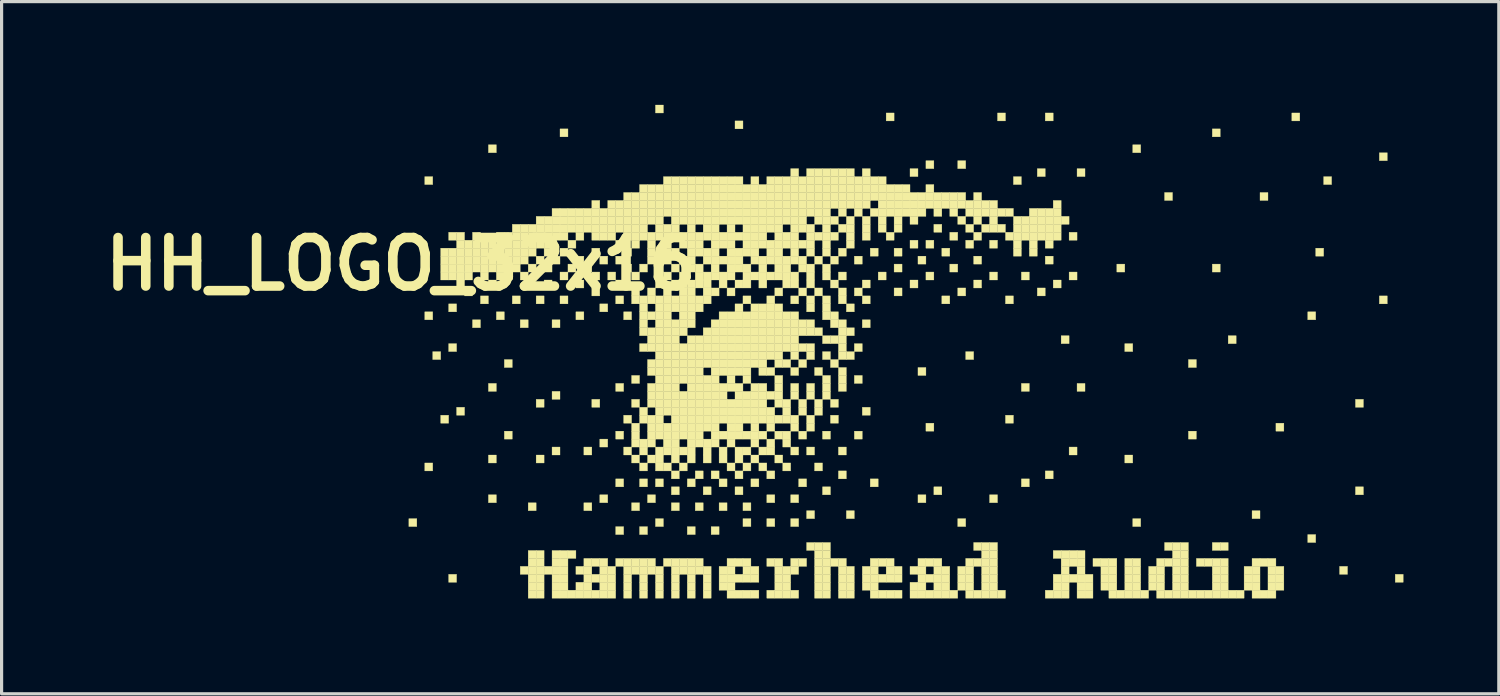
<source format=kicad_pcb>
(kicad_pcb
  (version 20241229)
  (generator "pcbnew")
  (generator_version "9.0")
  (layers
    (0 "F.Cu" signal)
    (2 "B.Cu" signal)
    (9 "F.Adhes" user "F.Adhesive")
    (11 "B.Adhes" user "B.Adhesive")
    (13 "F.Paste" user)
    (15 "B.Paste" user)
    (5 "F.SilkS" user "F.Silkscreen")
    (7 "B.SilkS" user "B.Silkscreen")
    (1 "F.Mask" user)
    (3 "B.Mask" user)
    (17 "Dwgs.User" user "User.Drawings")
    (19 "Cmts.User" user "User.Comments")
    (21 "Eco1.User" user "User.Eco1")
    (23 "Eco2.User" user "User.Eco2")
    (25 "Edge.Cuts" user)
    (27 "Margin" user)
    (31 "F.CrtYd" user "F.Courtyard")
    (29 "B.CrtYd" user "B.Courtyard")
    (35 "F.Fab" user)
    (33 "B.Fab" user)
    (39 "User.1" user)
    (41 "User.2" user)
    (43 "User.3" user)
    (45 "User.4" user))
  (footprint "HH_LOGO_32x16"
    (layer "F.Cu")
    (at 9.55 0.25)
    (property "Reference" "HH_LOGO_32x16" (at 0 5 0) (layer "F.SilkS") (effects (font (size 1.524 1.524) (thickness 0.3))))
    (attr through_hole)
    (fp_poly (pts (xy 0.25 13) (xy 0.5 13) (xy 0.5 13.25) (xy 0.25 13.25) (xy 0.25 13)) (stroke (width 0.01) (type solid)) (fill yes) (layer "F.SilkS"))
    (fp_poly (pts (xy 0.75 2.25) (xy 1 2.25) (xy 1 2.5) (xy 0.75 2.5) (xy 0.75 2.25)) (stroke (width 0.01) (type solid)) (fill yes) (layer "F.SilkS"))
    (fp_poly (pts (xy 0.75 6.5) (xy 1 6.5) (xy 1 6.75) (xy 0.75 6.75) (xy 0.75 6.5)) (stroke (width 0.01) (type solid)) (fill yes) (layer "F.SilkS"))
    (fp_poly (pts (xy 0.75 11.25) (xy 1 11.25) (xy 1 11.5) (xy 0.75 11.5) (xy 0.75 11.25)) (stroke (width 0.01) (type solid)) (fill yes) (layer "F.SilkS"))
    (fp_poly (pts (xy 1 7.75) (xy 1.25 7.75) (xy 1.25 8) (xy 1 8) (xy 1 7.75)) (stroke (width 0.01) (type solid)) (fill yes) (layer "F.SilkS"))
    (fp_poly (pts (xy 1.25 4.5) (xy 1.5 4.5) (xy 1.5 4.75) (xy 1.25 4.75) (xy 1.25 4.5)) (stroke (width 0.01) (type solid)) (fill yes) (layer "F.SilkS"))
    (fp_poly (pts (xy 1.25 4.75) (xy 1.5 4.75) (xy 1.5 5) (xy 1.25 5) (xy 1.25 4.75)) (stroke (width 0.01) (type solid)) (fill yes) (layer "F.SilkS"))
    (fp_poly (pts (xy 1.25 5) (xy 1.5 5) (xy 1.5 5.25) (xy 1.25 5.25) (xy 1.25 5)) (stroke (width 0.01) (type solid)) (fill yes) (layer "F.SilkS"))
    (fp_poly (pts (xy 1.25 5.25) (xy 1.5 5.25) (xy 1.5 5.5) (xy 1.25 5.5) (xy 1.25 5.25)) (stroke (width 0.01) (type solid)) (fill yes) (layer "F.SilkS"))
    (fp_poly (pts (xy 1.25 9.75) (xy 1.5 9.75) (xy 1.5 10) (xy 1.25 10) (xy 1.25 9.75)) (stroke (width 0.01) (type solid)) (fill yes) (layer "F.SilkS"))
    (fp_poly (pts (xy 1.5 4) (xy 1.75 4) (xy 1.75 4.25) (xy 1.5 4.25) (xy 1.5 4)) (stroke (width 0.01) (type solid)) (fill yes) (layer "F.SilkS"))
    (fp_poly (pts (xy 1.5 4.5) (xy 1.75 4.5) (xy 1.75 4.75) (xy 1.5 4.75) (xy 1.5 4.5)) (stroke (width 0.01) (type solid)) (fill yes) (layer "F.SilkS"))
    (fp_poly (pts (xy 1.5 4.75) (xy 1.75 4.75) (xy 1.75 5) (xy 1.5 5) (xy 1.5 4.75)) (stroke (width 0.01) (type solid)) (fill yes) (layer "F.SilkS"))
    (fp_poly (pts (xy 1.5 5) (xy 1.75 5) (xy 1.75 5.25) (xy 1.5 5.25) (xy 1.5 5)) (stroke (width 0.01) (type solid)) (fill yes) (layer "F.SilkS"))
    (fp_poly (pts (xy 1.5 5.25) (xy 1.75 5.25) (xy 1.75 5.5) (xy 1.5 5.5) (xy 1.5 5.25)) (stroke (width 0.01) (type solid)) (fill yes) (layer "F.SilkS"))
    (fp_poly (pts (xy 1.5 6.25) (xy 1.75 6.25) (xy 1.75 6.5) (xy 1.5 6.5) (xy 1.5 6.25)) (stroke (width 0.01) (type solid)) (fill yes) (layer "F.SilkS"))
    (fp_poly (pts (xy 1.5 7.5) (xy 1.75 7.5) (xy 1.75 7.75) (xy 1.5 7.75) (xy 1.5 7.5)) (stroke (width 0.01) (type solid)) (fill yes) (layer "F.SilkS"))
    (fp_poly (pts (xy 1.5 14.75) (xy 1.75 14.75) (xy 1.75 15) (xy 1.5 15) (xy 1.5 14.75)) (stroke (width 0.01) (type solid)) (fill yes) (layer "F.SilkS"))
    (fp_poly (pts (xy 1.75 4) (xy 2 4) (xy 2 4.25) (xy 1.75 4.25) (xy 1.75 4)) (stroke (width 0.01) (type solid)) (fill yes) (layer "F.SilkS"))
    (fp_poly (pts (xy 1.75 4.25) (xy 2 4.25) (xy 2 4.5) (xy 1.75 4.5) (xy 1.75 4.25)) (stroke (width 0.01) (type solid)) (fill yes) (layer "F.SilkS"))
    (fp_poly (pts (xy 1.75 4.5) (xy 2 4.5) (xy 2 4.75) (xy 1.75 4.75) (xy 1.75 4.5)) (stroke (width 0.01) (type solid)) (fill yes) (layer "F.SilkS"))
    (fp_poly (pts (xy 1.75 4.75) (xy 2 4.75) (xy 2 5) (xy 1.75 5) (xy 1.75 4.75)) (stroke (width 0.01) (type solid)) (fill yes) (layer "F.SilkS"))
    (fp_poly (pts (xy 1.75 5) (xy 2 5) (xy 2 5.25) (xy 1.75 5.25) (xy 1.75 5)) (stroke (width 0.01) (type solid)) (fill yes) (layer "F.SilkS"))
    (fp_poly (pts (xy 1.75 5.25) (xy 2 5.25) (xy 2 5.5) (xy 1.75 5.5) (xy 1.75 5.25)) (stroke (width 0.01) (type solid)) (fill yes) (layer "F.SilkS"))
    (fp_poly (pts (xy 1.75 5.5) (xy 2 5.5) (xy 2 5.75) (xy 1.75 5.75) (xy 1.75 5.5)) (stroke (width 0.01) (type solid)) (fill yes) (layer "F.SilkS"))
    (fp_poly (pts (xy 1.75 9.5) (xy 2 9.5) (xy 2 9.75) (xy 1.75 9.75) (xy 1.75 9.5)) (stroke (width 0.01) (type solid)) (fill yes) (layer "F.SilkS"))
    (fp_poly (pts (xy 2 4.25) (xy 2.25 4.25) (xy 2.25 4.5) (xy 2 4.5) (xy 2 4.25)) (stroke (width 0.01) (type solid)) (fill yes) (layer "F.SilkS"))
    (fp_poly (pts (xy 2 4.5) (xy 2.25 4.5) (xy 2.25 4.75) (xy 2 4.75) (xy 2 4.5)) (stroke (width 0.01) (type solid)) (fill yes) (layer "F.SilkS"))
    (fp_poly (pts (xy 2 4.75) (xy 2.25 4.75) (xy 2.25 5) (xy 2 5) (xy 2 4.75)) (stroke (width 0.01) (type solid)) (fill yes) (layer "F.SilkS"))
    (fp_poly (pts (xy 2 5) (xy 2.25 5) (xy 2.25 5.25) (xy 2 5.25) (xy 2 5)) (stroke (width 0.01) (type solid)) (fill yes) (layer "F.SilkS"))
    (fp_poly (pts (xy 2 5.25) (xy 2.25 5.25) (xy 2.25 5.5) (xy 2 5.5) (xy 2 5.25)) (stroke (width 0.01) (type solid)) (fill yes) (layer "F.SilkS"))
    (fp_poly (pts (xy 2 5.75) (xy 2.25 5.75) (xy 2.25 6) (xy 2 6) (xy 2 5.75)) (stroke (width 0.01) (type solid)) (fill yes) (layer "F.SilkS"))
    (fp_poly (pts (xy 2.25 4) (xy 2.5 4) (xy 2.5 4.25) (xy 2.25 4.25) (xy 2.25 4)) (stroke (width 0.01) (type solid)) (fill yes) (layer "F.SilkS"))
    (fp_poly (pts (xy 2.25 4.25) (xy 2.5 4.25) (xy 2.5 4.5) (xy 2.25 4.5) (xy 2.25 4.25)) (stroke (width 0.01) (type solid)) (fill yes) (layer "F.SilkS"))
    (fp_poly (pts (xy 2.25 4.5) (xy 2.5 4.5) (xy 2.5 4.75) (xy 2.25 4.75) (xy 2.25 4.5)) (stroke (width 0.01) (type solid)) (fill yes) (layer "F.SilkS"))
    (fp_poly (pts (xy 2.25 4.75) (xy 2.5 4.75) (xy 2.5 5) (xy 2.25 5) (xy 2.25 4.75)) (stroke (width 0.01) (type solid)) (fill yes) (layer "F.SilkS"))
    (fp_poly (pts (xy 2.25 5) (xy 2.5 5) (xy 2.5 5.25) (xy 2.25 5.25) (xy 2.25 5)) (stroke (width 0.01) (type solid)) (fill yes) (layer "F.SilkS"))
    (fp_poly (pts (xy 2.25 6.75) (xy 2.5 6.75) (xy 2.5 7) (xy 2.25 7) (xy 2.25 6.75)) (stroke (width 0.01) (type solid)) (fill yes) (layer "F.SilkS"))
    (fp_poly (pts (xy 2.5 4.25) (xy 2.75 4.25) (xy 2.75 4.5) (xy 2.5 4.5) (xy 2.5 4.25)) (stroke (width 0.01) (type solid)) (fill yes) (layer "F.SilkS"))
    (fp_poly (pts (xy 2.5 4.5) (xy 2.75 4.5) (xy 2.75 4.75) (xy 2.5 4.75) (xy 2.5 4.5)) (stroke (width 0.01) (type solid)) (fill yes) (layer "F.SilkS"))
    (fp_poly (pts (xy 2.5 4.75) (xy 2.75 4.75) (xy 2.75 5) (xy 2.5 5) (xy 2.5 4.75)) (stroke (width 0.01) (type solid)) (fill yes) (layer "F.SilkS"))
    (fp_poly (pts (xy 2.5 5) (xy 2.75 5) (xy 2.75 5.25) (xy 2.5 5.25) (xy 2.5 5)) (stroke (width 0.01) (type solid)) (fill yes) (layer "F.SilkS"))
    (fp_poly (pts (xy 2.5 5.25) (xy 2.75 5.25) (xy 2.75 5.5) (xy 2.5 5.5) (xy 2.5 5.25)) (stroke (width 0.01) (type solid)) (fill yes) (layer "F.SilkS"))
    (fp_poly (pts (xy 2.5 6) (xy 2.75 6) (xy 2.75 6.25) (xy 2.5 6.25) (xy 2.5 6)) (stroke (width 0.01) (type solid)) (fill yes) (layer "F.SilkS"))
    (fp_poly (pts (xy 2.75 1.25) (xy 3 1.25) (xy 3 1.5) (xy 2.75 1.5) (xy 2.75 1.25)) (stroke (width 0.01) (type solid)) (fill yes) (layer "F.SilkS"))
    (fp_poly (pts (xy 2.75 4.25) (xy 3 4.25) (xy 3 4.5) (xy 2.75 4.5) (xy 2.75 4.25)) (stroke (width 0.01) (type solid)) (fill yes) (layer "F.SilkS"))
    (fp_poly (pts (xy 2.75 4.5) (xy 3 4.5) (xy 3 4.75) (xy 2.75 4.75) (xy 2.75 4.5)) (stroke (width 0.01) (type solid)) (fill yes) (layer "F.SilkS"))
    (fp_poly (pts (xy 2.75 4.75) (xy 3 4.75) (xy 3 5) (xy 2.75 5) (xy 2.75 4.75)) (stroke (width 0.01) (type solid)) (fill yes) (layer "F.SilkS"))
    (fp_poly (pts (xy 2.75 5) (xy 3 5) (xy 3 5.25) (xy 2.75 5.25) (xy 2.75 5)) (stroke (width 0.01) (type solid)) (fill yes) (layer "F.SilkS"))
    (fp_poly (pts (xy 2.75 5.5) (xy 3 5.5) (xy 3 5.75) (xy 2.75 5.75) (xy 2.75 5.5)) (stroke (width 0.01) (type solid)) (fill yes) (layer "F.SilkS"))
    (fp_poly (pts (xy 2.75 8.75) (xy 3 8.75) (xy 3 9) (xy 2.75 9) (xy 2.75 8.75)) (stroke (width 0.01) (type solid)) (fill yes) (layer "F.SilkS"))
    (fp_poly (pts (xy 2.75 11) (xy 3 11) (xy 3 11.25) (xy 2.75 11.25) (xy 2.75 11)) (stroke (width 0.01) (type solid)) (fill yes) (layer "F.SilkS"))
    (fp_poly (pts (xy 2.75 12.25) (xy 3 12.25) (xy 3 12.5) (xy 2.75 12.5) (xy 2.75 12.25)) (stroke (width 0.01) (type solid)) (fill yes) (layer "F.SilkS"))
    (fp_poly (pts (xy 3 4) (xy 3.25 4) (xy 3.25 4.25) (xy 3 4.25) (xy 3 4)) (stroke (width 0.01) (type solid)) (fill yes) (layer "F.SilkS"))
    (fp_poly (pts (xy 3 4.25) (xy 3.25 4.25) (xy 3.25 4.5) (xy 3 4.5) (xy 3 4.25)) (stroke (width 0.01) (type solid)) (fill yes) (layer "F.SilkS"))
    (fp_poly (pts (xy 3 4.5) (xy 3.25 4.5) (xy 3.25 4.75) (xy 3 4.75) (xy 3 4.5)) (stroke (width 0.01) (type solid)) (fill yes) (layer "F.SilkS"))
    (fp_poly (pts (xy 3 4.75) (xy 3.25 4.75) (xy 3.25 5) (xy 3 5) (xy 3 4.75)) (stroke (width 0.01) (type solid)) (fill yes) (layer "F.SilkS"))
    (fp_poly (pts (xy 3 5) (xy 3.25 5) (xy 3.25 5.25) (xy 3 5.25) (xy 3 5)) (stroke (width 0.01) (type solid)) (fill yes) (layer "F.SilkS"))
    (fp_poly (pts (xy 3 5.25) (xy 3.25 5.25) (xy 3.25 5.5) (xy 3 5.5) (xy 3 5.25)) (stroke (width 0.01) (type solid)) (fill yes) (layer "F.SilkS"))
    (fp_poly (pts (xy 3 6.5) (xy 3.25 6.5) (xy 3.25 6.75) (xy 3 6.75) (xy 3 6.5)) (stroke (width 0.01) (type solid)) (fill yes) (layer "F.SilkS"))
    (fp_poly (pts (xy 3.25 4) (xy 3.5 4) (xy 3.5 4.25) (xy 3.25 4.25) (xy 3.25 4)) (stroke (width 0.01) (type solid)) (fill yes) (layer "F.SilkS"))
    (fp_poly (pts (xy 3.25 4.25) (xy 3.5 4.25) (xy 3.5 4.5) (xy 3.25 4.5) (xy 3.25 4.25)) (stroke (width 0.01) (type solid)) (fill yes) (layer "F.SilkS"))
    (fp_poly (pts (xy 3.25 4.5) (xy 3.5 4.5) (xy 3.5 4.75) (xy 3.25 4.75) (xy 3.25 4.5)) (stroke (width 0.01) (type solid)) (fill yes) (layer "F.SilkS"))
    (fp_poly (pts (xy 3.25 4.75) (xy 3.5 4.75) (xy 3.5 5) (xy 3.25 5) (xy 3.25 4.75)) (stroke (width 0.01) (type solid)) (fill yes) (layer "F.SilkS"))
    (fp_poly (pts (xy 3.25 5) (xy 3.5 5) (xy 3.5 5.25) (xy 3.25 5.25) (xy 3.25 5)) (stroke (width 0.01) (type solid)) (fill yes) (layer "F.SilkS"))
    (fp_poly (pts (xy 3.25 5.25) (xy 3.5 5.25) (xy 3.5 5.5) (xy 3.25 5.5) (xy 3.25 5.25)) (stroke (width 0.01) (type solid)) (fill yes) (layer "F.SilkS"))
    (fp_poly (pts (xy 3.25 8) (xy 3.5 8) (xy 3.5 8.25) (xy 3.25 8.25) (xy 3.25 8)) (stroke (width 0.01) (type solid)) (fill yes) (layer "F.SilkS"))
    (fp_poly (pts (xy 3.25 10.25) (xy 3.5 10.25) (xy 3.5 10.5) (xy 3.25 10.5) (xy 3.25 10.25)) (stroke (width 0.01) (type solid)) (fill yes) (layer "F.SilkS"))
    (fp_poly (pts (xy 3.5 3.75) (xy 3.75 3.75) (xy 3.75 4) (xy 3.5 4) (xy 3.5 3.75)) (stroke (width 0.01) (type solid)) (fill yes) (layer "F.SilkS"))
    (fp_poly (pts (xy 3.5 4) (xy 3.75 4) (xy 3.75 4.25) (xy 3.5 4.25) (xy 3.5 4)) (stroke (width 0.01) (type solid)) (fill yes) (layer "F.SilkS"))
    (fp_poly (pts (xy 3.5 4.25) (xy 3.75 4.25) (xy 3.75 4.5) (xy 3.5 4.5) (xy 3.5 4.25)) (stroke (width 0.01) (type solid)) (fill yes) (layer "F.SilkS"))
    (fp_poly (pts (xy 3.5 4.5) (xy 3.75 4.5) (xy 3.75 4.75) (xy 3.5 4.75) (xy 3.5 4.5)) (stroke (width 0.01) (type solid)) (fill yes) (layer "F.SilkS"))
    (fp_poly (pts (xy 3.5 4.75) (xy 3.75 4.75) (xy 3.75 5) (xy 3.5 5) (xy 3.5 4.75)) (stroke (width 0.01) (type solid)) (fill yes) (layer "F.SilkS"))
    (fp_poly (pts (xy 3.5 5) (xy 3.75 5) (xy 3.75 5.25) (xy 3.5 5.25) (xy 3.5 5)) (stroke (width 0.01) (type solid)) (fill yes) (layer "F.SilkS"))
    (fp_poly (pts (xy 3.5 6) (xy 3.75 6) (xy 3.75 6.25) (xy 3.5 6.25) (xy 3.5 6)) (stroke (width 0.01) (type solid)) (fill yes) (layer "F.SilkS"))
    (fp_poly (pts (xy 3.75 3.75) (xy 4 3.75) (xy 4 4) (xy 3.75 4) (xy 3.75 3.75)) (stroke (width 0.01) (type solid)) (fill yes) (layer "F.SilkS"))
    (fp_poly (pts (xy 3.75 4) (xy 4 4) (xy 4 4.25) (xy 3.75 4.25) (xy 3.75 4)) (stroke (width 0.01) (type solid)) (fill yes) (layer "F.SilkS"))
    (fp_poly (pts (xy 3.75 4.25) (xy 4 4.25) (xy 4 4.5) (xy 3.75 4.5) (xy 3.75 4.25)) (stroke (width 0.01) (type solid)) (fill yes) (layer "F.SilkS"))
    (fp_poly (pts (xy 3.75 4.5) (xy 4 4.5) (xy 4 4.75) (xy 3.75 4.75) (xy 3.75 4.5)) (stroke (width 0.01) (type solid)) (fill yes) (layer "F.SilkS"))
    (fp_poly (pts (xy 3.75 4.75) (xy 4 4.75) (xy 4 5) (xy 3.75 5) (xy 3.75 4.75)) (stroke (width 0.01) (type solid)) (fill yes) (layer "F.SilkS"))
    (fp_poly (pts (xy 3.75 5.25) (xy 4 5.25) (xy 4 5.5) (xy 3.75 5.5) (xy 3.75 5.25)) (stroke (width 0.01) (type solid)) (fill yes) (layer "F.SilkS"))
    (fp_poly (pts (xy 3.75 6.75) (xy 4 6.75) (xy 4 7) (xy 3.75 7) (xy 3.75 6.75)) (stroke (width 0.01) (type solid)) (fill yes) (layer "F.SilkS"))
    (fp_poly (pts (xy 3.75 14.5) (xy 4 14.5) (xy 4 14.75) (xy 3.75 14.75) (xy 3.75 14.5)) (stroke (width 0.01) (type solid)) (fill yes) (layer "F.SilkS"))
    (fp_poly (pts (xy 4 3.75) (xy 4.25 3.75) (xy 4.25 4) (xy 4 4) (xy 4 3.75)) (stroke (width 0.01) (type solid)) (fill yes) (layer "F.SilkS"))
    (fp_poly (pts (xy 4 4) (xy 4.25 4) (xy 4.25 4.25) (xy 4 4.25) (xy 4 4)) (stroke (width 0.01) (type solid)) (fill yes) (layer "F.SilkS"))
    (fp_poly (pts (xy 4 4.25) (xy 4.25 4.25) (xy 4.25 4.5) (xy 4 4.5) (xy 4 4.25)) (stroke (width 0.01) (type solid)) (fill yes) (layer "F.SilkS"))
    (fp_poly (pts (xy 4 4.5) (xy 4.25 4.5) (xy 4.25 4.75) (xy 4 4.75) (xy 4 4.5)) (stroke (width 0.01) (type solid)) (fill yes) (layer "F.SilkS"))
    (fp_poly (pts (xy 4 5) (xy 4.25 5) (xy 4.25 5.25) (xy 4 5.25) (xy 4 5)) (stroke (width 0.01) (type solid)) (fill yes) (layer "F.SilkS"))
    (fp_poly (pts (xy 4 12.5) (xy 4.25 12.5) (xy 4.25 12.75) (xy 4 12.75) (xy 4 12.5)) (stroke (width 0.01) (type solid)) (fill yes) (layer "F.SilkS"))
    (fp_poly (pts (xy 4 14) (xy 4.25 14) (xy 4.25 14.25) (xy 4 14.25) (xy 4 14)) (stroke (width 0.01) (type solid)) (fill yes) (layer "F.SilkS"))
    (fp_poly (pts (xy 4 14.25) (xy 4.25 14.25) (xy 4.25 14.5) (xy 4 14.5) (xy 4 14.25)) (stroke (width 0.01) (type solid)) (fill yes) (layer "F.SilkS"))
    (fp_poly (pts (xy 4 14.5) (xy 4.25 14.5) (xy 4.25 14.75) (xy 4 14.75) (xy 4 14.5)) (stroke (width 0.01) (type solid)) (fill yes) (layer "F.SilkS"))
    (fp_poly (pts (xy 4 14.75) (xy 4.25 14.75) (xy 4.25 15) (xy 4 15) (xy 4 14.75)) (stroke (width 0.01) (type solid)) (fill yes) (layer "F.SilkS"))
    (fp_poly (pts (xy 4 15) (xy 4.25 15) (xy 4.25 15.25) (xy 4 15.25) (xy 4 15)) (stroke (width 0.01) (type solid)) (fill yes) (layer "F.SilkS"))
    (fp_poly (pts (xy 4 15.25) (xy 4.25 15.25) (xy 4.25 15.5) (xy 4 15.5) (xy 4 15.25)) (stroke (width 0.01) (type solid)) (fill yes) (layer "F.SilkS"))
    (fp_poly (pts (xy 4.25 3.5) (xy 4.5 3.5) (xy 4.5 3.75) (xy 4.25 3.75) (xy 4.25 3.5)) (stroke (width 0.01) (type solid)) (fill yes) (layer "F.SilkS"))
    (fp_poly (pts (xy 4.25 3.75) (xy 4.5 3.75) (xy 4.5 4) (xy 4.25 4) (xy 4.25 3.75)) (stroke (width 0.01) (type solid)) (fill yes) (layer "F.SilkS"))
    (fp_poly (pts (xy 4.25 4) (xy 4.5 4) (xy 4.5 4.25) (xy 4.25 4.25) (xy 4.25 4)) (stroke (width 0.01) (type solid)) (fill yes) (layer "F.SilkS"))
    (fp_poly (pts (xy 4.25 4.25) (xy 4.5 4.25) (xy 4.5 4.5) (xy 4.25 4.5) (xy 4.25 4.25)) (stroke (width 0.01) (type solid)) (fill yes) (layer "F.SilkS"))
    (fp_poly (pts (xy 4.25 4.75) (xy 4.5 4.75) (xy 4.5 5) (xy 4.25 5) (xy 4.25 4.75)) (stroke (width 0.01) (type solid)) (fill yes) (layer "F.SilkS"))
    (fp_poly (pts (xy 4.25 6) (xy 4.5 6) (xy 4.5 6.25) (xy 4.25 6.25) (xy 4.25 6)) (stroke (width 0.01) (type solid)) (fill yes) (layer "F.SilkS"))
    (fp_poly (pts (xy 4.25 9.25) (xy 4.5 9.25) (xy 4.5 9.5) (xy 4.25 9.5) (xy 4.25 9.25)) (stroke (width 0.01) (type solid)) (fill yes) (layer "F.SilkS"))
    (fp_poly (pts (xy 4.25 11) (xy 4.5 11) (xy 4.5 11.25) (xy 4.25 11.25) (xy 4.25 11)) (stroke (width 0.01) (type solid)) (fill yes) (layer "F.SilkS"))
    (fp_poly (pts (xy 4.25 14) (xy 4.5 14) (xy 4.5 14.25) (xy 4.25 14.25) (xy 4.25 14)) (stroke (width 0.01) (type solid)) (fill yes) (layer "F.SilkS"))
    (fp_poly (pts (xy 4.25 14.25) (xy 4.5 14.25) (xy 4.5 14.5) (xy 4.25 14.5) (xy 4.25 14.25)) (stroke (width 0.01) (type solid)) (fill yes) (layer "F.SilkS"))
    (fp_poly (pts (xy 4.25 14.5) (xy 4.5 14.5) (xy 4.5 14.75) (xy 4.25 14.75) (xy 4.25 14.5)) (stroke (width 0.01) (type solid)) (fill yes) (layer "F.SilkS"))
    (fp_poly (pts (xy 4.25 14.75) (xy 4.5 14.75) (xy 4.5 15) (xy 4.25 15) (xy 4.25 14.75)) (stroke (width 0.01) (type solid)) (fill yes) (layer "F.SilkS"))
    (fp_poly (pts (xy 4.25 15) (xy 4.5 15) (xy 4.5 15.25) (xy 4.25 15.25) (xy 4.25 15)) (stroke (width 0.01) (type solid)) (fill yes) (layer "F.SilkS"))
    (fp_poly (pts (xy 4.25 15.25) (xy 4.5 15.25) (xy 4.5 15.5) (xy 4.25 15.5) (xy 4.25 15.25)) (stroke (width 0.01) (type solid)) (fill yes) (layer "F.SilkS"))
    (fp_poly (pts (xy 4.5 3.5) (xy 4.75 3.5) (xy 4.75 3.75) (xy 4.5 3.75) (xy 4.5 3.5)) (stroke (width 0.01) (type solid)) (fill yes) (layer "F.SilkS"))
    (fp_poly (pts (xy 4.5 3.75) (xy 4.75 3.75) (xy 4.75 4) (xy 4.5 4) (xy 4.5 3.75)) (stroke (width 0.01) (type solid)) (fill yes) (layer "F.SilkS"))
    (fp_poly (pts (xy 4.5 4) (xy 4.75 4) (xy 4.75 4.25) (xy 4.5 4.25) (xy 4.5 4)) (stroke (width 0.01) (type solid)) (fill yes) (layer "F.SilkS"))
    (fp_poly (pts (xy 4.5 4.25) (xy 4.75 4.25) (xy 4.75 4.5) (xy 4.5 4.5) (xy 4.5 4.25)) (stroke (width 0.01) (type solid)) (fill yes) (layer "F.SilkS"))
    (fp_poly (pts (xy 4.5 4.5) (xy 4.75 4.5) (xy 4.75 4.75) (xy 4.5 4.75) (xy 4.5 4.5)) (stroke (width 0.01) (type solid)) (fill yes) (layer "F.SilkS"))
    (fp_poly (pts (xy 4.5 5) (xy 4.75 5) (xy 4.75 5.25) (xy 4.5 5.25) (xy 4.5 5)) (stroke (width 0.01) (type solid)) (fill yes) (layer "F.SilkS"))
    (fp_poly (pts (xy 4.5 5.5) (xy 4.75 5.5) (xy 4.75 5.75) (xy 4.5 5.75) (xy 4.5 5.5)) (stroke (width 0.01) (type solid)) (fill yes) (layer "F.SilkS"))
    (fp_poly (pts (xy 4.5 14.5) (xy 4.75 14.5) (xy 4.75 14.75) (xy 4.5 14.75) (xy 4.5 14.5)) (stroke (width 0.01) (type solid)) (fill yes) (layer "F.SilkS"))
    (fp_poly (pts (xy 4.75 3.25) (xy 5 3.25) (xy 5 3.5) (xy 4.75 3.5) (xy 4.75 3.25)) (stroke (width 0.01) (type solid)) (fill yes) (layer "F.SilkS"))
    (fp_poly (pts (xy 4.75 3.5) (xy 5 3.5) (xy 5 3.75) (xy 4.75 3.75) (xy 4.75 3.5)) (stroke (width 0.01) (type solid)) (fill yes) (layer "F.SilkS"))
    (fp_poly (pts (xy 4.75 3.75) (xy 5 3.75) (xy 5 4) (xy 4.75 4) (xy 4.75 3.75)) (stroke (width 0.01) (type solid)) (fill yes) (layer "F.SilkS"))
    (fp_poly (pts (xy 4.75 4) (xy 5 4) (xy 5 4.25) (xy 4.75 4.25) (xy 4.75 4)) (stroke (width 0.01) (type solid)) (fill yes) (layer "F.SilkS"))
    (fp_poly (pts (xy 4.75 4.75) (xy 5 4.75) (xy 5 5) (xy 4.75 5) (xy 4.75 4.75)) (stroke (width 0.01) (type solid)) (fill yes) (layer "F.SilkS"))
    (fp_poly (pts (xy 4.75 6.75) (xy 5 6.75) (xy 5 7) (xy 4.75 7) (xy 4.75 6.75)) (stroke (width 0.01) (type solid)) (fill yes) (layer "F.SilkS"))
    (fp_poly (pts (xy 4.75 9) (xy 5 9) (xy 5 9.25) (xy 4.75 9.25) (xy 4.75 9)) (stroke (width 0.01) (type solid)) (fill yes) (layer "F.SilkS"))
    (fp_poly (pts (xy 4.75 10.75) (xy 5 10.75) (xy 5 11) (xy 4.75 11) (xy 4.75 10.75)) (stroke (width 0.01) (type solid)) (fill yes) (layer "F.SilkS"))
    (fp_poly (pts (xy 4.75 14) (xy 5 14) (xy 5 14.25) (xy 4.75 14.25) (xy 4.75 14)) (stroke (width 0.01) (type solid)) (fill yes) (layer "F.SilkS"))
    (fp_poly (pts (xy 4.75 14.25) (xy 5 14.25) (xy 5 14.5) (xy 4.75 14.5) (xy 4.75 14.25)) (stroke (width 0.01) (type solid)) (fill yes) (layer "F.SilkS"))
    (fp_poly (pts (xy 4.75 14.5) (xy 5 14.5) (xy 5 14.75) (xy 4.75 14.75) (xy 4.75 14.5)) (stroke (width 0.01) (type solid)) (fill yes) (layer "F.SilkS"))
    (fp_poly (pts (xy 4.75 14.75) (xy 5 14.75) (xy 5 15) (xy 4.75 15) (xy 4.75 14.75)) (stroke (width 0.01) (type solid)) (fill yes) (layer "F.SilkS"))
    (fp_poly (pts (xy 4.75 15) (xy 5 15) (xy 5 15.25) (xy 4.75 15.25) (xy 4.75 15)) (stroke (width 0.01) (type solid)) (fill yes) (layer "F.SilkS"))
    (fp_poly (pts (xy 4.75 15.25) (xy 5 15.25) (xy 5 15.5) (xy 4.75 15.5) (xy 4.75 15.25)) (stroke (width 0.01) (type solid)) (fill yes) (layer "F.SilkS"))
    (fp_poly (pts (xy 5 0.75) (xy 5.25 0.75) (xy 5.25 1) (xy 5 1) (xy 5 0.75)) (stroke (width 0.01) (type solid)) (fill yes) (layer "F.SilkS"))
    (fp_poly (pts (xy 5 3.25) (xy 5.25 3.25) (xy 5.25 3.5) (xy 5 3.5) (xy 5 3.25)) (stroke (width 0.01) (type solid)) (fill yes) (layer "F.SilkS"))
    (fp_poly (pts (xy 5 3.5) (xy 5.25 3.5) (xy 5.25 3.75) (xy 5 3.75) (xy 5 3.5)) (stroke (width 0.01) (type solid)) (fill yes) (layer "F.SilkS"))
    (fp_poly (pts (xy 5 3.75) (xy 5.25 3.75) (xy 5.25 4) (xy 5 4) (xy 5 3.75)) (stroke (width 0.01) (type solid)) (fill yes) (layer "F.SilkS"))
    (fp_poly (pts (xy 5 4) (xy 5.25 4) (xy 5.25 4.25) (xy 5 4.25) (xy 5 4)) (stroke (width 0.01) (type solid)) (fill yes) (layer "F.SilkS"))
    (fp_poly (pts (xy 5 4.5) (xy 5.25 4.5) (xy 5.25 4.75) (xy 5 4.75) (xy 5 4.5)) (stroke (width 0.01) (type solid)) (fill yes) (layer "F.SilkS"))
    (fp_poly (pts (xy 5 5.25) (xy 5.25 5.25) (xy 5.25 5.5) (xy 5 5.5) (xy 5 5.25)) (stroke (width 0.01) (type solid)) (fill yes) (layer "F.SilkS"))
    (fp_poly (pts (xy 5 6) (xy 5.25 6) (xy 5.25 6.25) (xy 5 6.25) (xy 5 6)) (stroke (width 0.01) (type solid)) (fill yes) (layer "F.SilkS"))
    (fp_poly (pts (xy 5 14) (xy 5.25 14) (xy 5.25 14.25) (xy 5 14.25) (xy 5 14)) (stroke (width 0.01) (type solid)) (fill yes) (layer "F.SilkS"))
    (fp_poly (pts (xy 5 14.25) (xy 5.25 14.25) (xy 5.25 14.5) (xy 5 14.5) (xy 5 14.25)) (stroke (width 0.01) (type solid)) (fill yes) (layer "F.SilkS"))
    (fp_poly (pts (xy 5 14.5) (xy 5.25 14.5) (xy 5.25 14.75) (xy 5 14.75) (xy 5 14.5)) (stroke (width 0.01) (type solid)) (fill yes) (layer "F.SilkS"))
    (fp_poly (pts (xy 5 14.75) (xy 5.25 14.75) (xy 5.25 15) (xy 5 15) (xy 5 14.75)) (stroke (width 0.01) (type solid)) (fill yes) (layer "F.SilkS"))
    (fp_poly (pts (xy 5 15) (xy 5.25 15) (xy 5.25 15.25) (xy 5 15.25) (xy 5 15)) (stroke (width 0.01) (type solid)) (fill yes) (layer "F.SilkS"))
    (fp_poly (pts (xy 5 15.25) (xy 5.25 15.25) (xy 5.25 15.5) (xy 5 15.5) (xy 5 15.25)) (stroke (width 0.01) (type solid)) (fill yes) (layer "F.SilkS"))
    (fp_poly (pts (xy 5.25 3.25) (xy 5.5 3.25) (xy 5.5 3.5) (xy 5.25 3.5) (xy 5.25 3.25)) (stroke (width 0.01) (type solid)) (fill yes) (layer "F.SilkS"))
    (fp_poly (pts (xy 5.25 3.5) (xy 5.5 3.5) (xy 5.5 3.75) (xy 5.25 3.75) (xy 5.25 3.5)) (stroke (width 0.01) (type solid)) (fill yes) (layer "F.SilkS"))
    (fp_poly (pts (xy 5.25 3.75) (xy 5.5 3.75) (xy 5.5 4) (xy 5.25 4) (xy 5.25 3.75)) (stroke (width 0.01) (type solid)) (fill yes) (layer "F.SilkS"))
    (fp_poly (pts (xy 5.25 4.25) (xy 5.5 4.25) (xy 5.5 4.5) (xy 5.25 4.5) (xy 5.25 4.25)) (stroke (width 0.01) (type solid)) (fill yes) (layer "F.SilkS"))
    (fp_poly (pts (xy 5.25 5) (xy 5.5 5) (xy 5.5 5.25) (xy 5.25 5.25) (xy 5.25 5)) (stroke (width 0.01) (type solid)) (fill yes) (layer "F.SilkS"))
    (fp_poly (pts (xy 5.25 14) (xy 5.5 14) (xy 5.5 14.25) (xy 5.25 14.25) (xy 5.25 14)) (stroke (width 0.01) (type solid)) (fill yes) (layer "F.SilkS"))
    (fp_poly (pts (xy 5.25 15.25) (xy 5.5 15.25) (xy 5.5 15.5) (xy 5.25 15.5) (xy 5.25 15.25)) (stroke (width 0.01) (type solid)) (fill yes) (layer "F.SilkS"))
    (fp_poly (pts (xy 5.5 3.25) (xy 5.75 3.25) (xy 5.75 3.5) (xy 5.5 3.5) (xy 5.5 3.25)) (stroke (width 0.01) (type solid)) (fill yes) (layer "F.SilkS"))
    (fp_poly (pts (xy 5.5 3.5) (xy 5.75 3.5) (xy 5.75 3.75) (xy 5.5 3.75) (xy 5.5 3.5)) (stroke (width 0.01) (type solid)) (fill yes) (layer "F.SilkS"))
    (fp_poly (pts (xy 5.5 3.75) (xy 5.75 3.75) (xy 5.75 4) (xy 5.5 4) (xy 5.5 3.75)) (stroke (width 0.01) (type solid)) (fill yes) (layer "F.SilkS"))
    (fp_poly (pts (xy 5.5 4) (xy 5.75 4) (xy 5.75 4.25) (xy 5.5 4.25) (xy 5.5 4)) (stroke (width 0.01) (type solid)) (fill yes) (layer "F.SilkS"))
    (fp_poly (pts (xy 5.5 4.75) (xy 5.75 4.75) (xy 5.75 5) (xy 5.5 5) (xy 5.5 4.75)) (stroke (width 0.01) (type solid)) (fill yes) (layer "F.SilkS"))
    (fp_poly (pts (xy 5.5 5.5) (xy 5.75 5.5) (xy 5.75 5.75) (xy 5.5 5.75) (xy 5.5 5.5)) (stroke (width 0.01) (type solid)) (fill yes) (layer "F.SilkS"))
    (fp_poly (pts (xy 5.5 6.5) (xy 5.75 6.5) (xy 5.75 6.75) (xy 5.5 6.75) (xy 5.5 6.5)) (stroke (width 0.01) (type solid)) (fill yes) (layer "F.SilkS"))
    (fp_poly (pts (xy 5.5 14.5) (xy 5.75 14.5) (xy 5.75 14.75) (xy 5.5 14.75) (xy 5.5 14.5)) (stroke (width 0.01) (type solid)) (fill yes) (layer "F.SilkS"))
    (fp_poly (pts (xy 5.5 15) (xy 5.75 15) (xy 5.75 15.25) (xy 5.5 15.25) (xy 5.5 15)) (stroke (width 0.01) (type solid)) (fill yes) (layer "F.SilkS"))
    (fp_poly (pts (xy 5.5 15.25) (xy 5.75 15.25) (xy 5.75 15.5) (xy 5.5 15.5) (xy 5.5 15.25)) (stroke (width 0.01) (type solid)) (fill yes) (layer "F.SilkS"))
    (fp_poly (pts (xy 5.75 3.25) (xy 6 3.25) (xy 6 3.5) (xy 5.75 3.5) (xy 5.75 3.25)) (stroke (width 0.01) (type solid)) (fill yes) (layer "F.SilkS"))
    (fp_poly (pts (xy 5.75 3.5) (xy 6 3.5) (xy 6 3.75) (xy 5.75 3.75) (xy 5.75 3.5)) (stroke (width 0.01) (type solid)) (fill yes) (layer "F.SilkS"))
    (fp_poly (pts (xy 5.75 3.75) (xy 6 3.75) (xy 6 4) (xy 5.75 4) (xy 5.75 3.75)) (stroke (width 0.01) (type solid)) (fill yes) (layer "F.SilkS"))
    (fp_poly (pts (xy 5.75 5) (xy 6 5) (xy 6 5.25) (xy 5.75 5.25) (xy 5.75 5)) (stroke (width 0.01) (type solid)) (fill yes) (layer "F.SilkS"))
    (fp_poly (pts (xy 5.75 10.75) (xy 6 10.75) (xy 6 11) (xy 5.75 11) (xy 5.75 10.75)) (stroke (width 0.01) (type solid)) (fill yes) (layer "F.SilkS"))
    (fp_poly (pts (xy 5.75 12.5) (xy 6 12.5) (xy 6 12.75) (xy 5.75 12.75) (xy 5.75 12.5)) (stroke (width 0.01) (type solid)) (fill yes) (layer "F.SilkS"))
    (fp_poly (pts (xy 5.75 14.25) (xy 6 14.25) (xy 6 14.5) (xy 5.75 14.5) (xy 5.75 14.25)) (stroke (width 0.01) (type solid)) (fill yes) (layer "F.SilkS"))
    (fp_poly (pts (xy 5.75 14.5) (xy 6 14.5) (xy 6 14.75) (xy 5.75 14.75) (xy 5.75 14.5)) (stroke (width 0.01) (type solid)) (fill yes) (layer "F.SilkS"))
    (fp_poly (pts (xy 5.75 14.75) (xy 6 14.75) (xy 6 15) (xy 5.75 15) (xy 5.75 14.75)) (stroke (width 0.01) (type solid)) (fill yes) (layer "F.SilkS"))
    (fp_poly (pts (xy 5.75 15) (xy 6 15) (xy 6 15.25) (xy 5.75 15.25) (xy 5.75 15)) (stroke (width 0.01) (type solid)) (fill yes) (layer "F.SilkS"))
    (fp_poly (pts (xy 5.75 15.25) (xy 6 15.25) (xy 6 15.5) (xy 5.75 15.5) (xy 5.75 15.25)) (stroke (width 0.01) (type solid)) (fill yes) (layer "F.SilkS"))
    (fp_poly (pts (xy 6 3) (xy 6.25 3) (xy 6.25 3.25) (xy 6 3.25) (xy 6 3)) (stroke (width 0.01) (type solid)) (fill yes) (layer "F.SilkS"))
    (fp_poly (pts (xy 6 3.25) (xy 6.25 3.25) (xy 6.25 3.5) (xy 6 3.5) (xy 6 3.25)) (stroke (width 0.01) (type solid)) (fill yes) (layer "F.SilkS"))
    (fp_poly (pts (xy 6 3.5) (xy 6.25 3.5) (xy 6.25 3.75) (xy 6 3.75) (xy 6 3.5)) (stroke (width 0.01) (type solid)) (fill yes) (layer "F.SilkS"))
    (fp_poly (pts (xy 6 3.75) (xy 6.25 3.75) (xy 6.25 4) (xy 6 4) (xy 6 3.75)) (stroke (width 0.01) (type solid)) (fill yes) (layer "F.SilkS"))
    (fp_poly (pts (xy 6 4) (xy 6.25 4) (xy 6.25 4.25) (xy 6 4.25) (xy 6 4)) (stroke (width 0.01) (type solid)) (fill yes) (layer "F.SilkS"))
    (fp_poly (pts (xy 6 4.5) (xy 6.25 4.5) (xy 6.25 4.75) (xy 6 4.75) (xy 6 4.5)) (stroke (width 0.01) (type solid)) (fill yes) (layer "F.SilkS"))
    (fp_poly (pts (xy 6 5.25) (xy 6.25 5.25) (xy 6.25 5.5) (xy 6 5.5) (xy 6 5.25)) (stroke (width 0.01) (type solid)) (fill yes) (layer "F.SilkS"))
    (fp_poly (pts (xy 6 5.75) (xy 6.25 5.75) (xy 6.25 6) (xy 6 6) (xy 6 5.75)) (stroke (width 0.01) (type solid)) (fill yes) (layer "F.SilkS"))
    (fp_poly (pts (xy 6 9.25) (xy 6.25 9.25) (xy 6.25 9.5) (xy 6 9.5) (xy 6 9.25)) (stroke (width 0.01) (type solid)) (fill yes) (layer "F.SilkS"))
    (fp_poly (pts (xy 6 14.25) (xy 6.25 14.25) (xy 6.25 14.5) (xy 6 14.5) (xy 6 14.25)) (stroke (width 0.01) (type solid)) (fill yes) (layer "F.SilkS"))
    (fp_poly (pts (xy 6 14.75) (xy 6.25 14.75) (xy 6.25 15) (xy 6 15) (xy 6 14.75)) (stroke (width 0.01) (type solid)) (fill yes) (layer "F.SilkS"))
    (fp_poly (pts (xy 6 15.25) (xy 6.25 15.25) (xy 6.25 15.5) (xy 6 15.5) (xy 6 15.25)) (stroke (width 0.01) (type solid)) (fill yes) (layer "F.SilkS"))
    (fp_poly (pts (xy 6.25 3.25) (xy 6.5 3.25) (xy 6.5 3.5) (xy 6.25 3.5) (xy 6.25 3.25)) (stroke (width 0.01) (type solid)) (fill yes) (layer "F.SilkS"))
    (fp_poly (pts (xy 6.25 3.5) (xy 6.5 3.5) (xy 6.5 3.75) (xy 6.25 3.75) (xy 6.25 3.5)) (stroke (width 0.01) (type solid)) (fill yes) (layer "F.SilkS"))
    (fp_poly (pts (xy 6.25 3.75) (xy 6.5 3.75) (xy 6.5 4) (xy 6.25 4) (xy 6.25 3.75)) (stroke (width 0.01) (type solid)) (fill yes) (layer "F.SilkS"))
    (fp_poly (pts (xy 6.25 4) (xy 6.5 4) (xy 6.5 4.25) (xy 6.25 4.25) (xy 6.25 4)) (stroke (width 0.01) (type solid)) (fill yes) (layer "F.SilkS"))
    (fp_poly (pts (xy 6.25 4.75) (xy 6.5 4.75) (xy 6.5 5) (xy 6.25 5) (xy 6.25 4.75)) (stroke (width 0.01) (type solid)) (fill yes) (layer "F.SilkS"))
    (fp_poly (pts (xy 6.25 6.25) (xy 6.5 6.25) (xy 6.5 6.5) (xy 6.25 6.5) (xy 6.25 6.25)) (stroke (width 0.01) (type solid)) (fill yes) (layer "F.SilkS"))
    (fp_poly (pts (xy 6.25 10.5) (xy 6.5 10.5) (xy 6.5 10.75) (xy 6.25 10.75) (xy 6.25 10.5)) (stroke (width 0.01) (type solid)) (fill yes) (layer "F.SilkS"))
    (fp_poly (pts (xy 6.25 12.25) (xy 6.5 12.25) (xy 6.5 12.5) (xy 6.25 12.5) (xy 6.25 12.25)) (stroke (width 0.01) (type solid)) (fill yes) (layer "F.SilkS"))
    (fp_poly (pts (xy 6.25 14.25) (xy 6.5 14.25) (xy 6.5 14.5) (xy 6.25 14.5) (xy 6.25 14.25)) (stroke (width 0.01) (type solid)) (fill yes) (layer "F.SilkS"))
    (fp_poly (pts (xy 6.25 14.5) (xy 6.5 14.5) (xy 6.5 14.75) (xy 6.25 14.75) (xy 6.25 14.5)) (stroke (width 0.01) (type solid)) (fill yes) (layer "F.SilkS"))
    (fp_poly (pts (xy 6.25 14.75) (xy 6.5 14.75) (xy 6.5 15) (xy 6.25 15) (xy 6.25 14.75)) (stroke (width 0.01) (type solid)) (fill yes) (layer "F.SilkS"))
    (fp_poly (pts (xy 6.25 15) (xy 6.5 15) (xy 6.5 15.25) (xy 6.25 15.25) (xy 6.25 15)) (stroke (width 0.01) (type solid)) (fill yes) (layer "F.SilkS"))
    (fp_poly (pts (xy 6.25 15.25) (xy 6.5 15.25) (xy 6.5 15.5) (xy 6.25 15.5) (xy 6.25 15.25)) (stroke (width 0.01) (type solid)) (fill yes) (layer "F.SilkS"))
    (fp_poly (pts (xy 6.5 3) (xy 6.75 3) (xy 6.75 3.25) (xy 6.5 3.25) (xy 6.5 3)) (stroke (width 0.01) (type solid)) (fill yes) (layer "F.SilkS"))
    (fp_poly (pts (xy 6.5 3.25) (xy 6.75 3.25) (xy 6.75 3.5) (xy 6.5 3.5) (xy 6.5 3.25)) (stroke (width 0.01) (type solid)) (fill yes) (layer "F.SilkS"))
    (fp_poly (pts (xy 6.5 3.5) (xy 6.75 3.5) (xy 6.75 3.75) (xy 6.5 3.75) (xy 6.5 3.5)) (stroke (width 0.01) (type solid)) (fill yes) (layer "F.SilkS"))
    (fp_poly (pts (xy 6.5 3.75) (xy 6.75 3.75) (xy 6.75 4) (xy 6.5 4) (xy 6.5 3.75)) (stroke (width 0.01) (type solid)) (fill yes) (layer "F.SilkS"))
    (fp_poly (pts (xy 6.5 4) (xy 6.75 4) (xy 6.75 4.25) (xy 6.5 4.25) (xy 6.5 4)) (stroke (width 0.01) (type solid)) (fill yes) (layer "F.SilkS"))
    (fp_poly (pts (xy 6.5 5.25) (xy 6.75 5.25) (xy 6.75 5.5) (xy 6.5 5.5) (xy 6.5 5.25)) (stroke (width 0.01) (type solid)) (fill yes) (layer "F.SilkS"))
    (fp_poly (pts (xy 6.5 14.5) (xy 6.75 14.5) (xy 6.75 14.75) (xy 6.5 14.75) (xy 6.5 14.5)) (stroke (width 0.01) (type solid)) (fill yes) (layer "F.SilkS"))
    (fp_poly (pts (xy 6.5 14.75) (xy 6.75 14.75) (xy 6.75 15) (xy 6.5 15) (xy 6.5 14.75)) (stroke (width 0.01) (type solid)) (fill yes) (layer "F.SilkS"))
    (fp_poly (pts (xy 6.5 15) (xy 6.75 15) (xy 6.75 15.25) (xy 6.5 15.25) (xy 6.5 15)) (stroke (width 0.01) (type solid)) (fill yes) (layer "F.SilkS"))
    (fp_poly (pts (xy 6.5 15.25) (xy 6.75 15.25) (xy 6.75 15.5) (xy 6.5 15.5) (xy 6.5 15.25)) (stroke (width 0.01) (type solid)) (fill yes) (layer "F.SilkS"))
    (fp_poly (pts (xy 6.75 3) (xy 7 3) (xy 7 3.25) (xy 6.75 3.25) (xy 6.75 3)) (stroke (width 0.01) (type solid)) (fill yes) (layer "F.SilkS"))
    (fp_poly (pts (xy 6.75 3.25) (xy 7 3.25) (xy 7 3.5) (xy 6.75 3.5) (xy 6.75 3.25)) (stroke (width 0.01) (type solid)) (fill yes) (layer "F.SilkS"))
    (fp_poly (pts (xy 6.75 3.5) (xy 7 3.5) (xy 7 3.75) (xy 6.75 3.75) (xy 6.75 3.5)) (stroke (width 0.01) (type solid)) (fill yes) (layer "F.SilkS"))
    (fp_poly (pts (xy 6.75 3.75) (xy 7 3.75) (xy 7 4) (xy 6.75 4) (xy 6.75 3.75)) (stroke (width 0.01) (type solid)) (fill yes) (layer "F.SilkS"))
    (fp_poly (pts (xy 6.75 4.25) (xy 7 4.25) (xy 7 4.5) (xy 6.75 4.5) (xy 6.75 4.25)) (stroke (width 0.01) (type solid)) (fill yes) (layer "F.SilkS"))
    (fp_poly (pts (xy 6.75 4.75) (xy 7 4.75) (xy 7 5) (xy 6.75 5) (xy 6.75 4.75)) (stroke (width 0.01) (type solid)) (fill yes) (layer "F.SilkS"))
    (fp_poly (pts (xy 6.75 5.5) (xy 7 5.5) (xy 7 5.75) (xy 6.75 5.75) (xy 6.75 5.5)) (stroke (width 0.01) (type solid)) (fill yes) (layer "F.SilkS"))
    (fp_poly (pts (xy 6.75 6) (xy 7 6) (xy 7 6.25) (xy 6.75 6.25) (xy 6.75 6)) (stroke (width 0.01) (type solid)) (fill yes) (layer "F.SilkS"))
    (fp_poly (pts (xy 6.75 8.75) (xy 7 8.75) (xy 7 9) (xy 6.75 9) (xy 6.75 8.75)) (stroke (width 0.01) (type solid)) (fill yes) (layer "F.SilkS"))
    (fp_poly (pts (xy 6.75 10.25) (xy 7 10.25) (xy 7 10.5) (xy 6.75 10.5) (xy 6.75 10.25)) (stroke (width 0.01) (type solid)) (fill yes) (layer "F.SilkS"))
    (fp_poly (pts (xy 6.75 11.75) (xy 7 11.75) (xy 7 12) (xy 6.75 12) (xy 6.75 11.75)) (stroke (width 0.01) (type solid)) (fill yes) (layer "F.SilkS"))
    (fp_poly (pts (xy 6.75 13.25) (xy 7 13.25) (xy 7 13.5) (xy 6.75 13.5) (xy 6.75 13.25)) (stroke (width 0.01) (type solid)) (fill yes) (layer "F.SilkS"))
    (fp_poly (pts (xy 6.75 14.25) (xy 7 14.25) (xy 7 14.5) (xy 6.75 14.5) (xy 6.75 14.25)) (stroke (width 0.01) (type solid)) (fill yes) (layer "F.SilkS"))
    (fp_poly (pts (xy 7 2.75) (xy 7.25 2.75) (xy 7.25 3) (xy 7 3) (xy 7 2.75)) (stroke (width 0.01) (type solid)) (fill yes) (layer "F.SilkS"))
    (fp_poly (pts (xy 7 3) (xy 7.25 3) (xy 7.25 3.25) (xy 7 3.25) (xy 7 3)) (stroke (width 0.01) (type solid)) (fill yes) (layer "F.SilkS"))
    (fp_poly (pts (xy 7 3.25) (xy 7.25 3.25) (xy 7.25 3.5) (xy 7 3.5) (xy 7 3.25)) (stroke (width 0.01) (type solid)) (fill yes) (layer "F.SilkS"))
    (fp_poly (pts (xy 7 3.5) (xy 7.25 3.5) (xy 7.25 3.75) (xy 7 3.75) (xy 7 3.5)) (stroke (width 0.01) (type solid)) (fill yes) (layer "F.SilkS"))
    (fp_poly (pts (xy 7 3.75) (xy 7.25 3.75) (xy 7.25 4) (xy 7 4) (xy 7 3.75)) (stroke (width 0.01) (type solid)) (fill yes) (layer "F.SilkS"))
    (fp_poly (pts (xy 7 4) (xy 7.25 4) (xy 7.25 4.25) (xy 7 4.25) (xy 7 4)) (stroke (width 0.01) (type solid)) (fill yes) (layer "F.SilkS"))
    (fp_poly (pts (xy 7 4.5) (xy 7.25 4.5) (xy 7.25 4.75) (xy 7 4.75) (xy 7 4.5)) (stroke (width 0.01) (type solid)) (fill yes) (layer "F.SilkS"))
    (fp_poly (pts (xy 7 5) (xy 7.25 5) (xy 7.25 5.25) (xy 7 5.25) (xy 7 5)) (stroke (width 0.01) (type solid)) (fill yes) (layer "F.SilkS"))
    (fp_poly (pts (xy 7 6.5) (xy 7.25 6.5) (xy 7.25 6.75) (xy 7 6.75) (xy 7 6.5)) (stroke (width 0.01) (type solid)) (fill yes) (layer "F.SilkS"))
    (fp_poly (pts (xy 7 9.75) (xy 7.25 9.75) (xy 7.25 10) (xy 7 10) (xy 7 9.75)) (stroke (width 0.01) (type solid)) (fill yes) (layer "F.SilkS"))
    (fp_poly (pts (xy 7 10.75) (xy 7.25 10.75) (xy 7.25 11) (xy 7 11) (xy 7 10.75)) (stroke (width 0.01) (type solid)) (fill yes) (layer "F.SilkS"))
    (fp_poly (pts (xy 7 14.25) (xy 7.25 14.25) (xy 7.25 14.5) (xy 7 14.5) (xy 7 14.25)) (stroke (width 0.01) (type solid)) (fill yes) (layer "F.SilkS"))
    (fp_poly (pts (xy 7 14.5) (xy 7.25 14.5) (xy 7.25 14.75) (xy 7 14.75) (xy 7 14.5)) (stroke (width 0.01) (type solid)) (fill yes) (layer "F.SilkS"))
    (fp_poly (pts (xy 7 14.75) (xy 7.25 14.75) (xy 7.25 15) (xy 7 15) (xy 7 14.75)) (stroke (width 0.01) (type solid)) (fill yes) (layer "F.SilkS"))
    (fp_poly (pts (xy 7 15) (xy 7.25 15) (xy 7.25 15.25) (xy 7 15.25) (xy 7 15)) (stroke (width 0.01) (type solid)) (fill yes) (layer "F.SilkS"))
    (fp_poly (pts (xy 7 15.25) (xy 7.25 15.25) (xy 7.25 15.5) (xy 7 15.5) (xy 7 15.25)) (stroke (width 0.01) (type solid)) (fill yes) (layer "F.SilkS"))
    (fp_poly (pts (xy 7.25 2.75) (xy 7.5 2.75) (xy 7.5 3) (xy 7.25 3) (xy 7.25 2.75)) (stroke (width 0.01) (type solid)) (fill yes) (layer "F.SilkS"))
    (fp_poly (pts (xy 7.25 3) (xy 7.5 3) (xy 7.5 3.25) (xy 7.25 3.25) (xy 7.25 3)) (stroke (width 0.01) (type solid)) (fill yes) (layer "F.SilkS"))
    (fp_poly (pts (xy 7.25 3.25) (xy 7.5 3.25) (xy 7.5 3.5) (xy 7.25 3.5) (xy 7.25 3.25)) (stroke (width 0.01) (type solid)) (fill yes) (layer "F.SilkS"))
    (fp_poly (pts (xy 7.25 3.5) (xy 7.5 3.5) (xy 7.5 3.75) (xy 7.25 3.75) (xy 7.25 3.5)) (stroke (width 0.01) (type solid)) (fill yes) (layer "F.SilkS"))
    (fp_poly (pts (xy 7.25 3.75) (xy 7.5 3.75) (xy 7.5 4) (xy 7.25 4) (xy 7.25 3.75)) (stroke (width 0.01) (type solid)) (fill yes) (layer "F.SilkS"))
    (fp_poly (pts (xy 7.25 4) (xy 7.5 4) (xy 7.5 4.25) (xy 7.25 4.25) (xy 7.25 4)) (stroke (width 0.01) (type solid)) (fill yes) (layer "F.SilkS"))
    (fp_poly (pts (xy 7.25 4.25) (xy 7.5 4.25) (xy 7.5 4.5) (xy 7.25 4.5) (xy 7.25 4.25)) (stroke (width 0.01) (type solid)) (fill yes) (layer "F.SilkS"))
    (fp_poly (pts (xy 7.25 5.25) (xy 7.5 5.25) (xy 7.5 5.5) (xy 7.25 5.5) (xy 7.25 5.25)) (stroke (width 0.01) (type solid)) (fill yes) (layer "F.SilkS"))
    (fp_poly (pts (xy 7.25 5.75) (xy 7.5 5.75) (xy 7.5 6) (xy 7.25 6) (xy 7.25 5.75)) (stroke (width 0.01) (type solid)) (fill yes) (layer "F.SilkS"))
    (fp_poly (pts (xy 7.25 6) (xy 7.5 6) (xy 7.5 6.25) (xy 7.25 6.25) (xy 7.25 6)) (stroke (width 0.01) (type solid)) (fill yes) (layer "F.SilkS"))
    (fp_poly (pts (xy 7.25 8.5) (xy 7.5 8.5) (xy 7.5 8.75) (xy 7.25 8.75) (xy 7.25 8.5)) (stroke (width 0.01) (type solid)) (fill yes) (layer "F.SilkS"))
    (fp_poly (pts (xy 7.25 9.25) (xy 7.5 9.25) (xy 7.5 9.5) (xy 7.25 9.5) (xy 7.25 9.25)) (stroke (width 0.01) (type solid)) (fill yes) (layer "F.SilkS"))
    (fp_poly (pts (xy 7.25 10) (xy 7.5 10) (xy 7.5 10.25) (xy 7.25 10.25) (xy 7.25 10)) (stroke (width 0.01) (type solid)) (fill yes) (layer "F.SilkS"))
    (fp_poly (pts (xy 7.25 10.25) (xy 7.5 10.25) (xy 7.5 10.5) (xy 7.25 10.5) (xy 7.25 10.25)) (stroke (width 0.01) (type solid)) (fill yes) (layer "F.SilkS"))
    (fp_poly (pts (xy 7.25 10.5) (xy 7.5 10.5) (xy 7.5 10.75) (xy 7.25 10.75) (xy 7.25 10.5)) (stroke (width 0.01) (type solid)) (fill yes) (layer "F.SilkS"))
    (fp_poly (pts (xy 7.25 11) (xy 7.5 11) (xy 7.5 11.25) (xy 7.25 11.25) (xy 7.25 11)) (stroke (width 0.01) (type solid)) (fill yes) (layer "F.SilkS"))
    (fp_poly (pts (xy 7.25 12.5) (xy 7.5 12.5) (xy 7.5 12.75) (xy 7.25 12.75) (xy 7.25 12.5)) (stroke (width 0.01) (type solid)) (fill yes) (layer "F.SilkS"))
    (fp_poly (pts (xy 7.25 14.25) (xy 7.5 14.25) (xy 7.5 14.5) (xy 7.25 14.5) (xy 7.25 14.25)) (stroke (width 0.01) (type solid)) (fill yes) (layer "F.SilkS"))
    (fp_poly (pts (xy 7.25 14.5) (xy 7.5 14.5) (xy 7.5 14.75) (xy 7.25 14.75) (xy 7.25 14.5)) (stroke (width 0.01) (type solid)) (fill yes) (layer "F.SilkS"))
    (fp_poly (pts (xy 7.5 2.5) (xy 7.75 2.5) (xy 7.75 2.75) (xy 7.5 2.75) (xy 7.5 2.5)) (stroke (width 0.01) (type solid)) (fill yes) (layer "F.SilkS"))
    (fp_poly (pts (xy 7.5 2.75) (xy 7.75 2.75) (xy 7.75 3) (xy 7.5 3) (xy 7.5 2.75)) (stroke (width 0.01) (type solid)) (fill yes) (layer "F.SilkS"))
    (fp_poly (pts (xy 7.5 3) (xy 7.75 3) (xy 7.75 3.25) (xy 7.5 3.25) (xy 7.5 3)) (stroke (width 0.01) (type solid)) (fill yes) (layer "F.SilkS"))
    (fp_poly (pts (xy 7.5 3.25) (xy 7.75 3.25) (xy 7.75 3.5) (xy 7.5 3.5) (xy 7.5 3.25)) (stroke (width 0.01) (type solid)) (fill yes) (layer "F.SilkS"))
    (fp_poly (pts (xy 7.5 3.5) (xy 7.75 3.5) (xy 7.75 3.75) (xy 7.5 3.75) (xy 7.5 3.5)) (stroke (width 0.01) (type solid)) (fill yes) (layer "F.SilkS"))
    (fp_poly (pts (xy 7.5 3.75) (xy 7.75 3.75) (xy 7.75 4) (xy 7.5 4) (xy 7.5 3.75)) (stroke (width 0.01) (type solid)) (fill yes) (layer "F.SilkS"))
    (fp_poly (pts (xy 7.5 4) (xy 7.75 4) (xy 7.75 4.25) (xy 7.5 4.25) (xy 7.5 4)) (stroke (width 0.01) (type solid)) (fill yes) (layer "F.SilkS"))
    (fp_poly (pts (xy 7.5 5) (xy 7.75 5) (xy 7.75 5.25) (xy 7.5 5.25) (xy 7.5 5)) (stroke (width 0.01) (type solid)) (fill yes) (layer "F.SilkS"))
    (fp_poly (pts (xy 7.5 6) (xy 7.75 6) (xy 7.75 6.25) (xy 7.5 6.25) (xy 7.5 6)) (stroke (width 0.01) (type solid)) (fill yes) (layer "F.SilkS"))
    (fp_poly (pts (xy 7.5 6.25) (xy 7.75 6.25) (xy 7.75 6.5) (xy 7.5 6.5) (xy 7.5 6.25)) (stroke (width 0.01) (type solid)) (fill yes) (layer "F.SilkS"))
    (fp_poly (pts (xy 7.5 6.5) (xy 7.75 6.5) (xy 7.75 6.75) (xy 7.5 6.75) (xy 7.5 6.5)) (stroke (width 0.01) (type solid)) (fill yes) (layer "F.SilkS"))
    (fp_poly (pts (xy 7.5 6.75) (xy 7.75 6.75) (xy 7.75 7) (xy 7.5 7) (xy 7.5 6.75)) (stroke (width 0.01) (type solid)) (fill yes) (layer "F.SilkS"))
    (fp_poly (pts (xy 7.5 7) (xy 7.75 7) (xy 7.75 7.25) (xy 7.5 7.25) (xy 7.5 7)) (stroke (width 0.01) (type solid)) (fill yes) (layer "F.SilkS"))
    (fp_poly (pts (xy 7.5 7.5) (xy 7.75 7.5) (xy 7.75 7.75) (xy 7.5 7.75) (xy 7.5 7.5)) (stroke (width 0.01) (type solid)) (fill yes) (layer "F.SilkS"))
    (fp_poly (pts (xy 7.5 9.5) (xy 7.75 9.5) (xy 7.75 9.75) (xy 7.5 9.75) (xy 7.5 9.5)) (stroke (width 0.01) (type solid)) (fill yes) (layer "F.SilkS"))
    (fp_poly (pts (xy 7.5 9.75) (xy 7.75 9.75) (xy 7.75 10) (xy 7.5 10) (xy 7.5 9.75)) (stroke (width 0.01) (type solid)) (fill yes) (layer "F.SilkS"))
    (fp_poly (pts (xy 7.5 10.5) (xy 7.75 10.5) (xy 7.75 10.75) (xy 7.5 10.75) (xy 7.5 10.5)) (stroke (width 0.01) (type solid)) (fill yes) (layer "F.SilkS"))
    (fp_poly (pts (xy 7.5 10.75) (xy 7.75 10.75) (xy 7.75 11) (xy 7.5 11) (xy 7.5 10.75)) (stroke (width 0.01) (type solid)) (fill yes) (layer "F.SilkS"))
    (fp_poly (pts (xy 7.5 11.25) (xy 7.75 11.25) (xy 7.75 11.5) (xy 7.5 11.5) (xy 7.5 11.25)) (stroke (width 0.01) (type solid)) (fill yes) (layer "F.SilkS"))
    (fp_poly (pts (xy 7.5 11.75) (xy 7.75 11.75) (xy 7.75 12) (xy 7.5 12) (xy 7.5 11.75)) (stroke (width 0.01) (type solid)) (fill yes) (layer "F.SilkS"))
    (fp_poly (pts (xy 7.5 13.25) (xy 7.75 13.25) (xy 7.75 13.5) (xy 7.5 13.5) (xy 7.5 13.25)) (stroke (width 0.01) (type solid)) (fill yes) (layer "F.SilkS"))
    (fp_poly (pts (xy 7.5 14.25) (xy 7.75 14.25) (xy 7.75 14.5) (xy 7.5 14.5) (xy 7.5 14.25)) (stroke (width 0.01) (type solid)) (fill yes) (layer "F.SilkS"))
    (fp_poly (pts (xy 7.5 14.5) (xy 7.75 14.5) (xy 7.75 14.75) (xy 7.5 14.75) (xy 7.5 14.5)) (stroke (width 0.01) (type solid)) (fill yes) (layer "F.SilkS"))
    (fp_poly (pts (xy 7.5 14.75) (xy 7.75 14.75) (xy 7.75 15) (xy 7.5 15) (xy 7.5 14.75)) (stroke (width 0.01) (type solid)) (fill yes) (layer "F.SilkS"))
    (fp_poly (pts (xy 7.5 15) (xy 7.75 15) (xy 7.75 15.25) (xy 7.5 15.25) (xy 7.5 15)) (stroke (width 0.01) (type solid)) (fill yes) (layer "F.SilkS"))
    (fp_poly (pts (xy 7.5 15.25) (xy 7.75 15.25) (xy 7.75 15.5) (xy 7.5 15.5) (xy 7.5 15.25)) (stroke (width 0.01) (type solid)) (fill yes) (layer "F.SilkS"))
    (fp_poly (pts (xy 7.75 2.5) (xy 8 2.5) (xy 8 2.75) (xy 7.75 2.75) (xy 7.75 2.5)) (stroke (width 0.01) (type solid)) (fill yes) (layer "F.SilkS"))
    (fp_poly (pts (xy 7.75 2.75) (xy 8 2.75) (xy 8 3) (xy 7.75 3) (xy 7.75 2.75)) (stroke (width 0.01) (type solid)) (fill yes) (layer "F.SilkS"))
    (fp_poly (pts (xy 7.75 3) (xy 8 3) (xy 8 3.25) (xy 7.75 3.25) (xy 7.75 3)) (stroke (width 0.01) (type solid)) (fill yes) (layer "F.SilkS"))
    (fp_poly (pts (xy 7.75 3.25) (xy 8 3.25) (xy 8 3.5) (xy 7.75 3.5) (xy 7.75 3.25)) (stroke (width 0.01) (type solid)) (fill yes) (layer "F.SilkS"))
    (fp_poly (pts (xy 7.75 3.5) (xy 8 3.5) (xy 8 3.75) (xy 7.75 3.75) (xy 7.75 3.5)) (stroke (width 0.01) (type solid)) (fill yes) (layer "F.SilkS"))
    (fp_poly (pts (xy 7.75 4) (xy 8 4) (xy 8 4.25) (xy 7.75 4.25) (xy 7.75 4)) (stroke (width 0.01) (type solid)) (fill yes) (layer "F.SilkS"))
    (fp_poly (pts (xy 7.75 4.25) (xy 8 4.25) (xy 8 4.5) (xy 7.75 4.5) (xy 7.75 4.25)) (stroke (width 0.01) (type solid)) (fill yes) (layer "F.SilkS"))
    (fp_poly (pts (xy 7.75 4.5) (xy 8 4.5) (xy 8 4.75) (xy 7.75 4.75) (xy 7.75 4.5)) (stroke (width 0.01) (type solid)) (fill yes) (layer "F.SilkS"))
    (fp_poly (pts (xy 7.75 4.75) (xy 8 4.75) (xy 8 5) (xy 7.75 5) (xy 7.75 4.75)) (stroke (width 0.01) (type solid)) (fill yes) (layer "F.SilkS"))
    (fp_poly (pts (xy 7.75 5.75) (xy 8 5.75) (xy 8 6) (xy 7.75 6) (xy 7.75 5.75)) (stroke (width 0.01) (type solid)) (fill yes) (layer "F.SilkS"))
    (fp_poly (pts (xy 7.75 6) (xy 8 6) (xy 8 6.25) (xy 7.75 6.25) (xy 7.75 6)) (stroke (width 0.01) (type solid)) (fill yes) (layer "F.SilkS"))
    (fp_poly (pts (xy 7.75 6.5) (xy 8 6.5) (xy 8 6.75) (xy 7.75 6.75) (xy 7.75 6.5)) (stroke (width 0.01) (type solid)) (fill yes) (layer "F.SilkS"))
    (fp_poly (pts (xy 7.75 7) (xy 8 7) (xy 8 7.25) (xy 7.75 7.25) (xy 7.75 7)) (stroke (width 0.01) (type solid)) (fill yes) (layer "F.SilkS"))
    (fp_poly (pts (xy 7.75 7.25) (xy 8 7.25) (xy 8 7.5) (xy 7.75 7.5) (xy 7.75 7.25)) (stroke (width 0.01) (type solid)) (fill yes) (layer "F.SilkS"))
    (fp_poly (pts (xy 7.75 7.5) (xy 8 7.5) (xy 8 7.75) (xy 7.75 7.75) (xy 7.75 7.5)) (stroke (width 0.01) (type solid)) (fill yes) (layer "F.SilkS"))
    (fp_poly (pts (xy 7.75 8) (xy 8 8) (xy 8 8.25) (xy 7.75 8.25) (xy 7.75 8)) (stroke (width 0.01) (type solid)) (fill yes) (layer "F.SilkS"))
    (fp_poly (pts (xy 7.75 8.25) (xy 8 8.25) (xy 8 8.5) (xy 7.75 8.5) (xy 7.75 8.25)) (stroke (width 0.01) (type solid)) (fill yes) (layer "F.SilkS"))
    (fp_poly (pts (xy 7.75 8.75) (xy 8 8.75) (xy 8 9) (xy 7.75 9) (xy 7.75 8.75)) (stroke (width 0.01) (type solid)) (fill yes) (layer "F.SilkS"))
    (fp_poly (pts (xy 7.75 9) (xy 8 9) (xy 8 9.25) (xy 7.75 9.25) (xy 7.75 9)) (stroke (width 0.01) (type solid)) (fill yes) (layer "F.SilkS"))
    (fp_poly (pts (xy 7.75 9.25) (xy 8 9.25) (xy 8 9.5) (xy 7.75 9.5) (xy 7.75 9.25)) (stroke (width 0.01) (type solid)) (fill yes) (layer "F.SilkS"))
    (fp_poly (pts (xy 7.75 9.75) (xy 8 9.75) (xy 8 10) (xy 7.75 10) (xy 7.75 9.75)) (stroke (width 0.01) (type solid)) (fill yes) (layer "F.SilkS"))
    (fp_poly (pts (xy 7.75 10) (xy 8 10) (xy 8 10.25) (xy 7.75 10.25) (xy 7.75 10)) (stroke (width 0.01) (type solid)) (fill yes) (layer "F.SilkS"))
    (fp_poly (pts (xy 7.75 10.25) (xy 8 10.25) (xy 8 10.5) (xy 7.75 10.5) (xy 7.75 10.25)) (stroke (width 0.01) (type solid)) (fill yes) (layer "F.SilkS"))
    (fp_poly (pts (xy 7.75 10.5) (xy 8 10.5) (xy 8 10.75) (xy 7.75 10.75) (xy 7.75 10.5)) (stroke (width 0.01) (type solid)) (fill yes) (layer "F.SilkS"))
    (fp_poly (pts (xy 7.75 11) (xy 8 11) (xy 8 11.25) (xy 7.75 11.25) (xy 7.75 11)) (stroke (width 0.01) (type solid)) (fill yes) (layer "F.SilkS"))
    (fp_poly (pts (xy 7.75 12.25) (xy 8 12.25) (xy 8 12.5) (xy 7.75 12.5) (xy 7.75 12.25)) (stroke (width 0.01) (type solid)) (fill yes) (layer "F.SilkS"))
    (fp_poly (pts (xy 7.75 14.25) (xy 8 14.25) (xy 8 14.5) (xy 7.75 14.5) (xy 7.75 14.25)) (stroke (width 0.01) (type solid)) (fill yes) (layer "F.SilkS"))
    (fp_poly (pts (xy 7.75 14.5) (xy 8 14.5) (xy 8 14.75) (xy 7.75 14.75) (xy 7.75 14.5)) (stroke (width 0.01) (type solid)) (fill yes) (layer "F.SilkS"))
    (fp_poly (pts (xy 8 0) (xy 8.25 0) (xy 8.25 0.25) (xy 8 0.25) (xy 8 0)) (stroke (width 0.01) (type solid)) (fill yes) (layer "F.SilkS"))
    (fp_poly (pts (xy 8 2.5) (xy 8.25 2.5) (xy 8.25 2.75) (xy 8 2.75) (xy 8 2.5)) (stroke (width 0.01) (type solid)) (fill yes) (layer "F.SilkS"))
    (fp_poly (pts (xy 8 2.75) (xy 8.25 2.75) (xy 8.25 3) (xy 8 3) (xy 8 2.75)) (stroke (width 0.01) (type solid)) (fill yes) (layer "F.SilkS"))
    (fp_poly (pts (xy 8 3) (xy 8.25 3) (xy 8.25 3.25) (xy 8 3.25) (xy 8 3)) (stroke (width 0.01) (type solid)) (fill yes) (layer "F.SilkS"))
    (fp_poly (pts (xy 8 3.25) (xy 8.25 3.25) (xy 8.25 3.5) (xy 8 3.5) (xy 8 3.25)) (stroke (width 0.01) (type solid)) (fill yes) (layer "F.SilkS"))
    (fp_poly (pts (xy 8 3.5) (xy 8.25 3.5) (xy 8.25 3.75) (xy 8 3.75) (xy 8 3.5)) (stroke (width 0.01) (type solid)) (fill yes) (layer "F.SilkS"))
    (fp_poly (pts (xy 8 3.75) (xy 8.25 3.75) (xy 8.25 4) (xy 8 4) (xy 8 3.75)) (stroke (width 0.01) (type solid)) (fill yes) (layer "F.SilkS"))
    (fp_poly (pts (xy 8 4) (xy 8.25 4) (xy 8.25 4.25) (xy 8 4.25) (xy 8 4)) (stroke (width 0.01) (type solid)) (fill yes) (layer "F.SilkS"))
    (fp_poly (pts (xy 8 5) (xy 8.25 5) (xy 8.25 5.25) (xy 8 5.25) (xy 8 5)) (stroke (width 0.01) (type solid)) (fill yes) (layer "F.SilkS"))
    (fp_poly (pts (xy 8 5.25) (xy 8.25 5.25) (xy 8.25 5.5) (xy 8 5.5) (xy 8 5.25)) (stroke (width 0.01) (type solid)) (fill yes) (layer "F.SilkS"))
    (fp_poly (pts (xy 8 5.5) (xy 8.25 5.5) (xy 8.25 5.75) (xy 8 5.75) (xy 8 5.5)) (stroke (width 0.01) (type solid)) (fill yes) (layer "F.SilkS"))
    (fp_poly (pts (xy 8 6) (xy 8.25 6) (xy 8.25 6.25) (xy 8 6.25) (xy 8 6)) (stroke (width 0.01) (type solid)) (fill yes) (layer "F.SilkS"))
    (fp_poly (pts (xy 8 6.25) (xy 8.25 6.25) (xy 8.25 6.5) (xy 8 6.5) (xy 8 6.25)) (stroke (width 0.01) (type solid)) (fill yes) (layer "F.SilkS"))
    (fp_poly (pts (xy 8 6.5) (xy 8.25 6.5) (xy 8.25 6.75) (xy 8 6.75) (xy 8 6.5)) (stroke (width 0.01) (type solid)) (fill yes) (layer "F.SilkS"))
    (fp_poly (pts (xy 8 6.75) (xy 8.25 6.75) (xy 8.25 7) (xy 8 7) (xy 8 6.75)) (stroke (width 0.01) (type solid)) (fill yes) (layer "F.SilkS"))
    (fp_poly (pts (xy 8 7) (xy 8.25 7) (xy 8.25 7.25) (xy 8 7.25) (xy 8 7)) (stroke (width 0.01) (type solid)) (fill yes) (layer "F.SilkS"))
    (fp_poly (pts (xy 8 7.25) (xy 8.25 7.25) (xy 8.25 7.5) (xy 8 7.5) (xy 8 7.25)) (stroke (width 0.01) (type solid)) (fill yes) (layer "F.SilkS"))
    (fp_poly (pts (xy 8 7.5) (xy 8.25 7.5) (xy 8.25 7.75) (xy 8 7.75) (xy 8 7.5)) (stroke (width 0.01) (type solid)) (fill yes) (layer "F.SilkS"))
    (fp_poly (pts (xy 8 7.75) (xy 8.25 7.75) (xy 8.25 8) (xy 8 8) (xy 8 7.75)) (stroke (width 0.01) (type solid)) (fill yes) (layer "F.SilkS"))
    (fp_poly (pts (xy 8 8) (xy 8.25 8) (xy 8.25 8.25) (xy 8 8.25) (xy 8 8)) (stroke (width 0.01) (type solid)) (fill yes) (layer "F.SilkS"))
    (fp_poly (pts (xy 8 8.25) (xy 8.25 8.25) (xy 8.25 8.5) (xy 8 8.5) (xy 8 8.25)) (stroke (width 0.01) (type solid)) (fill yes) (layer "F.SilkS"))
    (fp_poly (pts (xy 8 8.5) (xy 8.25 8.5) (xy 8.25 8.75) (xy 8 8.75) (xy 8 8.5)) (stroke (width 0.01) (type solid)) (fill yes) (layer "F.SilkS"))
    (fp_poly (pts (xy 8 8.75) (xy 8.25 8.75) (xy 8.25 9) (xy 8 9) (xy 8 8.75)) (stroke (width 0.01) (type solid)) (fill yes) (layer "F.SilkS"))
    (fp_poly (pts (xy 8 9) (xy 8.25 9) (xy 8.25 9.25) (xy 8 9.25) (xy 8 9)) (stroke (width 0.01) (type solid)) (fill yes) (layer "F.SilkS"))
    (fp_poly (pts (xy 8 9.25) (xy 8.25 9.25) (xy 8.25 9.5) (xy 8 9.5) (xy 8 9.25)) (stroke (width 0.01) (type solid)) (fill yes) (layer "F.SilkS"))
    (fp_poly (pts (xy 8 9.5) (xy 8.25 9.5) (xy 8.25 9.75) (xy 8 9.75) (xy 8 9.5)) (stroke (width 0.01) (type solid)) (fill yes) (layer "F.SilkS"))
    (fp_poly (pts (xy 8 9.75) (xy 8.25 9.75) (xy 8.25 10) (xy 8 10) (xy 8 9.75)) (stroke (width 0.01) (type solid)) (fill yes) (layer "F.SilkS"))
    (fp_poly (pts (xy 8 10) (xy 8.25 10) (xy 8.25 10.25) (xy 8 10.25) (xy 8 10)) (stroke (width 0.01) (type solid)) (fill yes) (layer "F.SilkS"))
    (fp_poly (pts (xy 8 10.25) (xy 8.25 10.25) (xy 8.25 10.5) (xy 8 10.5) (xy 8 10.25)) (stroke (width 0.01) (type solid)) (fill yes) (layer "F.SilkS"))
    (fp_poly (pts (xy 8 10.75) (xy 8.25 10.75) (xy 8.25 11) (xy 8 11) (xy 8 10.75)) (stroke (width 0.01) (type solid)) (fill yes) (layer "F.SilkS"))
    (fp_poly (pts (xy 8 11) (xy 8.25 11) (xy 8.25 11.25) (xy 8 11.25) (xy 8 11)) (stroke (width 0.01) (type solid)) (fill yes) (layer "F.SilkS"))
    (fp_poly (pts (xy 8 11.25) (xy 8.25 11.25) (xy 8.25 11.5) (xy 8 11.5) (xy 8 11.25)) (stroke (width 0.01) (type solid)) (fill yes) (layer "F.SilkS"))
    (fp_poly (pts (xy 8 11.75) (xy 8.25 11.75) (xy 8.25 12) (xy 8 12) (xy 8 11.75)) (stroke (width 0.01) (type solid)) (fill yes) (layer "F.SilkS"))
    (fp_poly (pts (xy 8 13) (xy 8.25 13) (xy 8.25 13.25) (xy 8 13.25) (xy 8 13)) (stroke (width 0.01) (type solid)) (fill yes) (layer "F.SilkS"))
    (fp_poly (pts (xy 8 14.5) (xy 8.25 14.5) (xy 8.25 14.75) (xy 8 14.75) (xy 8 14.5)) (stroke (width 0.01) (type solid)) (fill yes) (layer "F.SilkS"))
    (fp_poly (pts (xy 8 14.75) (xy 8.25 14.75) (xy 8.25 15) (xy 8 15) (xy 8 14.75)) (stroke (width 0.01) (type solid)) (fill yes) (layer "F.SilkS"))
    (fp_poly (pts (xy 8 15) (xy 8.25 15) (xy 8.25 15.25) (xy 8 15.25) (xy 8 15)) (stroke (width 0.01) (type solid)) (fill yes) (layer "F.SilkS"))
    (fp_poly (pts (xy 8 15.25) (xy 8.25 15.25) (xy 8.25 15.5) (xy 8 15.5) (xy 8 15.25)) (stroke (width 0.01) (type solid)) (fill yes) (layer "F.SilkS"))
    (fp_poly (pts (xy 8.25 2.25) (xy 8.5 2.25) (xy 8.5 2.5) (xy 8.25 2.5) (xy 8.25 2.25)) (stroke (width 0.01) (type solid)) (fill yes) (layer "F.SilkS"))
    (fp_poly (pts (xy 8.25 2.5) (xy 8.5 2.5) (xy 8.5 2.75) (xy 8.25 2.75) (xy 8.25 2.5)) (stroke (width 0.01) (type solid)) (fill yes) (layer "F.SilkS"))
    (fp_poly (pts (xy 8.25 2.75) (xy 8.5 2.75) (xy 8.5 3) (xy 8.25 3) (xy 8.25 2.75)) (stroke (width 0.01) (type solid)) (fill yes) (layer "F.SilkS"))
    (fp_poly (pts (xy 8.25 3) (xy 8.5 3) (xy 8.5 3.25) (xy 8.25 3.25) (xy 8.25 3)) (stroke (width 0.01) (type solid)) (fill yes) (layer "F.SilkS"))
    (fp_poly (pts (xy 8.25 3.25) (xy 8.5 3.25) (xy 8.5 3.5) (xy 8.25 3.5) (xy 8.25 3.25)) (stroke (width 0.01) (type solid)) (fill yes) (layer "F.SilkS"))
    (fp_poly (pts (xy 8.25 3.75) (xy 8.5 3.75) (xy 8.5 4) (xy 8.25 4) (xy 8.25 3.75)) (stroke (width 0.01) (type solid)) (fill yes) (layer "F.SilkS"))
    (fp_poly (pts (xy 8.25 4) (xy 8.5 4) (xy 8.5 4.25) (xy 8.25 4.25) (xy 8.25 4)) (stroke (width 0.01) (type solid)) (fill yes) (layer "F.SilkS"))
    (fp_poly (pts (xy 8.25 4.25) (xy 8.5 4.25) (xy 8.5 4.5) (xy 8.25 4.5) (xy 8.25 4.25)) (stroke (width 0.01) (type solid)) (fill yes) (layer "F.SilkS"))
    (fp_poly (pts (xy 8.25 4.5) (xy 8.5 4.5) (xy 8.5 4.75) (xy 8.25 4.75) (xy 8.25 4.5)) (stroke (width 0.01) (type solid)) (fill yes) (layer "F.SilkS"))
    (fp_poly (pts (xy 8.25 4.75) (xy 8.5 4.75) (xy 8.5 5) (xy 8.25 5) (xy 8.25 4.75)) (stroke (width 0.01) (type solid)) (fill yes) (layer "F.SilkS"))
    (fp_poly (pts (xy 8.25 5.25) (xy 8.5 5.25) (xy 8.5 5.5) (xy 8.25 5.5) (xy 8.25 5.25)) (stroke (width 0.01) (type solid)) (fill yes) (layer "F.SilkS"))
    (fp_poly (pts (xy 8.25 5.75) (xy 8.5 5.75) (xy 8.5 6) (xy 8.25 6) (xy 8.25 5.75)) (stroke (width 0.01) (type solid)) (fill yes) (layer "F.SilkS"))
    (fp_poly (pts (xy 8.25 6) (xy 8.5 6) (xy 8.5 6.25) (xy 8.25 6.25) (xy 8.25 6)) (stroke (width 0.01) (type solid)) (fill yes) (layer "F.SilkS"))
    (fp_poly (pts (xy 8.25 6.25) (xy 8.5 6.25) (xy 8.5 6.5) (xy 8.25 6.5) (xy 8.25 6.25)) (stroke (width 0.01) (type solid)) (fill yes) (layer "F.SilkS"))
    (fp_poly (pts (xy 8.25 6.5) (xy 8.5 6.5) (xy 8.5 6.75) (xy 8.25 6.75) (xy 8.25 6.5)) (stroke (width 0.01) (type solid)) (fill yes) (layer "F.SilkS"))
    (fp_poly (pts (xy 8.25 6.75) (xy 8.5 6.75) (xy 8.5 7) (xy 8.25 7) (xy 8.25 6.75)) (stroke (width 0.01) (type solid)) (fill yes) (layer "F.SilkS"))
    (fp_poly (pts (xy 8.25 7) (xy 8.5 7) (xy 8.5 7.25) (xy 8.25 7.25) (xy 8.25 7)) (stroke (width 0.01) (type solid)) (fill yes) (layer "F.SilkS"))
    (fp_poly (pts (xy 8.25 7.25) (xy 8.5 7.25) (xy 8.5 7.5) (xy 8.25 7.5) (xy 8.25 7.25)) (stroke (width 0.01) (type solid)) (fill yes) (layer "F.SilkS"))
    (fp_poly (pts (xy 8.25 7.5) (xy 8.5 7.5) (xy 8.5 7.75) (xy 8.25 7.75) (xy 8.25 7.5)) (stroke (width 0.01) (type solid)) (fill yes) (layer "F.SilkS"))
    (fp_poly (pts (xy 8.25 7.75) (xy 8.5 7.75) (xy 8.5 8) (xy 8.25 8) (xy 8.25 7.75)) (stroke (width 0.01) (type solid)) (fill yes) (layer "F.SilkS"))
    (fp_poly (pts (xy 8.25 8) (xy 8.5 8) (xy 8.5 8.25) (xy 8.25 8.25) (xy 8.25 8)) (stroke (width 0.01) (type solid)) (fill yes) (layer "F.SilkS"))
    (fp_poly (pts (xy 8.25 8.25) (xy 8.5 8.25) (xy 8.5 8.5) (xy 8.25 8.5) (xy 8.25 8.25)) (stroke (width 0.01) (type solid)) (fill yes) (layer "F.SilkS"))
    (fp_poly (pts (xy 8.25 8.5) (xy 8.5 8.5) (xy 8.5 8.75) (xy 8.25 8.75) (xy 8.25 8.5)) (stroke (width 0.01) (type solid)) (fill yes) (layer "F.SilkS"))
    (fp_poly (pts (xy 8.25 8.75) (xy 8.5 8.75) (xy 8.5 9) (xy 8.25 9) (xy 8.25 8.75)) (stroke (width 0.01) (type solid)) (fill yes) (layer "F.SilkS"))
    (fp_poly (pts (xy 8.25 9) (xy 8.5 9) (xy 8.5 9.25) (xy 8.25 9.25) (xy 8.25 9)) (stroke (width 0.01) (type solid)) (fill yes) (layer "F.SilkS"))
    (fp_poly (pts (xy 8.25 9.25) (xy 8.5 9.25) (xy 8.5 9.5) (xy 8.25 9.5) (xy 8.25 9.25)) (stroke (width 0.01) (type solid)) (fill yes) (layer "F.SilkS"))
    (fp_poly (pts (xy 8.25 9.5) (xy 8.5 9.5) (xy 8.5 9.75) (xy 8.25 9.75) (xy 8.25 9.5)) (stroke (width 0.01) (type solid)) (fill yes) (layer "F.SilkS"))
    (fp_poly (pts (xy 8.25 10) (xy 8.5 10) (xy 8.5 10.25) (xy 8.25 10.25) (xy 8.25 10)) (stroke (width 0.01) (type solid)) (fill yes) (layer "F.SilkS"))
    (fp_poly (pts (xy 8.25 10.25) (xy 8.5 10.25) (xy 8.5 10.5) (xy 8.25 10.5) (xy 8.25 10.25)) (stroke (width 0.01) (type solid)) (fill yes) (layer "F.SilkS"))
    (fp_poly (pts (xy 8.25 10.5) (xy 8.5 10.5) (xy 8.5 10.75) (xy 8.25 10.75) (xy 8.25 10.5)) (stroke (width 0.01) (type solid)) (fill yes) (layer "F.SilkS"))
    (fp_poly (pts (xy 8.25 10.75) (xy 8.5 10.75) (xy 8.5 11) (xy 8.25 11) (xy 8.25 10.75)) (stroke (width 0.01) (type solid)) (fill yes) (layer "F.SilkS"))
    (fp_poly (pts (xy 8.25 11.25) (xy 8.5 11.25) (xy 8.5 11.5) (xy 8.25 11.5) (xy 8.25 11.25)) (stroke (width 0.01) (type solid)) (fill yes) (layer "F.SilkS"))
    (fp_poly (pts (xy 8.25 14.25) (xy 8.5 14.25) (xy 8.5 14.5) (xy 8.25 14.5) (xy 8.25 14.25)) (stroke (width 0.01) (type solid)) (fill yes) (layer "F.SilkS"))
    (fp_poly (pts (xy 8.5 2.25) (xy 8.75 2.25) (xy 8.75 2.5) (xy 8.5 2.5) (xy 8.5 2.25)) (stroke (width 0.01) (type solid)) (fill yes) (layer "F.SilkS"))
    (fp_poly (pts (xy 8.5 2.5) (xy 8.75 2.5) (xy 8.75 2.75) (xy 8.5 2.75) (xy 8.5 2.5)) (stroke (width 0.01) (type solid)) (fill yes) (layer "F.SilkS"))
    (fp_poly (pts (xy 8.5 2.75) (xy 8.75 2.75) (xy 8.75 3) (xy 8.5 3) (xy 8.5 2.75)) (stroke (width 0.01) (type solid)) (fill yes) (layer "F.SilkS"))
    (fp_poly (pts (xy 8.5 3) (xy 8.75 3) (xy 8.75 3.25) (xy 8.5 3.25) (xy 8.5 3)) (stroke (width 0.01) (type solid)) (fill yes) (layer "F.SilkS"))
    (fp_poly (pts (xy 8.5 3.25) (xy 8.75 3.25) (xy 8.75 3.5) (xy 8.5 3.5) (xy 8.5 3.25)) (stroke (width 0.01) (type solid)) (fill yes) (layer "F.SilkS"))
    (fp_poly (pts (xy 8.5 3.5) (xy 8.75 3.5) (xy 8.75 3.75) (xy 8.5 3.75) (xy 8.5 3.5)) (stroke (width 0.01) (type solid)) (fill yes) (layer "F.SilkS"))
    (fp_poly (pts (xy 8.5 3.75) (xy 8.75 3.75) (xy 8.75 4) (xy 8.5 4) (xy 8.5 3.75)) (stroke (width 0.01) (type solid)) (fill yes) (layer "F.SilkS"))
    (fp_poly (pts (xy 8.5 4) (xy 8.75 4) (xy 8.75 4.25) (xy 8.5 4.25) (xy 8.5 4)) (stroke (width 0.01) (type solid)) (fill yes) (layer "F.SilkS"))
    (fp_poly (pts (xy 8.5 4.5) (xy 8.75 4.5) (xy 8.75 4.75) (xy 8.5 4.75) (xy 8.5 4.5)) (stroke (width 0.01) (type solid)) (fill yes) (layer "F.SilkS"))
    (fp_poly (pts (xy 8.5 5) (xy 8.75 5) (xy 8.75 5.25) (xy 8.5 5.25) (xy 8.5 5)) (stroke (width 0.01) (type solid)) (fill yes) (layer "F.SilkS"))
    (fp_poly (pts (xy 8.5 5.5) (xy 8.75 5.5) (xy 8.75 5.75) (xy 8.5 5.75) (xy 8.5 5.5)) (stroke (width 0.01) (type solid)) (fill yes) (layer "F.SilkS"))
    (fp_poly (pts (xy 8.5 6) (xy 8.75 6) (xy 8.75 6.25) (xy 8.5 6.25) (xy 8.5 6)) (stroke (width 0.01) (type solid)) (fill yes) (layer "F.SilkS"))
    (fp_poly (pts (xy 8.5 6.25) (xy 8.75 6.25) (xy 8.75 6.5) (xy 8.5 6.5) (xy 8.5 6.25)) (stroke (width 0.01) (type solid)) (fill yes) (layer "F.SilkS"))
    (fp_poly (pts (xy 8.5 6.75) (xy 8.75 6.75) (xy 8.75 7) (xy 8.5 7) (xy 8.5 6.75)) (stroke (width 0.01) (type solid)) (fill yes) (layer "F.SilkS"))
    (fp_poly (pts (xy 8.5 7) (xy 8.75 7) (xy 8.75 7.25) (xy 8.5 7.25) (xy 8.5 7)) (stroke (width 0.01) (type solid)) (fill yes) (layer "F.SilkS"))
    (fp_poly (pts (xy 8.5 7.25) (xy 8.75 7.25) (xy 8.75 7.5) (xy 8.5 7.5) (xy 8.5 7.25)) (stroke (width 0.01) (type solid)) (fill yes) (layer "F.SilkS"))
    (fp_poly (pts (xy 8.5 7.5) (xy 8.75 7.5) (xy 8.75 7.75) (xy 8.5 7.75) (xy 8.5 7.5)) (stroke (width 0.01) (type solid)) (fill yes) (layer "F.SilkS"))
    (fp_poly (pts (xy 8.5 7.75) (xy 8.75 7.75) (xy 8.75 8) (xy 8.5 8) (xy 8.5 7.75)) (stroke (width 0.01) (type solid)) (fill yes) (layer "F.SilkS"))
    (fp_poly (pts (xy 8.5 8) (xy 8.75 8) (xy 8.75 8.25) (xy 8.5 8.25) (xy 8.5 8)) (stroke (width 0.01) (type solid)) (fill yes) (layer "F.SilkS"))
    (fp_poly (pts (xy 8.5 8.25) (xy 8.75 8.25) (xy 8.75 8.5) (xy 8.5 8.5) (xy 8.5 8.25)) (stroke (width 0.01) (type solid)) (fill yes) (layer "F.SilkS"))
    (fp_poly (pts (xy 8.5 8.5) (xy 8.75 8.5) (xy 8.75 8.75) (xy 8.5 8.75) (xy 8.5 8.5)) (stroke (width 0.01) (type solid)) (fill yes) (layer "F.SilkS"))
    (fp_poly (pts (xy 8.5 8.75) (xy 8.75 8.75) (xy 8.75 9) (xy 8.5 9) (xy 8.5 8.75)) (stroke (width 0.01) (type solid)) (fill yes) (layer "F.SilkS"))
    (fp_poly (pts (xy 8.5 9) (xy 8.75 9) (xy 8.75 9.25) (xy 8.5 9.25) (xy 8.5 9)) (stroke (width 0.01) (type solid)) (fill yes) (layer "F.SilkS"))
    (fp_poly (pts (xy 8.5 9.25) (xy 8.75 9.25) (xy 8.75 9.5) (xy 8.5 9.5) (xy 8.5 9.25)) (stroke (width 0.01) (type solid)) (fill yes) (layer "F.SilkS"))
    (fp_poly (pts (xy 8.5 9.5) (xy 8.75 9.5) (xy 8.75 9.75) (xy 8.5 9.75) (xy 8.5 9.5)) (stroke (width 0.01) (type solid)) (fill yes) (layer "F.SilkS"))
    (fp_poly (pts (xy 8.5 9.75) (xy 8.75 9.75) (xy 8.75 10) (xy 8.5 10) (xy 8.5 9.75)) (stroke (width 0.01) (type solid)) (fill yes) (layer "F.SilkS"))
    (fp_poly (pts (xy 8.5 10) (xy 8.75 10) (xy 8.75 10.25) (xy 8.5 10.25) (xy 8.5 10)) (stroke (width 0.01) (type solid)) (fill yes) (layer "F.SilkS"))
    (fp_poly (pts (xy 8.5 10.25) (xy 8.75 10.25) (xy 8.75 10.5) (xy 8.5 10.5) (xy 8.5 10.25)) (stroke (width 0.01) (type solid)) (fill yes) (layer "F.SilkS"))
    (fp_poly (pts (xy 8.5 10.5) (xy 8.75 10.5) (xy 8.75 10.75) (xy 8.5 10.75) (xy 8.5 10.5)) (stroke (width 0.01) (type solid)) (fill yes) (layer "F.SilkS"))
    (fp_poly (pts (xy 8.5 10.75) (xy 8.75 10.75) (xy 8.75 11) (xy 8.5 11) (xy 8.5 10.75)) (stroke (width 0.01) (type solid)) (fill yes) (layer "F.SilkS"))
    (fp_poly (pts (xy 8.5 11) (xy 8.75 11) (xy 8.75 11.25) (xy 8.5 11.25) (xy 8.5 11)) (stroke (width 0.01) (type solid)) (fill yes) (layer "F.SilkS"))
    (fp_poly (pts (xy 8.5 11.5) (xy 8.75 11.5) (xy 8.75 11.75) (xy 8.5 11.75) (xy 8.5 11.5)) (stroke (width 0.01) (type solid)) (fill yes) (layer "F.SilkS"))
    (fp_poly (pts (xy 8.5 12) (xy 8.75 12) (xy 8.75 12.25) (xy 8.5 12.25) (xy 8.5 12)) (stroke (width 0.01) (type solid)) (fill yes) (layer "F.SilkS"))
    (fp_poly (pts (xy 8.5 12.5) (xy 8.75 12.5) (xy 8.75 12.75) (xy 8.5 12.75) (xy 8.5 12.5)) (stroke (width 0.01) (type solid)) (fill yes) (layer "F.SilkS"))
    (fp_poly (pts (xy 8.5 14.25) (xy 8.75 14.25) (xy 8.75 14.5) (xy 8.5 14.5) (xy 8.5 14.25)) (stroke (width 0.01) (type solid)) (fill yes) (layer "F.SilkS"))
    (fp_poly (pts (xy 8.5 14.5) (xy 8.75 14.5) (xy 8.75 14.75) (xy 8.5 14.75) (xy 8.5 14.5)) (stroke (width 0.01) (type solid)) (fill yes) (layer "F.SilkS"))
    (fp_poly (pts (xy 8.5 14.75) (xy 8.75 14.75) (xy 8.75 15) (xy 8.5 15) (xy 8.5 14.75)) (stroke (width 0.01) (type solid)) (fill yes) (layer "F.SilkS"))
    (fp_poly (pts (xy 8.5 15) (xy 8.75 15) (xy 8.75 15.25) (xy 8.5 15.25) (xy 8.5 15)) (stroke (width 0.01) (type solid)) (fill yes) (layer "F.SilkS"))
    (fp_poly (pts (xy 8.5 15.25) (xy 8.75 15.25) (xy 8.75 15.5) (xy 8.5 15.5) (xy 8.5 15.25)) (stroke (width 0.01) (type solid)) (fill yes) (layer "F.SilkS"))
    (fp_poly (pts (xy 8.75 2.25) (xy 9 2.25) (xy 9 2.5) (xy 8.75 2.5) (xy 8.75 2.25)) (stroke (width 0.01) (type solid)) (fill yes) (layer "F.SilkS"))
    (fp_poly (pts (xy 8.75 2.5) (xy 9 2.5) (xy 9 2.75) (xy 8.75 2.75) (xy 8.75 2.5)) (stroke (width 0.01) (type solid)) (fill yes) (layer "F.SilkS"))
    (fp_poly (pts (xy 8.75 2.75) (xy 9 2.75) (xy 9 3) (xy 8.75 3) (xy 8.75 2.75)) (stroke (width 0.01) (type solid)) (fill yes) (layer "F.SilkS"))
    (fp_poly (pts (xy 8.75 3) (xy 9 3) (xy 9 3.25) (xy 8.75 3.25) (xy 8.75 3)) (stroke (width 0.01) (type solid)) (fill yes) (layer "F.SilkS"))
    (fp_poly (pts (xy 8.75 3.25) (xy 9 3.25) (xy 9 3.5) (xy 8.75 3.5) (xy 8.75 3.25)) (stroke (width 0.01) (type solid)) (fill yes) (layer "F.SilkS"))
    (fp_poly (pts (xy 8.75 3.5) (xy 9 3.5) (xy 9 3.75) (xy 8.75 3.75) (xy 8.75 3.5)) (stroke (width 0.01) (type solid)) (fill yes) (layer "F.SilkS"))
    (fp_poly (pts (xy 8.75 4) (xy 9 4) (xy 9 4.25) (xy 8.75 4.25) (xy 8.75 4)) (stroke (width 0.01) (type solid)) (fill yes) (layer "F.SilkS"))
    (fp_poly (pts (xy 8.75 4.25) (xy 9 4.25) (xy 9 4.5) (xy 8.75 4.5) (xy 8.75 4.25)) (stroke (width 0.01) (type solid)) (fill yes) (layer "F.SilkS"))
    (fp_poly (pts (xy 8.75 4.75) (xy 9 4.75) (xy 9 5) (xy 8.75 5) (xy 8.75 4.75)) (stroke (width 0.01) (type solid)) (fill yes) (layer "F.SilkS"))
    (fp_poly (pts (xy 8.75 5.25) (xy 9 5.25) (xy 9 5.5) (xy 8.75 5.5) (xy 8.75 5.25)) (stroke (width 0.01) (type solid)) (fill yes) (layer "F.SilkS"))
    (fp_poly (pts (xy 8.75 5.5) (xy 9 5.5) (xy 9 5.75) (xy 8.75 5.75) (xy 8.75 5.5)) (stroke (width 0.01) (type solid)) (fill yes) (layer "F.SilkS"))
    (fp_poly (pts (xy 8.75 5.75) (xy 9 5.75) (xy 9 6) (xy 8.75 6) (xy 8.75 5.75)) (stroke (width 0.01) (type solid)) (fill yes) (layer "F.SilkS"))
    (fp_poly (pts (xy 8.75 6) (xy 9 6) (xy 9 6.25) (xy 8.75 6.25) (xy 8.75 6)) (stroke (width 0.01) (type solid)) (fill yes) (layer "F.SilkS"))
    (fp_poly (pts (xy 8.75 6.25) (xy 9 6.25) (xy 9 6.5) (xy 8.75 6.5) (xy 8.75 6.25)) (stroke (width 0.01) (type solid)) (fill yes) (layer "F.SilkS"))
    (fp_poly (pts (xy 8.75 6.5) (xy 9 6.5) (xy 9 6.75) (xy 8.75 6.75) (xy 8.75 6.5)) (stroke (width 0.01) (type solid)) (fill yes) (layer "F.SilkS"))
    (fp_poly (pts (xy 8.75 6.75) (xy 9 6.75) (xy 9 7) (xy 8.75 7) (xy 8.75 6.75)) (stroke (width 0.01) (type solid)) (fill yes) (layer "F.SilkS"))
    (fp_poly (pts (xy 8.75 7) (xy 9 7) (xy 9 7.25) (xy 8.75 7.25) (xy 8.75 7)) (stroke (width 0.01) (type solid)) (fill yes) (layer "F.SilkS"))
    (fp_poly (pts (xy 8.75 7.5) (xy 9 7.5) (xy 9 7.75) (xy 8.75 7.75) (xy 8.75 7.5)) (stroke (width 0.01) (type solid)) (fill yes) (layer "F.SilkS"))
    (fp_poly (pts (xy 8.75 7.75) (xy 9 7.75) (xy 9 8) (xy 8.75 8) (xy 8.75 7.75)) (stroke (width 0.01) (type solid)) (fill yes) (layer "F.SilkS"))
    (fp_poly (pts (xy 8.75 8) (xy 9 8) (xy 9 8.25) (xy 8.75 8.25) (xy 8.75 8)) (stroke (width 0.01) (type solid)) (fill yes) (layer "F.SilkS"))
    (fp_poly (pts (xy 8.75 8.25) (xy 9 8.25) (xy 9 8.5) (xy 8.75 8.5) (xy 8.75 8.25)) (stroke (width 0.01) (type solid)) (fill yes) (layer "F.SilkS"))
    (fp_poly (pts (xy 8.75 8.5) (xy 9 8.5) (xy 9 8.75) (xy 8.75 8.75) (xy 8.75 8.5)) (stroke (width 0.01) (type solid)) (fill yes) (layer "F.SilkS"))
    (fp_poly (pts (xy 8.75 9) (xy 9 9) (xy 9 9.25) (xy 8.75 9.25) (xy 8.75 9)) (stroke (width 0.01) (type solid)) (fill yes) (layer "F.SilkS"))
    (fp_poly (pts (xy 8.75 9.25) (xy 9 9.25) (xy 9 9.5) (xy 8.75 9.5) (xy 8.75 9.25)) (stroke (width 0.01) (type solid)) (fill yes) (layer "F.SilkS"))
    (fp_poly (pts (xy 8.75 9.5) (xy 9 9.5) (xy 9 9.75) (xy 8.75 9.75) (xy 8.75 9.5)) (stroke (width 0.01) (type solid)) (fill yes) (layer "F.SilkS"))
    (fp_poly (pts (xy 8.75 9.75) (xy 9 9.75) (xy 9 10) (xy 8.75 10) (xy 8.75 9.75)) (stroke (width 0.01) (type solid)) (fill yes) (layer "F.SilkS"))
    (fp_poly (pts (xy 8.75 10) (xy 9 10) (xy 9 10.25) (xy 8.75 10.25) (xy 8.75 10)) (stroke (width 0.01) (type solid)) (fill yes) (layer "F.SilkS"))
    (fp_poly (pts (xy 8.75 10.25) (xy 9 10.25) (xy 9 10.5) (xy 8.75 10.5) (xy 8.75 10.25)) (stroke (width 0.01) (type solid)) (fill yes) (layer "F.SilkS"))
    (fp_poly (pts (xy 8.75 10.75) (xy 9 10.75) (xy 9 11) (xy 8.75 11) (xy 8.75 10.75)) (stroke (width 0.01) (type solid)) (fill yes) (layer "F.SilkS"))
    (fp_poly (pts (xy 8.75 11.25) (xy 9 11.25) (xy 9 11.5) (xy 8.75 11.5) (xy 8.75 11.25)) (stroke (width 0.01) (type solid)) (fill yes) (layer "F.SilkS"))
    (fp_poly (pts (xy 8.75 14.25) (xy 9 14.25) (xy 9 14.5) (xy 8.75 14.5) (xy 8.75 14.25)) (stroke (width 0.01) (type solid)) (fill yes) (layer "F.SilkS"))
    (fp_poly (pts (xy 8.75 14.5) (xy 9 14.5) (xy 9 14.75) (xy 8.75 14.75) (xy 8.75 14.5)) (stroke (width 0.01) (type solid)) (fill yes) (layer "F.SilkS"))
    (fp_poly (pts (xy 9 2.25) (xy 9.25 2.25) (xy 9.25 2.5) (xy 9 2.5) (xy 9 2.25)) (stroke (width 0.01) (type solid)) (fill yes) (layer "F.SilkS"))
    (fp_poly (pts (xy 9 2.5) (xy 9.25 2.5) (xy 9.25 2.75) (xy 9 2.75) (xy 9 2.5)) (stroke (width 0.01) (type solid)) (fill yes) (layer "F.SilkS"))
    (fp_poly (pts (xy 9 2.75) (xy 9.25 2.75) (xy 9.25 3) (xy 9 3) (xy 9 2.75)) (stroke (width 0.01) (type solid)) (fill yes) (layer "F.SilkS"))
    (fp_poly (pts (xy 9 3) (xy 9.25 3) (xy 9.25 3.25) (xy 9 3.25) (xy 9 3)) (stroke (width 0.01) (type solid)) (fill yes) (layer "F.SilkS"))
    (fp_poly (pts (xy 9 3.25) (xy 9.25 3.25) (xy 9.25 3.5) (xy 9 3.5) (xy 9 3.25)) (stroke (width 0.01) (type solid)) (fill yes) (layer "F.SilkS"))
    (fp_poly (pts (xy 9 3.5) (xy 9.25 3.5) (xy 9.25 3.75) (xy 9 3.75) (xy 9 3.5)) (stroke (width 0.01) (type solid)) (fill yes) (layer "F.SilkS"))
    (fp_poly (pts (xy 9 3.75) (xy 9.25 3.75) (xy 9.25 4) (xy 9 4) (xy 9 3.75)) (stroke (width 0.01) (type solid)) (fill yes) (layer "F.SilkS"))
    (fp_poly (pts (xy 9 4) (xy 9.25 4) (xy 9.25 4.25) (xy 9 4.25) (xy 9 4)) (stroke (width 0.01) (type solid)) (fill yes) (layer "F.SilkS"))
    (fp_poly (pts (xy 9 4.25) (xy 9.25 4.25) (xy 9.25 4.5) (xy 9 4.5) (xy 9 4.25)) (stroke (width 0.01) (type solid)) (fill yes) (layer "F.SilkS"))
    (fp_poly (pts (xy 9 4.5) (xy 9.25 4.5) (xy 9.25 4.75) (xy 9 4.75) (xy 9 4.5)) (stroke (width 0.01) (type solid)) (fill yes) (layer "F.SilkS"))
    (fp_poly (pts (xy 9 4.75) (xy 9.25 4.75) (xy 9.25 5) (xy 9 5) (xy 9 4.75)) (stroke (width 0.01) (type solid)) (fill yes) (layer "F.SilkS"))
    (fp_poly (pts (xy 9 5) (xy 9.25 5) (xy 9.25 5.25) (xy 9 5.25) (xy 9 5)) (stroke (width 0.01) (type solid)) (fill yes) (layer "F.SilkS"))
    (fp_poly (pts (xy 9 5.5) (xy 9.25 5.5) (xy 9.25 5.75) (xy 9 5.75) (xy 9 5.5)) (stroke (width 0.01) (type solid)) (fill yes) (layer "F.SilkS"))
    (fp_poly (pts (xy 9 5.75) (xy 9.25 5.75) (xy 9.25 6) (xy 9 6) (xy 9 5.75)) (stroke (width 0.01) (type solid)) (fill yes) (layer "F.SilkS"))
    (fp_poly (pts (xy 9 6) (xy 9.25 6) (xy 9.25 6.25) (xy 9 6.25) (xy 9 6)) (stroke (width 0.01) (type solid)) (fill yes) (layer "F.SilkS"))
    (fp_poly (pts (xy 9 6.25) (xy 9.25 6.25) (xy 9.25 6.5) (xy 9 6.5) (xy 9 6.25)) (stroke (width 0.01) (type solid)) (fill yes) (layer "F.SilkS"))
    (fp_poly (pts (xy 9 6.5) (xy 9.25 6.5) (xy 9.25 6.75) (xy 9 6.75) (xy 9 6.5)) (stroke (width 0.01) (type solid)) (fill yes) (layer "F.SilkS"))
    (fp_poly (pts (xy 9 6.75) (xy 9.25 6.75) (xy 9.25 7) (xy 9 7) (xy 9 6.75)) (stroke (width 0.01) (type solid)) (fill yes) (layer "F.SilkS"))
    (fp_poly (pts (xy 9 7.25) (xy 9.25 7.25) (xy 9.25 7.5) (xy 9 7.5) (xy 9 7.25)) (stroke (width 0.01) (type solid)) (fill yes) (layer "F.SilkS"))
    (fp_poly (pts (xy 9 7.5) (xy 9.25 7.5) (xy 9.25 7.75) (xy 9 7.75) (xy 9 7.5)) (stroke (width 0.01) (type solid)) (fill yes) (layer "F.SilkS"))
    (fp_poly (pts (xy 9 7.75) (xy 9.25 7.75) (xy 9.25 8) (xy 9 8) (xy 9 7.75)) (stroke (width 0.01) (type solid)) (fill yes) (layer "F.SilkS"))
    (fp_poly (pts (xy 9 8) (xy 9.25 8) (xy 9.25 8.25) (xy 9 8.25) (xy 9 8)) (stroke (width 0.01) (type solid)) (fill yes) (layer "F.SilkS"))
    (fp_poly (pts (xy 9 8.25) (xy 9.25 8.25) (xy 9.25 8.5) (xy 9 8.5) (xy 9 8.25)) (stroke (width 0.01) (type solid)) (fill yes) (layer "F.SilkS"))
    (fp_poly (pts (xy 9 8.5) (xy 9.25 8.5) (xy 9.25 8.75) (xy 9 8.75) (xy 9 8.5)) (stroke (width 0.01) (type solid)) (fill yes) (layer "F.SilkS"))
    (fp_poly (pts (xy 9 8.75) (xy 9.25 8.75) (xy 9.25 9) (xy 9 9) (xy 9 8.75)) (stroke (width 0.01) (type solid)) (fill yes) (layer "F.SilkS"))
    (fp_poly (pts (xy 9 9) (xy 9.25 9) (xy 9.25 9.25) (xy 9 9.25) (xy 9 9)) (stroke (width 0.01) (type solid)) (fill yes) (layer "F.SilkS"))
    (fp_poly (pts (xy 9 9.25) (xy 9.25 9.25) (xy 9.25 9.5) (xy 9 9.5) (xy 9 9.25)) (stroke (width 0.01) (type solid)) (fill yes) (layer "F.SilkS"))
    (fp_poly (pts (xy 9 9.5) (xy 9.25 9.5) (xy 9.25 9.75) (xy 9 9.75) (xy 9 9.5)) (stroke (width 0.01) (type solid)) (fill yes) (layer "F.SilkS"))
    (fp_poly (pts (xy 9 9.75) (xy 9.25 9.75) (xy 9.25 10) (xy 9 10) (xy 9 9.75)) (stroke (width 0.01) (type solid)) (fill yes) (layer "F.SilkS"))
    (fp_poly (pts (xy 9 10) (xy 9.25 10) (xy 9.25 10.25) (xy 9 10.25) (xy 9 10)) (stroke (width 0.01) (type solid)) (fill yes) (layer "F.SilkS"))
    (fp_poly (pts (xy 9 10.25) (xy 9.25 10.25) (xy 9.25 10.5) (xy 9 10.5) (xy 9 10.25)) (stroke (width 0.01) (type solid)) (fill yes) (layer "F.SilkS"))
    (fp_poly (pts (xy 9 10.5) (xy 9.25 10.5) (xy 9.25 10.75) (xy 9 10.75) (xy 9 10.5)) (stroke (width 0.01) (type solid)) (fill yes) (layer "F.SilkS"))
    (fp_poly (pts (xy 9 10.75) (xy 9.25 10.75) (xy 9.25 11) (xy 9 11) (xy 9 10.75)) (stroke (width 0.01) (type solid)) (fill yes) (layer "F.SilkS"))
    (fp_poly (pts (xy 9 11) (xy 9.25 11) (xy 9.25 11.25) (xy 9 11.25) (xy 9 11)) (stroke (width 0.01) (type solid)) (fill yes) (layer "F.SilkS"))
    (fp_poly (pts (xy 9 11.75) (xy 9.25 11.75) (xy 9.25 12) (xy 9 12) (xy 9 11.75)) (stroke (width 0.01) (type solid)) (fill yes) (layer "F.SilkS"))
    (fp_poly (pts (xy 9 13.25) (xy 9.25 13.25) (xy 9.25 13.5) (xy 9 13.5) (xy 9 13.25)) (stroke (width 0.01) (type solid)) (fill yes) (layer "F.SilkS"))
    (fp_poly (pts (xy 9 14.25) (xy 9.25 14.25) (xy 9.25 14.5) (xy 9 14.5) (xy 9 14.25)) (stroke (width 0.01) (type solid)) (fill yes) (layer "F.SilkS"))
    (fp_poly (pts (xy 9 14.5) (xy 9.25 14.5) (xy 9.25 14.75) (xy 9 14.75) (xy 9 14.5)) (stroke (width 0.01) (type solid)) (fill yes) (layer "F.SilkS"))
    (fp_poly (pts (xy 9 14.75) (xy 9.25 14.75) (xy 9.25 15) (xy 9 15) (xy 9 14.75)) (stroke (width 0.01) (type solid)) (fill yes) (layer "F.SilkS"))
    (fp_poly (pts (xy 9 15) (xy 9.25 15) (xy 9.25 15.25) (xy 9 15.25) (xy 9 15)) (stroke (width 0.01) (type solid)) (fill yes) (layer "F.SilkS"))
    (fp_poly (pts (xy 9 15.25) (xy 9.25 15.25) (xy 9.25 15.5) (xy 9 15.5) (xy 9 15.25)) (stroke (width 0.01) (type solid)) (fill yes) (layer "F.SilkS"))
    (fp_poly (pts (xy 9.25 2.25) (xy 9.5 2.25) (xy 9.5 2.5) (xy 9.25 2.5) (xy 9.25 2.25)) (stroke (width 0.01) (type solid)) (fill yes) (layer "F.SilkS"))
    (fp_poly (pts (xy 9.25 2.5) (xy 9.5 2.5) (xy 9.5 2.75) (xy 9.25 2.75) (xy 9.25 2.5)) (stroke (width 0.01) (type solid)) (fill yes) (layer "F.SilkS"))
    (fp_poly (pts (xy 9.25 2.75) (xy 9.5 2.75) (xy 9.5 3) (xy 9.25 3) (xy 9.25 2.75)) (stroke (width 0.01) (type solid)) (fill yes) (layer "F.SilkS"))
    (fp_poly (pts (xy 9.25 3) (xy 9.5 3) (xy 9.5 3.25) (xy 9.25 3.25) (xy 9.25 3)) (stroke (width 0.01) (type solid)) (fill yes) (layer "F.SilkS"))
    (fp_poly (pts (xy 9.25 3.25) (xy 9.5 3.25) (xy 9.5 3.5) (xy 9.25 3.5) (xy 9.25 3.25)) (stroke (width 0.01) (type solid)) (fill yes) (layer "F.SilkS"))
    (fp_poly (pts (xy 9.25 3.5) (xy 9.5 3.5) (xy 9.5 3.75) (xy 9.25 3.75) (xy 9.25 3.5)) (stroke (width 0.01) (type solid)) (fill yes) (layer "F.SilkS"))
    (fp_poly (pts (xy 9.25 4) (xy 9.5 4) (xy 9.5 4.25) (xy 9.25 4.25) (xy 9.25 4)) (stroke (width 0.01) (type solid)) (fill yes) (layer "F.SilkS"))
    (fp_poly (pts (xy 9.25 4.25) (xy 9.5 4.25) (xy 9.5 4.5) (xy 9.25 4.5) (xy 9.25 4.25)) (stroke (width 0.01) (type solid)) (fill yes) (layer "F.SilkS"))
    (fp_poly (pts (xy 9.25 4.5) (xy 9.5 4.5) (xy 9.5 4.75) (xy 9.25 4.75) (xy 9.25 4.5)) (stroke (width 0.01) (type solid)) (fill yes) (layer "F.SilkS"))
    (fp_poly (pts (xy 9.25 5) (xy 9.5 5) (xy 9.5 5.25) (xy 9.25 5.25) (xy 9.25 5)) (stroke (width 0.01) (type solid)) (fill yes) (layer "F.SilkS"))
    (fp_poly (pts (xy 9.25 5.25) (xy 9.5 5.25) (xy 9.5 5.5) (xy 9.25 5.5) (xy 9.25 5.25)) (stroke (width 0.01) (type solid)) (fill yes) (layer "F.SilkS"))
    (fp_poly (pts (xy 9.25 5.5) (xy 9.5 5.5) (xy 9.5 5.75) (xy 9.25 5.75) (xy 9.25 5.5)) (stroke (width 0.01) (type solid)) (fill yes) (layer "F.SilkS"))
    (fp_poly (pts (xy 9.25 6) (xy 9.5 6) (xy 9.5 6.25) (xy 9.25 6.25) (xy 9.25 6)) (stroke (width 0.01) (type solid)) (fill yes) (layer "F.SilkS"))
    (fp_poly (pts (xy 9.25 6.25) (xy 9.5 6.25) (xy 9.5 6.5) (xy 9.25 6.5) (xy 9.25 6.25)) (stroke (width 0.01) (type solid)) (fill yes) (layer "F.SilkS"))
    (fp_poly (pts (xy 9.25 7.25) (xy 9.5 7.25) (xy 9.5 7.5) (xy 9.25 7.5) (xy 9.25 7.25)) (stroke (width 0.01) (type solid)) (fill yes) (layer "F.SilkS"))
    (fp_poly (pts (xy 9.25 7.5) (xy 9.5 7.5) (xy 9.5 7.75) (xy 9.25 7.75) (xy 9.25 7.5)) (stroke (width 0.01) (type solid)) (fill yes) (layer "F.SilkS"))
    (fp_poly (pts (xy 9.25 7.75) (xy 9.5 7.75) (xy 9.5 8) (xy 9.25 8) (xy 9.25 7.75)) (stroke (width 0.01) (type solid)) (fill yes) (layer "F.SilkS"))
    (fp_poly (pts (xy 9.25 8) (xy 9.5 8) (xy 9.5 8.25) (xy 9.25 8.25) (xy 9.25 8)) (stroke (width 0.01) (type solid)) (fill yes) (layer "F.SilkS"))
    (fp_poly (pts (xy 9.25 8.25) (xy 9.5 8.25) (xy 9.5 8.5) (xy 9.25 8.5) (xy 9.25 8.25)) (stroke (width 0.01) (type solid)) (fill yes) (layer "F.SilkS"))
    (fp_poly (pts (xy 9.25 8.5) (xy 9.5 8.5) (xy 9.5 8.75) (xy 9.25 8.75) (xy 9.25 8.5)) (stroke (width 0.01) (type solid)) (fill yes) (layer "F.SilkS"))
    (fp_poly (pts (xy 9.25 8.75) (xy 9.5 8.75) (xy 9.5 9) (xy 9.25 9) (xy 9.25 8.75)) (stroke (width 0.01) (type solid)) (fill yes) (layer "F.SilkS"))
    (fp_poly (pts (xy 9.25 9) (xy 9.5 9) (xy 9.5 9.25) (xy 9.25 9.25) (xy 9.25 9)) (stroke (width 0.01) (type solid)) (fill yes) (layer "F.SilkS"))
    (fp_poly (pts (xy 9.25 9.25) (xy 9.5 9.25) (xy 9.5 9.5) (xy 9.25 9.5) (xy 9.25 9.25)) (stroke (width 0.01) (type solid)) (fill yes) (layer "F.SilkS"))
    (fp_poly (pts (xy 9.25 9.5) (xy 9.5 9.5) (xy 9.5 9.75) (xy 9.25 9.75) (xy 9.25 9.5)) (stroke (width 0.01) (type solid)) (fill yes) (layer "F.SilkS"))
    (fp_poly (pts (xy 9.25 9.75) (xy 9.5 9.75) (xy 9.5 10) (xy 9.25 10) (xy 9.25 9.75)) (stroke (width 0.01) (type solid)) (fill yes) (layer "F.SilkS"))
    (fp_poly (pts (xy 9.25 10) (xy 9.5 10) (xy 9.5 10.25) (xy 9.25 10.25) (xy 9.25 10)) (stroke (width 0.01) (type solid)) (fill yes) (layer "F.SilkS"))
    (fp_poly (pts (xy 9.25 10.25) (xy 9.5 10.25) (xy 9.5 10.5) (xy 9.25 10.5) (xy 9.25 10.25)) (stroke (width 0.01) (type solid)) (fill yes) (layer "F.SilkS"))
    (fp_poly (pts (xy 9.25 10.5) (xy 9.5 10.5) (xy 9.5 10.75) (xy 9.25 10.75) (xy 9.25 10.5)) (stroke (width 0.01) (type solid)) (fill yes) (layer "F.SilkS"))
    (fp_poly (pts (xy 9.25 11.5) (xy 9.5 11.5) (xy 9.5 11.75) (xy 9.25 11.75) (xy 9.25 11.5)) (stroke (width 0.01) (type solid)) (fill yes) (layer "F.SilkS"))
    (fp_poly (pts (xy 9.25 12.5) (xy 9.5 12.5) (xy 9.5 12.75) (xy 9.25 12.75) (xy 9.25 12.5)) (stroke (width 0.01) (type solid)) (fill yes) (layer "F.SilkS"))
    (fp_poly (pts (xy 9.25 14.25) (xy 9.5 14.25) (xy 9.5 14.5) (xy 9.25 14.5) (xy 9.25 14.25)) (stroke (width 0.01) (type solid)) (fill yes) (layer "F.SilkS"))
    (fp_poly (pts (xy 9.25 14.5) (xy 9.5 14.5) (xy 9.5 14.75) (xy 9.25 14.75) (xy 9.25 14.5)) (stroke (width 0.01) (type solid)) (fill yes) (layer "F.SilkS"))
    (fp_poly (pts (xy 9.5 2.25) (xy 9.75 2.25) (xy 9.75 2.5) (xy 9.5 2.5) (xy 9.5 2.25)) (stroke (width 0.01) (type solid)) (fill yes) (layer "F.SilkS"))
    (fp_poly (pts (xy 9.5 2.5) (xy 9.75 2.5) (xy 9.75 2.75) (xy 9.5 2.75) (xy 9.5 2.5)) (stroke (width 0.01) (type solid)) (fill yes) (layer "F.SilkS"))
    (fp_poly (pts (xy 9.5 2.75) (xy 9.75 2.75) (xy 9.75 3) (xy 9.5 3) (xy 9.5 2.75)) (stroke (width 0.01) (type solid)) (fill yes) (layer "F.SilkS"))
    (fp_poly (pts (xy 9.5 3) (xy 9.75 3) (xy 9.75 3.25) (xy 9.5 3.25) (xy 9.5 3)) (stroke (width 0.01) (type solid)) (fill yes) (layer "F.SilkS"))
    (fp_poly (pts (xy 9.5 3.25) (xy 9.75 3.25) (xy 9.75 3.5) (xy 9.5 3.5) (xy 9.5 3.25)) (stroke (width 0.01) (type solid)) (fill yes) (layer "F.SilkS"))
    (fp_poly (pts (xy 9.5 3.5) (xy 9.75 3.5) (xy 9.75 3.75) (xy 9.5 3.75) (xy 9.5 3.5)) (stroke (width 0.01) (type solid)) (fill yes) (layer "F.SilkS"))
    (fp_poly (pts (xy 9.5 3.75) (xy 9.75 3.75) (xy 9.75 4) (xy 9.5 4) (xy 9.5 3.75)) (stroke (width 0.01) (type solid)) (fill yes) (layer "F.SilkS"))
    (fp_poly (pts (xy 9.5 4) (xy 9.75 4) (xy 9.75 4.25) (xy 9.5 4.25) (xy 9.5 4)) (stroke (width 0.01) (type solid)) (fill yes) (layer "F.SilkS"))
    (fp_poly (pts (xy 9.5 4.5) (xy 9.75 4.5) (xy 9.75 4.75) (xy 9.5 4.75) (xy 9.5 4.5)) (stroke (width 0.01) (type solid)) (fill yes) (layer "F.SilkS"))
    (fp_poly (pts (xy 9.5 4.75) (xy 9.75 4.75) (xy 9.75 5) (xy 9.5 5) (xy 9.5 4.75)) (stroke (width 0.01) (type solid)) (fill yes) (layer "F.SilkS"))
    (fp_poly (pts (xy 9.5 5.25) (xy 9.75 5.25) (xy 9.75 5.5) (xy 9.5 5.5) (xy 9.5 5.25)) (stroke (width 0.01) (type solid)) (fill yes) (layer "F.SilkS"))
    (fp_poly (pts (xy 9.5 5.5) (xy 9.75 5.5) (xy 9.75 5.75) (xy 9.5 5.75) (xy 9.5 5.5)) (stroke (width 0.01) (type solid)) (fill yes) (layer "F.SilkS"))
    (fp_poly (pts (xy 9.5 5.75) (xy 9.75 5.75) (xy 9.75 6) (xy 9.5 6) (xy 9.5 5.75)) (stroke (width 0.01) (type solid)) (fill yes) (layer "F.SilkS"))
    (fp_poly (pts (xy 9.5 6) (xy 9.75 6) (xy 9.75 6.25) (xy 9.5 6.25) (xy 9.5 6)) (stroke (width 0.01) (type solid)) (fill yes) (layer "F.SilkS"))
    (fp_poly (pts (xy 9.5 7) (xy 9.75 7) (xy 9.75 7.25) (xy 9.5 7.25) (xy 9.5 7)) (stroke (width 0.01) (type solid)) (fill yes) (layer "F.SilkS"))
    (fp_poly (pts (xy 9.5 7.25) (xy 9.75 7.25) (xy 9.75 7.5) (xy 9.5 7.5) (xy 9.5 7.25)) (stroke (width 0.01) (type solid)) (fill yes) (layer "F.SilkS"))
    (fp_poly (pts (xy 9.5 7.5) (xy 9.75 7.5) (xy 9.75 7.75) (xy 9.5 7.75) (xy 9.5 7.5)) (stroke (width 0.01) (type solid)) (fill yes) (layer "F.SilkS"))
    (fp_poly (pts (xy 9.5 7.75) (xy 9.75 7.75) (xy 9.75 8) (xy 9.5 8) (xy 9.5 7.75)) (stroke (width 0.01) (type solid)) (fill yes) (layer "F.SilkS"))
    (fp_poly (pts (xy 9.5 8) (xy 9.75 8) (xy 9.75 8.25) (xy 9.5 8.25) (xy 9.5 8)) (stroke (width 0.01) (type solid)) (fill yes) (layer "F.SilkS"))
    (fp_poly (pts (xy 9.5 8.5) (xy 9.75 8.5) (xy 9.75 8.75) (xy 9.5 8.75) (xy 9.5 8.5)) (stroke (width 0.01) (type solid)) (fill yes) (layer "F.SilkS"))
    (fp_poly (pts (xy 9.5 8.75) (xy 9.75 8.75) (xy 9.75 9) (xy 9.5 9) (xy 9.5 8.75)) (stroke (width 0.01) (type solid)) (fill yes) (layer "F.SilkS"))
    (fp_poly (pts (xy 9.5 9) (xy 9.75 9) (xy 9.75 9.25) (xy 9.5 9.25) (xy 9.5 9)) (stroke (width 0.01) (type solid)) (fill yes) (layer "F.SilkS"))
    (fp_poly (pts (xy 9.5 9.25) (xy 9.75 9.25) (xy 9.75 9.5) (xy 9.5 9.5) (xy 9.5 9.25)) (stroke (width 0.01) (type solid)) (fill yes) (layer "F.SilkS"))
    (fp_poly (pts (xy 9.5 9.5) (xy 9.75 9.5) (xy 9.75 9.75) (xy 9.5 9.75) (xy 9.5 9.5)) (stroke (width 0.01) (type solid)) (fill yes) (layer "F.SilkS"))
    (fp_poly (pts (xy 9.5 9.75) (xy 9.75 9.75) (xy 9.75 10) (xy 9.5 10) (xy 9.5 9.75)) (stroke (width 0.01) (type solid)) (fill yes) (layer "F.SilkS"))
    (fp_poly (pts (xy 9.5 10) (xy 9.75 10) (xy 9.75 10.25) (xy 9.5 10.25) (xy 9.5 10)) (stroke (width 0.01) (type solid)) (fill yes) (layer "F.SilkS"))
    (fp_poly (pts (xy 9.5 10.5) (xy 9.75 10.5) (xy 9.75 10.75) (xy 9.5 10.75) (xy 9.5 10.5)) (stroke (width 0.01) (type solid)) (fill yes) (layer "F.SilkS"))
    (fp_poly (pts (xy 9.5 10.75) (xy 9.75 10.75) (xy 9.75 11) (xy 9.5 11) (xy 9.5 10.75)) (stroke (width 0.01) (type solid)) (fill yes) (layer "F.SilkS"))
    (fp_poly (pts (xy 9.5 11) (xy 9.75 11) (xy 9.75 11.25) (xy 9.5 11.25) (xy 9.5 11)) (stroke (width 0.01) (type solid)) (fill yes) (layer "F.SilkS"))
    (fp_poly (pts (xy 9.5 12) (xy 9.75 12) (xy 9.75 12.25) (xy 9.5 12.25) (xy 9.5 12)) (stroke (width 0.01) (type solid)) (fill yes) (layer "F.SilkS"))
    (fp_poly (pts (xy 9.5 14.5) (xy 9.75 14.5) (xy 9.75 14.75) (xy 9.5 14.75) (xy 9.5 14.5)) (stroke (width 0.01) (type solid)) (fill yes) (layer "F.SilkS"))
    (fp_poly (pts (xy 9.5 14.75) (xy 9.75 14.75) (xy 9.75 15) (xy 9.5 15) (xy 9.5 14.75)) (stroke (width 0.01) (type solid)) (fill yes) (layer "F.SilkS"))
    (fp_poly (pts (xy 9.5 15) (xy 9.75 15) (xy 9.75 15.25) (xy 9.5 15.25) (xy 9.5 15)) (stroke (width 0.01) (type solid)) (fill yes) (layer "F.SilkS"))
    (fp_poly (pts (xy 9.5 15.25) (xy 9.75 15.25) (xy 9.75 15.5) (xy 9.5 15.5) (xy 9.5 15.25)) (stroke (width 0.01) (type solid)) (fill yes) (layer "F.SilkS"))
    (fp_poly (pts (xy 9.75 2.25) (xy 10 2.25) (xy 10 2.5) (xy 9.75 2.5) (xy 9.75 2.25)) (stroke (width 0.01) (type solid)) (fill yes) (layer "F.SilkS"))
    (fp_poly (pts (xy 9.75 2.5) (xy 10 2.5) (xy 10 2.75) (xy 9.75 2.75) (xy 9.75 2.5)) (stroke (width 0.01) (type solid)) (fill yes) (layer "F.SilkS"))
    (fp_poly (pts (xy 9.75 2.75) (xy 10 2.75) (xy 10 3) (xy 9.75 3) (xy 9.75 2.75)) (stroke (width 0.01) (type solid)) (fill yes) (layer "F.SilkS"))
    (fp_poly (pts (xy 9.75 3) (xy 10 3) (xy 10 3.25) (xy 9.75 3.25) (xy 9.75 3)) (stroke (width 0.01) (type solid)) (fill yes) (layer "F.SilkS"))
    (fp_poly (pts (xy 9.75 3.25) (xy 10 3.25) (xy 10 3.5) (xy 9.75 3.5) (xy 9.75 3.25)) (stroke (width 0.01) (type solid)) (fill yes) (layer "F.SilkS"))
    (fp_poly (pts (xy 9.75 3.5) (xy 10 3.5) (xy 10 3.75) (xy 9.75 3.75) (xy 9.75 3.5)) (stroke (width 0.01) (type solid)) (fill yes) (layer "F.SilkS"))
    (fp_poly (pts (xy 9.75 3.75) (xy 10 3.75) (xy 10 4) (xy 9.75 4) (xy 9.75 3.75)) (stroke (width 0.01) (type solid)) (fill yes) (layer "F.SilkS"))
    (fp_poly (pts (xy 9.75 4) (xy 10 4) (xy 10 4.25) (xy 9.75 4.25) (xy 9.75 4)) (stroke (width 0.01) (type solid)) (fill yes) (layer "F.SilkS"))
    (fp_poly (pts (xy 9.75 4.25) (xy 10 4.25) (xy 10 4.5) (xy 9.75 4.5) (xy 9.75 4.25)) (stroke (width 0.01) (type solid)) (fill yes) (layer "F.SilkS"))
    (fp_poly (pts (xy 9.75 4.5) (xy 10 4.5) (xy 10 4.75) (xy 9.75 4.75) (xy 9.75 4.5)) (stroke (width 0.01) (type solid)) (fill yes) (layer "F.SilkS"))
    (fp_poly (pts (xy 9.75 4.75) (xy 10 4.75) (xy 10 5) (xy 9.75 5) (xy 9.75 4.75)) (stroke (width 0.01) (type solid)) (fill yes) (layer "F.SilkS"))
    (fp_poly (pts (xy 9.75 5) (xy 10 5) (xy 10 5.25) (xy 9.75 5.25) (xy 9.75 5)) (stroke (width 0.01) (type solid)) (fill yes) (layer "F.SilkS"))
    (fp_poly (pts (xy 9.75 5.25) (xy 10 5.25) (xy 10 5.5) (xy 9.75 5.5) (xy 9.75 5.25)) (stroke (width 0.01) (type solid)) (fill yes) (layer "F.SilkS"))
    (fp_poly (pts (xy 9.75 5.75) (xy 10 5.75) (xy 10 6) (xy 9.75 6) (xy 9.75 5.75)) (stroke (width 0.01) (type solid)) (fill yes) (layer "F.SilkS"))
    (fp_poly (pts (xy 9.75 6.75) (xy 10 6.75) (xy 10 7) (xy 9.75 7) (xy 9.75 6.75)) (stroke (width 0.01) (type solid)) (fill yes) (layer "F.SilkS"))
    (fp_poly (pts (xy 9.75 7) (xy 10 7) (xy 10 7.25) (xy 9.75 7.25) (xy 9.75 7)) (stroke (width 0.01) (type solid)) (fill yes) (layer "F.SilkS"))
    (fp_poly (pts (xy 9.75 7.25) (xy 10 7.25) (xy 10 7.5) (xy 9.75 7.5) (xy 9.75 7.25)) (stroke (width 0.01) (type solid)) (fill yes) (layer "F.SilkS"))
    (fp_poly (pts (xy 9.75 7.5) (xy 10 7.5) (xy 10 7.75) (xy 9.75 7.75) (xy 9.75 7.5)) (stroke (width 0.01) (type solid)) (fill yes) (layer "F.SilkS"))
    (fp_poly (pts (xy 9.75 7.75) (xy 10 7.75) (xy 10 8) (xy 9.75 8) (xy 9.75 7.75)) (stroke (width 0.01) (type solid)) (fill yes) (layer "F.SilkS"))
    (fp_poly (pts (xy 9.75 8) (xy 10 8) (xy 10 8.25) (xy 9.75 8.25) (xy 9.75 8)) (stroke (width 0.01) (type solid)) (fill yes) (layer "F.SilkS"))
    (fp_poly (pts (xy 9.75 8.25) (xy 10 8.25) (xy 10 8.5) (xy 9.75 8.5) (xy 9.75 8.25)) (stroke (width 0.01) (type solid)) (fill yes) (layer "F.SilkS"))
    (fp_poly (pts (xy 9.75 8.5) (xy 10 8.5) (xy 10 8.75) (xy 9.75 8.75) (xy 9.75 8.5)) (stroke (width 0.01) (type solid)) (fill yes) (layer "F.SilkS"))
    (fp_poly (pts (xy 9.75 8.75) (xy 10 8.75) (xy 10 9) (xy 9.75 9) (xy 9.75 8.75)) (stroke (width 0.01) (type solid)) (fill yes) (layer "F.SilkS"))
    (fp_poly (pts (xy 9.75 9) (xy 10 9) (xy 10 9.25) (xy 9.75 9.25) (xy 9.75 9)) (stroke (width 0.01) (type solid)) (fill yes) (layer "F.SilkS"))
    (fp_poly (pts (xy 9.75 9.25) (xy 10 9.25) (xy 10 9.5) (xy 9.75 9.5) (xy 9.75 9.25)) (stroke (width 0.01) (type solid)) (fill yes) (layer "F.SilkS"))
    (fp_poly (pts (xy 9.75 9.5) (xy 10 9.5) (xy 10 9.75) (xy 9.75 9.75) (xy 9.75 9.5)) (stroke (width 0.01) (type solid)) (fill yes) (layer "F.SilkS"))
    (fp_poly (pts (xy 9.75 9.75) (xy 10 9.75) (xy 10 10) (xy 9.75 10) (xy 9.75 9.75)) (stroke (width 0.01) (type solid)) (fill yes) (layer "F.SilkS"))
    (fp_poly (pts (xy 9.75 10) (xy 10 10) (xy 10 10.25) (xy 9.75 10.25) (xy 9.75 10)) (stroke (width 0.01) (type solid)) (fill yes) (layer "F.SilkS"))
    (fp_poly (pts (xy 9.75 10.25) (xy 10 10.25) (xy 10 10.5) (xy 9.75 10.5) (xy 9.75 10.25)) (stroke (width 0.01) (type solid)) (fill yes) (layer "F.SilkS"))
    (fp_poly (pts (xy 9.75 10.5) (xy 10 10.5) (xy 10 10.75) (xy 9.75 10.75) (xy 9.75 10.5)) (stroke (width 0.01) (type solid)) (fill yes) (layer "F.SilkS"))
    (fp_poly (pts (xy 9.75 11.5) (xy 10 11.5) (xy 10 11.75) (xy 9.75 11.75) (xy 9.75 11.5)) (stroke (width 0.01) (type solid)) (fill yes) (layer "F.SilkS"))
    (fp_poly (pts (xy 9.75 13.25) (xy 10 13.25) (xy 10 13.5) (xy 9.75 13.5) (xy 9.75 13.25)) (stroke (width 0.01) (type solid)) (fill yes) (layer "F.SilkS"))
    (fp_poly (pts (xy 10 2.25) (xy 10.25 2.25) (xy 10.25 2.5) (xy 10 2.5) (xy 10 2.25)) (stroke (width 0.01) (type solid)) (fill yes) (layer "F.SilkS"))
    (fp_poly (pts (xy 10 2.5) (xy 10.25 2.5) (xy 10.25 2.75) (xy 10 2.75) (xy 10 2.5)) (stroke (width 0.01) (type solid)) (fill yes) (layer "F.SilkS"))
    (fp_poly (pts (xy 10 2.75) (xy 10.25 2.75) (xy 10.25 3) (xy 10 3) (xy 10 2.75)) (stroke (width 0.01) (type solid)) (fill yes) (layer "F.SilkS"))
    (fp_poly (pts (xy 10 3) (xy 10.25 3) (xy 10.25 3.25) (xy 10 3.25) (xy 10 3)) (stroke (width 0.01) (type solid)) (fill yes) (layer "F.SilkS"))
    (fp_poly (pts (xy 10 3.25) (xy 10.25 3.25) (xy 10.25 3.5) (xy 10 3.5) (xy 10 3.25)) (stroke (width 0.01) (type solid)) (fill yes) (layer "F.SilkS"))
    (fp_poly (pts (xy 10 3.5) (xy 10.25 3.5) (xy 10.25 3.75) (xy 10 3.75) (xy 10 3.5)) (stroke (width 0.01) (type solid)) (fill yes) (layer "F.SilkS"))
    (fp_poly (pts (xy 10 4) (xy 10.25 4) (xy 10.25 4.25) (xy 10 4.25) (xy 10 4)) (stroke (width 0.01) (type solid)) (fill yes) (layer "F.SilkS"))
    (fp_poly (pts (xy 10 4.25) (xy 10.25 4.25) (xy 10.25 4.5) (xy 10 4.5) (xy 10 4.25)) (stroke (width 0.01) (type solid)) (fill yes) (layer "F.SilkS"))
    (fp_poly (pts (xy 10 4.75) (xy 10.25 4.75) (xy 10.25 5) (xy 10 5) (xy 10 4.75)) (stroke (width 0.01) (type solid)) (fill yes) (layer "F.SilkS"))
    (fp_poly (pts (xy 10 5.25) (xy 10.25 5.25) (xy 10.25 5.5) (xy 10 5.5) (xy 10 5.25)) (stroke (width 0.01) (type solid)) (fill yes) (layer "F.SilkS"))
    (fp_poly (pts (xy 10 5.5) (xy 10.25 5.5) (xy 10.25 5.75) (xy 10 5.75) (xy 10 5.5)) (stroke (width 0.01) (type solid)) (fill yes) (layer "F.SilkS"))
    (fp_poly (pts (xy 10 6.5) (xy 10.25 6.5) (xy 10.25 6.75) (xy 10 6.75) (xy 10 6.5)) (stroke (width 0.01) (type solid)) (fill yes) (layer "F.SilkS"))
    (fp_poly (pts (xy 10 6.75) (xy 10.25 6.75) (xy 10.25 7) (xy 10 7) (xy 10 6.75)) (stroke (width 0.01) (type solid)) (fill yes) (layer "F.SilkS"))
    (fp_poly (pts (xy 10 7) (xy 10.25 7) (xy 10.25 7.25) (xy 10 7.25) (xy 10 7)) (stroke (width 0.01) (type solid)) (fill yes) (layer "F.SilkS"))
    (fp_poly (pts (xy 10 7.25) (xy 10.25 7.25) (xy 10.25 7.5) (xy 10 7.5) (xy 10 7.25)) (stroke (width 0.01) (type solid)) (fill yes) (layer "F.SilkS"))
    (fp_poly (pts (xy 10 7.5) (xy 10.25 7.5) (xy 10.25 7.75) (xy 10 7.75) (xy 10 7.5)) (stroke (width 0.01) (type solid)) (fill yes) (layer "F.SilkS"))
    (fp_poly (pts (xy 10 7.75) (xy 10.25 7.75) (xy 10.25 8) (xy 10 8) (xy 10 7.75)) (stroke (width 0.01) (type solid)) (fill yes) (layer "F.SilkS"))
    (fp_poly (pts (xy 10 8) (xy 10.25 8) (xy 10.25 8.25) (xy 10 8.25) (xy 10 8)) (stroke (width 0.01) (type solid)) (fill yes) (layer "F.SilkS"))
    (fp_poly (pts (xy 10 8.25) (xy 10.25 8.25) (xy 10.25 8.5) (xy 10 8.5) (xy 10 8.25)) (stroke (width 0.01) (type solid)) (fill yes) (layer "F.SilkS"))
    (fp_poly (pts (xy 10 8.75) (xy 10.25 8.75) (xy 10.25 9) (xy 10 9) (xy 10 8.75)) (stroke (width 0.01) (type solid)) (fill yes) (layer "F.SilkS"))
    (fp_poly (pts (xy 10 9) (xy 10.25 9) (xy 10.25 9.25) (xy 10 9.25) (xy 10 9)) (stroke (width 0.01) (type solid)) (fill yes) (layer "F.SilkS"))
    (fp_poly (pts (xy 10 9.25) (xy 10.25 9.25) (xy 10.25 9.5) (xy 10 9.5) (xy 10 9.25)) (stroke (width 0.01) (type solid)) (fill yes) (layer "F.SilkS"))
    (fp_poly (pts (xy 10 9.5) (xy 10.25 9.5) (xy 10.25 9.75) (xy 10 9.75) (xy 10 9.5)) (stroke (width 0.01) (type solid)) (fill yes) (layer "F.SilkS"))
    (fp_poly (pts (xy 10 9.75) (xy 10.25 9.75) (xy 10.25 10) (xy 10 10) (xy 10 9.75)) (stroke (width 0.01) (type solid)) (fill yes) (layer "F.SilkS"))
    (fp_poly (pts (xy 10 10.25) (xy 10.25 10.25) (xy 10.25 10.5) (xy 10 10.5) (xy 10 10.25)) (stroke (width 0.01) (type solid)) (fill yes) (layer "F.SilkS"))
    (fp_poly (pts (xy 10 10.75) (xy 10.25 10.75) (xy 10.25 11) (xy 10 11) (xy 10 10.75)) (stroke (width 0.01) (type solid)) (fill yes) (layer "F.SilkS"))
    (fp_poly (pts (xy 10 11) (xy 10.25 11) (xy 10.25 11.25) (xy 10 11.25) (xy 10 11)) (stroke (width 0.01) (type solid)) (fill yes) (layer "F.SilkS"))
    (fp_poly (pts (xy 10 11.75) (xy 10.25 11.75) (xy 10.25 12) (xy 10 12) (xy 10 11.75)) (stroke (width 0.01) (type solid)) (fill yes) (layer "F.SilkS"))
    (fp_poly (pts (xy 10 12.5) (xy 10.25 12.5) (xy 10.25 12.75) (xy 10 12.75) (xy 10 12.5)) (stroke (width 0.01) (type solid)) (fill yes) (layer "F.SilkS"))
    (fp_poly (pts (xy 10 14.5) (xy 10.25 14.5) (xy 10.25 14.75) (xy 10 14.75) (xy 10 14.5)) (stroke (width 0.01) (type solid)) (fill yes) (layer "F.SilkS"))
    (fp_poly (pts (xy 10 14.75) (xy 10.25 14.75) (xy 10.25 15) (xy 10 15) (xy 10 14.75)) (stroke (width 0.01) (type solid)) (fill yes) (layer "F.SilkS"))
    (fp_poly (pts (xy 10 15) (xy 10.25 15) (xy 10.25 15.25) (xy 10 15.25) (xy 10 15)) (stroke (width 0.01) (type solid)) (fill yes) (layer "F.SilkS"))
    (fp_poly (pts (xy 10.25 2.25) (xy 10.5 2.25) (xy 10.5 2.5) (xy 10.25 2.5) (xy 10.25 2.25)) (stroke (width 0.01) (type solid)) (fill yes) (layer "F.SilkS"))
    (fp_poly (pts (xy 10.25 2.5) (xy 10.5 2.5) (xy 10.5 2.75) (xy 10.25 2.75) (xy 10.25 2.5)) (stroke (width 0.01) (type solid)) (fill yes) (layer "F.SilkS"))
    (fp_poly (pts (xy 10.25 2.75) (xy 10.5 2.75) (xy 10.5 3) (xy 10.25 3) (xy 10.25 2.75)) (stroke (width 0.01) (type solid)) (fill yes) (layer "F.SilkS"))
    (fp_poly (pts (xy 10.25 3) (xy 10.5 3) (xy 10.5 3.25) (xy 10.25 3.25) (xy 10.25 3)) (stroke (width 0.01) (type solid)) (fill yes) (layer "F.SilkS"))
    (fp_poly (pts (xy 10.25 3.25) (xy 10.5 3.25) (xy 10.5 3.5) (xy 10.25 3.5) (xy 10.25 3.25)) (stroke (width 0.01) (type solid)) (fill yes) (layer "F.SilkS"))
    (fp_poly (pts (xy 10.25 3.5) (xy 10.5 3.5) (xy 10.5 3.75) (xy 10.25 3.75) (xy 10.25 3.5)) (stroke (width 0.01) (type solid)) (fill yes) (layer "F.SilkS"))
    (fp_poly (pts (xy 10.25 3.75) (xy 10.5 3.75) (xy 10.5 4) (xy 10.25 4) (xy 10.25 3.75)) (stroke (width 0.01) (type solid)) (fill yes) (layer "F.SilkS"))
    (fp_poly (pts (xy 10.25 4) (xy 10.5 4) (xy 10.5 4.25) (xy 10.25 4.25) (xy 10.25 4)) (stroke (width 0.01) (type solid)) (fill yes) (layer "F.SilkS"))
    (fp_poly (pts (xy 10.25 4.25) (xy 10.5 4.25) (xy 10.5 4.5) (xy 10.25 4.5) (xy 10.25 4.25)) (stroke (width 0.01) (type solid)) (fill yes) (layer "F.SilkS"))
    (fp_poly (pts (xy 10.25 4.5) (xy 10.5 4.5) (xy 10.5 4.75) (xy 10.25 4.75) (xy 10.25 4.5)) (stroke (width 0.01) (type solid)) (fill yes) (layer "F.SilkS"))
    (fp_poly (pts (xy 10.25 4.75) (xy 10.5 4.75) (xy 10.5 5) (xy 10.25 5) (xy 10.25 4.75)) (stroke (width 0.01) (type solid)) (fill yes) (layer "F.SilkS"))
    (fp_poly (pts (xy 10.25 5) (xy 10.5 5) (xy 10.5 5.25) (xy 10.25 5.25) (xy 10.25 5)) (stroke (width 0.01) (type solid)) (fill yes) (layer "F.SilkS"))
    (fp_poly (pts (xy 10.25 5.25) (xy 10.5 5.25) (xy 10.5 5.5) (xy 10.25 5.5) (xy 10.25 5.25)) (stroke (width 0.01) (type solid)) (fill yes) (layer "F.SilkS"))
    (fp_poly (pts (xy 10.25 5.75) (xy 10.5 5.75) (xy 10.5 6) (xy 10.25 6) (xy 10.25 5.75)) (stroke (width 0.01) (type solid)) (fill yes) (layer "F.SilkS"))
    (fp_poly (pts (xy 10.25 6.5) (xy 10.5 6.5) (xy 10.5 6.75) (xy 10.25 6.75) (xy 10.25 6.5)) (stroke (width 0.01) (type solid)) (fill yes) (layer "F.SilkS"))
    (fp_poly (pts (xy 10.25 6.75) (xy 10.5 6.75) (xy 10.5 7) (xy 10.25 7) (xy 10.25 6.75)) (stroke (width 0.01) (type solid)) (fill yes) (layer "F.SilkS"))
    (fp_poly (pts (xy 10.25 7) (xy 10.5 7) (xy 10.5 7.25) (xy 10.25 7.25) (xy 10.25 7)) (stroke (width 0.01) (type solid)) (fill yes) (layer "F.SilkS"))
    (fp_poly (pts (xy 10.25 7.25) (xy 10.5 7.25) (xy 10.5 7.5) (xy 10.25 7.5) (xy 10.25 7.25)) (stroke (width 0.01) (type solid)) (fill yes) (layer "F.SilkS"))
    (fp_poly (pts (xy 10.25 7.5) (xy 10.5 7.5) (xy 10.5 7.75) (xy 10.25 7.75) (xy 10.25 7.5)) (stroke (width 0.01) (type solid)) (fill yes) (layer "F.SilkS"))
    (fp_poly (pts (xy 10.25 7.75) (xy 10.5 7.75) (xy 10.5 8) (xy 10.25 8) (xy 10.25 7.75)) (stroke (width 0.01) (type solid)) (fill yes) (layer "F.SilkS"))
    (fp_poly (pts (xy 10.25 8) (xy 10.5 8) (xy 10.5 8.25) (xy 10.25 8.25) (xy 10.25 8)) (stroke (width 0.01) (type solid)) (fill yes) (layer "F.SilkS"))
    (fp_poly (pts (xy 10.25 8.25) (xy 10.5 8.25) (xy 10.5 8.5) (xy 10.25 8.5) (xy 10.25 8.25)) (stroke (width 0.01) (type solid)) (fill yes) (layer "F.SilkS"))
    (fp_poly (pts (xy 10.25 8.5) (xy 10.5 8.5) (xy 10.5 8.75) (xy 10.25 8.75) (xy 10.25 8.5)) (stroke (width 0.01) (type solid)) (fill yes) (layer "F.SilkS"))
    (fp_poly (pts (xy 10.25 8.75) (xy 10.5 8.75) (xy 10.5 9) (xy 10.25 9) (xy 10.25 8.75)) (stroke (width 0.01) (type solid)) (fill yes) (layer "F.SilkS"))
    (fp_poly (pts (xy 10.25 9.25) (xy 10.5 9.25) (xy 10.5 9.5) (xy 10.25 9.5) (xy 10.25 9.25)) (stroke (width 0.01) (type solid)) (fill yes) (layer "F.SilkS"))
    (fp_poly (pts (xy 10.25 9.5) (xy 10.5 9.5) (xy 10.5 9.75) (xy 10.25 9.75) (xy 10.25 9.5)) (stroke (width 0.01) (type solid)) (fill yes) (layer "F.SilkS"))
    (fp_poly (pts (xy 10.25 9.75) (xy 10.5 9.75) (xy 10.5 10) (xy 10.25 10) (xy 10.25 9.75)) (stroke (width 0.01) (type solid)) (fill yes) (layer "F.SilkS"))
    (fp_poly (pts (xy 10.25 10) (xy 10.5 10) (xy 10.5 10.25) (xy 10.25 10.25) (xy 10.25 10)) (stroke (width 0.01) (type solid)) (fill yes) (layer "F.SilkS"))
    (fp_poly (pts (xy 10.25 10.25) (xy 10.5 10.25) (xy 10.5 10.5) (xy 10.25 10.5) (xy 10.25 10.25)) (stroke (width 0.01) (type solid)) (fill yes) (layer "F.SilkS"))
    (fp_poly (pts (xy 10.25 10.5) (xy 10.5 10.5) (xy 10.5 10.75) (xy 10.25 10.75) (xy 10.25 10.5)) (stroke (width 0.01) (type solid)) (fill yes) (layer "F.SilkS"))
    (fp_poly (pts (xy 10.25 11.25) (xy 10.5 11.25) (xy 10.5 11.5) (xy 10.25 11.5) (xy 10.25 11.25)) (stroke (width 0.01) (type solid)) (fill yes) (layer "F.SilkS"))
    (fp_poly (pts (xy 10.25 14.25) (xy 10.5 14.25) (xy 10.5 14.5) (xy 10.25 14.5) (xy 10.25 14.25)) (stroke (width 0.01) (type solid)) (fill yes) (layer "F.SilkS"))
    (fp_poly (pts (xy 10.25 14.5) (xy 10.5 14.5) (xy 10.5 14.75) (xy 10.25 14.75) (xy 10.25 14.5)) (stroke (width 0.01) (type solid)) (fill yes) (layer "F.SilkS"))
    (fp_poly (pts (xy 10.25 14.75) (xy 10.5 14.75) (xy 10.5 15) (xy 10.25 15) (xy 10.25 14.75)) (stroke (width 0.01) (type solid)) (fill yes) (layer "F.SilkS"))
    (fp_poly (pts (xy 10.25 15) (xy 10.5 15) (xy 10.5 15.25) (xy 10.25 15.25) (xy 10.25 15)) (stroke (width 0.01) (type solid)) (fill yes) (layer "F.SilkS"))
    (fp_poly (pts (xy 10.25 15.25) (xy 10.5 15.25) (xy 10.5 15.5) (xy 10.25 15.5) (xy 10.25 15.25)) (stroke (width 0.01) (type solid)) (fill yes) (layer "F.SilkS"))
    (fp_poly (pts (xy 10.5 0.5) (xy 10.75 0.5) (xy 10.75 0.75) (xy 10.5 0.75) (xy 10.5 0.5)) (stroke (width 0.01) (type solid)) (fill yes) (layer "F.SilkS"))
    (fp_poly (pts (xy 10.5 2.25) (xy 10.75 2.25) (xy 10.75 2.5) (xy 10.5 2.5) (xy 10.5 2.25)) (stroke (width 0.01) (type solid)) (fill yes) (layer "F.SilkS"))
    (fp_poly (pts (xy 10.5 2.5) (xy 10.75 2.5) (xy 10.75 2.75) (xy 10.5 2.75) (xy 10.5 2.5)) (stroke (width 0.01) (type solid)) (fill yes) (layer "F.SilkS"))
    (fp_poly (pts (xy 10.5 2.75) (xy 10.75 2.75) (xy 10.75 3) (xy 10.5 3) (xy 10.5 2.75)) (stroke (width 0.01) (type solid)) (fill yes) (layer "F.SilkS"))
    (fp_poly (pts (xy 10.5 3) (xy 10.75 3) (xy 10.75 3.25) (xy 10.5 3.25) (xy 10.5 3)) (stroke (width 0.01) (type solid)) (fill yes) (layer "F.SilkS"))
    (fp_poly (pts (xy 10.5 3.25) (xy 10.75 3.25) (xy 10.75 3.5) (xy 10.5 3.5) (xy 10.5 3.25)) (stroke (width 0.01) (type solid)) (fill yes) (layer "F.SilkS"))
    (fp_poly (pts (xy 10.5 3.5) (xy 10.75 3.5) (xy 10.75 3.75) (xy 10.5 3.75) (xy 10.5 3.5)) (stroke (width 0.01) (type solid)) (fill yes) (layer "F.SilkS"))
    (fp_poly (pts (xy 10.5 4) (xy 10.75 4) (xy 10.75 4.25) (xy 10.5 4.25) (xy 10.5 4)) (stroke (width 0.01) (type solid)) (fill yes) (layer "F.SilkS"))
    (fp_poly (pts (xy 10.5 4.5) (xy 10.75 4.5) (xy 10.75 4.75) (xy 10.5 4.75) (xy 10.5 4.5)) (stroke (width 0.01) (type solid)) (fill yes) (layer "F.SilkS"))
    (fp_poly (pts (xy 10.5 4.75) (xy 10.75 4.75) (xy 10.75 5) (xy 10.5 5) (xy 10.5 4.75)) (stroke (width 0.01) (type solid)) (fill yes) (layer "F.SilkS"))
    (fp_poly (pts (xy 10.5 5) (xy 10.75 5) (xy 10.75 5.25) (xy 10.5 5.25) (xy 10.5 5)) (stroke (width 0.01) (type solid)) (fill yes) (layer "F.SilkS"))
    (fp_poly (pts (xy 10.5 5.5) (xy 10.75 5.5) (xy 10.75 5.75) (xy 10.5 5.75) (xy 10.5 5.5)) (stroke (width 0.01) (type solid)) (fill yes) (layer "F.SilkS"))
    (fp_poly (pts (xy 10.5 6.25) (xy 10.75 6.25) (xy 10.75 6.5) (xy 10.5 6.5) (xy 10.5 6.25)) (stroke (width 0.01) (type solid)) (fill yes) (layer "F.SilkS"))
    (fp_poly (pts (xy 10.5 6.5) (xy 10.75 6.5) (xy 10.75 6.75) (xy 10.5 6.75) (xy 10.5 6.5)) (stroke (width 0.01) (type solid)) (fill yes) (layer "F.SilkS"))
    (fp_poly (pts (xy 10.5 6.75) (xy 10.75 6.75) (xy 10.75 7) (xy 10.5 7) (xy 10.5 6.75)) (stroke (width 0.01) (type solid)) (fill yes) (layer "F.SilkS"))
    (fp_poly (pts (xy 10.5 7) (xy 10.75 7) (xy 10.75 7.25) (xy 10.5 7.25) (xy 10.5 7)) (stroke (width 0.01) (type solid)) (fill yes) (layer "F.SilkS"))
    (fp_poly (pts (xy 10.5 7.25) (xy 10.75 7.25) (xy 10.75 7.5) (xy 10.5 7.5) (xy 10.5 7.25)) (stroke (width 0.01) (type solid)) (fill yes) (layer "F.SilkS"))
    (fp_poly (pts (xy 10.5 7.5) (xy 10.75 7.5) (xy 10.75 7.75) (xy 10.5 7.75) (xy 10.5 7.5)) (stroke (width 0.01) (type solid)) (fill yes) (layer "F.SilkS"))
    (fp_poly (pts (xy 10.5 7.75) (xy 10.75 7.75) (xy 10.75 8) (xy 10.5 8) (xy 10.5 7.75)) (stroke (width 0.01) (type solid)) (fill yes) (layer "F.SilkS"))
    (fp_poly (pts (xy 10.5 8) (xy 10.75 8) (xy 10.75 8.25) (xy 10.5 8.25) (xy 10.5 8)) (stroke (width 0.01) (type solid)) (fill yes) (layer "F.SilkS"))
    (fp_poly (pts (xy 10.5 8.25) (xy 10.75 8.25) (xy 10.75 8.5) (xy 10.5 8.5) (xy 10.5 8.25)) (stroke (width 0.01) (type solid)) (fill yes) (layer "F.SilkS"))
    (fp_poly (pts (xy 10.5 8.75) (xy 10.75 8.75) (xy 10.75 9) (xy 10.5 9) (xy 10.5 8.75)) (stroke (width 0.01) (type solid)) (fill yes) (layer "F.SilkS"))
    (fp_poly (pts (xy 10.5 9) (xy 10.75 9) (xy 10.75 9.25) (xy 10.5 9.25) (xy 10.5 9)) (stroke (width 0.01) (type solid)) (fill yes) (layer "F.SilkS"))
    (fp_poly (pts (xy 10.5 9.25) (xy 10.75 9.25) (xy 10.75 9.5) (xy 10.5 9.5) (xy 10.5 9.25)) (stroke (width 0.01) (type solid)) (fill yes) (layer "F.SilkS"))
    (fp_poly (pts (xy 10.5 9.5) (xy 10.75 9.5) (xy 10.75 9.75) (xy 10.5 9.75) (xy 10.5 9.5)) (stroke (width 0.01) (type solid)) (fill yes) (layer "F.SilkS"))
    (fp_poly (pts (xy 10.5 9.75) (xy 10.75 9.75) (xy 10.75 10) (xy 10.5 10) (xy 10.5 9.75)) (stroke (width 0.01) (type solid)) (fill yes) (layer "F.SilkS"))
    (fp_poly (pts (xy 10.5 10) (xy 10.75 10) (xy 10.75 10.25) (xy 10.5 10.25) (xy 10.5 10)) (stroke (width 0.01) (type solid)) (fill yes) (layer "F.SilkS"))
    (fp_poly (pts (xy 10.5 10.25) (xy 10.75 10.25) (xy 10.75 10.5) (xy 10.5 10.5) (xy 10.5 10.25)) (stroke (width 0.01) (type solid)) (fill yes) (layer "F.SilkS"))
    (fp_poly (pts (xy 10.5 10.75) (xy 10.75 10.75) (xy 10.75 11) (xy 10.5 11) (xy 10.5 10.75)) (stroke (width 0.01) (type solid)) (fill yes) (layer "F.SilkS"))
    (fp_poly (pts (xy 10.5 11) (xy 10.75 11) (xy 10.75 11.25) (xy 10.5 11.25) (xy 10.5 11)) (stroke (width 0.01) (type solid)) (fill yes) (layer "F.SilkS"))
    (fp_poly (pts (xy 10.5 11.5) (xy 10.75 11.5) (xy 10.75 11.75) (xy 10.5 11.75) (xy 10.5 11.5)) (stroke (width 0.01) (type solid)) (fill yes) (layer "F.SilkS"))
    (fp_poly (pts (xy 10.5 12) (xy 10.75 12) (xy 10.75 12.25) (xy 10.5 12.25) (xy 10.5 12)) (stroke (width 0.01) (type solid)) (fill yes) (layer "F.SilkS"))
    (fp_poly (pts (xy 10.5 14.25) (xy 10.75 14.25) (xy 10.75 14.5) (xy 10.5 14.5) (xy 10.5 14.25)) (stroke (width 0.01) (type solid)) (fill yes) (layer "F.SilkS"))
    (fp_poly (pts (xy 10.5 14.75) (xy 10.75 14.75) (xy 10.75 15) (xy 10.5 15) (xy 10.5 14.75)) (stroke (width 0.01) (type solid)) (fill yes) (layer "F.SilkS"))
    (fp_poly (pts (xy 10.5 15.25) (xy 10.75 15.25) (xy 10.75 15.5) (xy 10.5 15.5) (xy 10.5 15.25)) (stroke (width 0.01) (type solid)) (fill yes) (layer "F.SilkS"))
    (fp_poly (pts (xy 10.75 2.5) (xy 11 2.5) (xy 11 2.75) (xy 10.75 2.75) (xy 10.75 2.5)) (stroke (width 0.01) (type solid)) (fill yes) (layer "F.SilkS"))
    (fp_poly (pts (xy 10.75 2.75) (xy 11 2.75) (xy 11 3) (xy 10.75 3) (xy 10.75 2.75)) (stroke (width 0.01) (type solid)) (fill yes) (layer "F.SilkS"))
    (fp_poly (pts (xy 10.75 3) (xy 11 3) (xy 11 3.25) (xy 10.75 3.25) (xy 10.75 3)) (stroke (width 0.01) (type solid)) (fill yes) (layer "F.SilkS"))
    (fp_poly (pts (xy 10.75 3.25) (xy 11 3.25) (xy 11 3.5) (xy 10.75 3.5) (xy 10.75 3.25)) (stroke (width 0.01) (type solid)) (fill yes) (layer "F.SilkS"))
    (fp_poly (pts (xy 10.75 3.5) (xy 11 3.5) (xy 11 3.75) (xy 10.75 3.75) (xy 10.75 3.5)) (stroke (width 0.01) (type solid)) (fill yes) (layer "F.SilkS"))
    (fp_poly (pts (xy 10.75 3.75) (xy 11 3.75) (xy 11 4) (xy 10.75 4) (xy 10.75 3.75)) (stroke (width 0.01) (type solid)) (fill yes) (layer "F.SilkS"))
    (fp_poly (pts (xy 10.75 4) (xy 11 4) (xy 11 4.25) (xy 10.75 4.25) (xy 10.75 4)) (stroke (width 0.01) (type solid)) (fill yes) (layer "F.SilkS"))
    (fp_poly (pts (xy 10.75 4.25) (xy 11 4.25) (xy 11 4.5) (xy 10.75 4.5) (xy 10.75 4.25)) (stroke (width 0.01) (type solid)) (fill yes) (layer "F.SilkS"))
    (fp_poly (pts (xy 10.75 4.5) (xy 11 4.5) (xy 11 4.75) (xy 10.75 4.75) (xy 10.75 4.5)) (stroke (width 0.01) (type solid)) (fill yes) (layer "F.SilkS"))
    (fp_poly (pts (xy 10.75 5) (xy 11 5) (xy 11 5.25) (xy 10.75 5.25) (xy 10.75 5)) (stroke (width 0.01) (type solid)) (fill yes) (layer "F.SilkS"))
    (fp_poly (pts (xy 10.75 5.25) (xy 11 5.25) (xy 11 5.5) (xy 10.75 5.5) (xy 10.75 5.25)) (stroke (width 0.01) (type solid)) (fill yes) (layer "F.SilkS"))
    (fp_poly (pts (xy 10.75 5.5) (xy 11 5.5) (xy 11 5.75) (xy 10.75 5.75) (xy 10.75 5.5)) (stroke (width 0.01) (type solid)) (fill yes) (layer "F.SilkS"))
    (fp_poly (pts (xy 10.75 6) (xy 11 6) (xy 11 6.25) (xy 10.75 6.25) (xy 10.75 6)) (stroke (width 0.01) (type solid)) (fill yes) (layer "F.SilkS"))
    (fp_poly (pts (xy 10.75 6.5) (xy 11 6.5) (xy 11 6.75) (xy 10.75 6.75) (xy 10.75 6.5)) (stroke (width 0.01) (type solid)) (fill yes) (layer "F.SilkS"))
    (fp_poly (pts (xy 10.75 6.75) (xy 11 6.75) (xy 11 7) (xy 10.75 7) (xy 10.75 6.75)) (stroke (width 0.01) (type solid)) (fill yes) (layer "F.SilkS"))
    (fp_poly (pts (xy 10.75 7) (xy 11 7) (xy 11 7.25) (xy 10.75 7.25) (xy 10.75 7)) (stroke (width 0.01) (type solid)) (fill yes) (layer "F.SilkS"))
    (fp_poly (pts (xy 10.75 7.25) (xy 11 7.25) (xy 11 7.5) (xy 10.75 7.5) (xy 10.75 7.25)) (stroke (width 0.01) (type solid)) (fill yes) (layer "F.SilkS"))
    (fp_poly (pts (xy 10.75 7.5) (xy 11 7.5) (xy 11 7.75) (xy 10.75 7.75) (xy 10.75 7.5)) (stroke (width 0.01) (type solid)) (fill yes) (layer "F.SilkS"))
    (fp_poly (pts (xy 10.75 7.75) (xy 11 7.75) (xy 11 8) (xy 10.75 8) (xy 10.75 7.75)) (stroke (width 0.01) (type solid)) (fill yes) (layer "F.SilkS"))
    (fp_poly (pts (xy 10.75 8) (xy 11 8) (xy 11 8.25) (xy 10.75 8.25) (xy 10.75 8)) (stroke (width 0.01) (type solid)) (fill yes) (layer "F.SilkS"))
    (fp_poly (pts (xy 10.75 8.25) (xy 11 8.25) (xy 11 8.5) (xy 10.75 8.5) (xy 10.75 8.25)) (stroke (width 0.01) (type solid)) (fill yes) (layer "F.SilkS"))
    (fp_poly (pts (xy 10.75 8.5) (xy 11 8.5) (xy 11 8.75) (xy 10.75 8.75) (xy 10.75 8.5)) (stroke (width 0.01) (type solid)) (fill yes) (layer "F.SilkS"))
    (fp_poly (pts (xy 10.75 9) (xy 11 9) (xy 11 9.25) (xy 10.75 9.25) (xy 10.75 9)) (stroke (width 0.01) (type solid)) (fill yes) (layer "F.SilkS"))
    (fp_poly (pts (xy 10.75 9.25) (xy 11 9.25) (xy 11 9.5) (xy 10.75 9.5) (xy 10.75 9.25)) (stroke (width 0.01) (type solid)) (fill yes) (layer "F.SilkS"))
    (fp_poly (pts (xy 10.75 9.5) (xy 11 9.5) (xy 11 9.75) (xy 10.75 9.75) (xy 10.75 9.5)) (stroke (width 0.01) (type solid)) (fill yes) (layer "F.SilkS"))
    (fp_poly (pts (xy 10.75 9.75) (xy 11 9.75) (xy 11 10) (xy 10.75 10) (xy 10.75 9.75)) (stroke (width 0.01) (type solid)) (fill yes) (layer "F.SilkS"))
    (fp_poly (pts (xy 10.75 10.25) (xy 11 10.25) (xy 11 10.5) (xy 10.75 10.5) (xy 10.75 10.25)) (stroke (width 0.01) (type solid)) (fill yes) (layer "F.SilkS"))
    (fp_poly (pts (xy 10.75 10.75) (xy 11 10.75) (xy 11 11) (xy 10.75 11) (xy 10.75 10.75)) (stroke (width 0.01) (type solid)) (fill yes) (layer "F.SilkS"))
    (fp_poly (pts (xy 10.75 11.25) (xy 11 11.25) (xy 11 11.5) (xy 10.75 11.5) (xy 10.75 11.25)) (stroke (width 0.01) (type solid)) (fill yes) (layer "F.SilkS"))
    (fp_poly (pts (xy 10.75 12.5) (xy 11 12.5) (xy 11 12.75) (xy 10.75 12.75) (xy 10.75 12.5)) (stroke (width 0.01) (type solid)) (fill yes) (layer "F.SilkS"))
    (fp_poly (pts (xy 10.75 13) (xy 11 13) (xy 11 13.25) (xy 10.75 13.25) (xy 10.75 13)) (stroke (width 0.01) (type solid)) (fill yes) (layer "F.SilkS"))
    (fp_poly (pts (xy 10.75 14.25) (xy 11 14.25) (xy 11 14.5) (xy 10.75 14.5) (xy 10.75 14.25)) (stroke (width 0.01) (type solid)) (fill yes) (layer "F.SilkS"))
    (fp_poly (pts (xy 10.75 14.5) (xy 11 14.5) (xy 11 14.75) (xy 10.75 14.75) (xy 10.75 14.5)) (stroke (width 0.01) (type solid)) (fill yes) (layer "F.SilkS"))
    (fp_poly (pts (xy 10.75 14.75) (xy 11 14.75) (xy 11 15) (xy 10.75 15) (xy 10.75 14.75)) (stroke (width 0.01) (type solid)) (fill yes) (layer "F.SilkS"))
    (fp_poly (pts (xy 10.75 15.25) (xy 11 15.25) (xy 11 15.5) (xy 10.75 15.5) (xy 10.75 15.25)) (stroke (width 0.01) (type solid)) (fill yes) (layer "F.SilkS"))
    (fp_poly (pts (xy 11 2.25) (xy 11.25 2.25) (xy 11.25 2.5) (xy 11 2.5) (xy 11 2.25)) (stroke (width 0.01) (type solid)) (fill yes) (layer "F.SilkS"))
    (fp_poly (pts (xy 11 2.5) (xy 11.25 2.5) (xy 11.25 2.75) (xy 11 2.75) (xy 11 2.5)) (stroke (width 0.01) (type solid)) (fill yes) (layer "F.SilkS"))
    (fp_poly (pts (xy 11 2.75) (xy 11.25 2.75) (xy 11.25 3) (xy 11 3) (xy 11 2.75)) (stroke (width 0.01) (type solid)) (fill yes) (layer "F.SilkS"))
    (fp_poly (pts (xy 11 3) (xy 11.25 3) (xy 11.25 3.25) (xy 11 3.25) (xy 11 3)) (stroke (width 0.01) (type solid)) (fill yes) (layer "F.SilkS"))
    (fp_poly (pts (xy 11 3.25) (xy 11.25 3.25) (xy 11.25 3.5) (xy 11 3.5) (xy 11 3.25)) (stroke (width 0.01) (type solid)) (fill yes) (layer "F.SilkS"))
    (fp_poly (pts (xy 11 3.5) (xy 11.25 3.5) (xy 11.25 3.75) (xy 11 3.75) (xy 11 3.5)) (stroke (width 0.01) (type solid)) (fill yes) (layer "F.SilkS"))
    (fp_poly (pts (xy 11 3.75) (xy 11.25 3.75) (xy 11.25 4) (xy 11 4) (xy 11 3.75)) (stroke (width 0.01) (type solid)) (fill yes) (layer "F.SilkS"))
    (fp_poly (pts (xy 11 4) (xy 11.25 4) (xy 11.25 4.25) (xy 11 4.25) (xy 11 4)) (stroke (width 0.01) (type solid)) (fill yes) (layer "F.SilkS"))
    (fp_poly (pts (xy 11 4.25) (xy 11.25 4.25) (xy 11.25 4.5) (xy 11 4.5) (xy 11 4.25)) (stroke (width 0.01) (type solid)) (fill yes) (layer "F.SilkS"))
    (fp_poly (pts (xy 11 4.5) (xy 11.25 4.5) (xy 11.25 4.75) (xy 11 4.75) (xy 11 4.5)) (stroke (width 0.01) (type solid)) (fill yes) (layer "F.SilkS"))
    (fp_poly (pts (xy 11 4.75) (xy 11.25 4.75) (xy 11.25 5) (xy 11 5) (xy 11 4.75)) (stroke (width 0.01) (type solid)) (fill yes) (layer "F.SilkS"))
    (fp_poly (pts (xy 11 5.25) (xy 11.25 5.25) (xy 11.25 5.5) (xy 11 5.5) (xy 11 5.25)) (stroke (width 0.01) (type solid)) (fill yes) (layer "F.SilkS"))
    (fp_poly (pts (xy 11 6.25) (xy 11.25 6.25) (xy 11.25 6.5) (xy 11 6.5) (xy 11 6.25)) (stroke (width 0.01) (type solid)) (fill yes) (layer "F.SilkS"))
    (fp_poly (pts (xy 11 6.5) (xy 11.25 6.5) (xy 11.25 6.75) (xy 11 6.75) (xy 11 6.5)) (stroke (width 0.01) (type solid)) (fill yes) (layer "F.SilkS"))
    (fp_poly (pts (xy 11 6.75) (xy 11.25 6.75) (xy 11.25 7) (xy 11 7) (xy 11 6.75)) (stroke (width 0.01) (type solid)) (fill yes) (layer "F.SilkS"))
    (fp_poly (pts (xy 11 7) (xy 11.25 7) (xy 11.25 7.25) (xy 11 7.25) (xy 11 7)) (stroke (width 0.01) (type solid)) (fill yes) (layer "F.SilkS"))
    (fp_poly (pts (xy 11 7.25) (xy 11.25 7.25) (xy 11.25 7.5) (xy 11 7.5) (xy 11 7.25)) (stroke (width 0.01) (type solid)) (fill yes) (layer "F.SilkS"))
    (fp_poly (pts (xy 11 7.5) (xy 11.25 7.5) (xy 11.25 7.75) (xy 11 7.75) (xy 11 7.5)) (stroke (width 0.01) (type solid)) (fill yes) (layer "F.SilkS"))
    (fp_poly (pts (xy 11 7.75) (xy 11.25 7.75) (xy 11.25 8) (xy 11 8) (xy 11 7.75)) (stroke (width 0.01) (type solid)) (fill yes) (layer "F.SilkS"))
    (fp_poly (pts (xy 11 8) (xy 11.25 8) (xy 11.25 8.25) (xy 11 8.25) (xy 11 8)) (stroke (width 0.01) (type solid)) (fill yes) (layer "F.SilkS"))
    (fp_poly (pts (xy 11 8.75) (xy 11.25 8.75) (xy 11.25 9) (xy 11 9) (xy 11 8.75)) (stroke (width 0.01) (type solid)) (fill yes) (layer "F.SilkS"))
    (fp_poly (pts (xy 11 9) (xy 11.25 9) (xy 11.25 9.25) (xy 11 9.25) (xy 11 9)) (stroke (width 0.01) (type solid)) (fill yes) (layer "F.SilkS"))
    (fp_poly (pts (xy 11 9.25) (xy 11.25 9.25) (xy 11.25 9.5) (xy 11 9.5) (xy 11 9.25)) (stroke (width 0.01) (type solid)) (fill yes) (layer "F.SilkS"))
    (fp_poly (pts (xy 11 9.5) (xy 11.25 9.5) (xy 11.25 9.75) (xy 11 9.75) (xy 11 9.5)) (stroke (width 0.01) (type solid)) (fill yes) (layer "F.SilkS"))
    (fp_poly (pts (xy 11 9.75) (xy 11.25 9.75) (xy 11.25 10) (xy 11 10) (xy 11 9.75)) (stroke (width 0.01) (type solid)) (fill yes) (layer "F.SilkS"))
    (fp_poly (pts (xy 11 10) (xy 11.25 10) (xy 11.25 10.25) (xy 11 10.25) (xy 11 10)) (stroke (width 0.01) (type solid)) (fill yes) (layer "F.SilkS"))
    (fp_poly (pts (xy 11 10.25) (xy 11.25 10.25) (xy 11.25 10.5) (xy 11 10.5) (xy 11 10.25)) (stroke (width 0.01) (type solid)) (fill yes) (layer "F.SilkS"))
    (fp_poly (pts (xy 11 10.5) (xy 11.25 10.5) (xy 11.25 10.75) (xy 11 10.75) (xy 11 10.5)) (stroke (width 0.01) (type solid)) (fill yes) (layer "F.SilkS"))
    (fp_poly (pts (xy 11 11) (xy 11.25 11) (xy 11.25 11.25) (xy 11 11.25) (xy 11 11)) (stroke (width 0.01) (type solid)) (fill yes) (layer "F.SilkS"))
    (fp_poly (pts (xy 11 11.75) (xy 11.25 11.75) (xy 11.25 12) (xy 11 12) (xy 11 11.75)) (stroke (width 0.01) (type solid)) (fill yes) (layer "F.SilkS"))
    (fp_poly (pts (xy 11 14.5) (xy 11.25 14.5) (xy 11.25 14.75) (xy 11 14.75) (xy 11 14.5)) (stroke (width 0.01) (type solid)) (fill yes) (layer "F.SilkS"))
    (fp_poly (pts (xy 11 14.75) (xy 11.25 14.75) (xy 11.25 15) (xy 11 15) (xy 11 14.75)) (stroke (width 0.01) (type solid)) (fill yes) (layer "F.SilkS"))
    (fp_poly (pts (xy 11 15.25) (xy 11.25 15.25) (xy 11.25 15.5) (xy 11 15.5) (xy 11 15.25)) (stroke (width 0.01) (type solid)) (fill yes) (layer "F.SilkS"))
    (fp_poly (pts (xy 11.25 2.5) (xy 11.5 2.5) (xy 11.5 2.75) (xy 11.25 2.75) (xy 11.25 2.5)) (stroke (width 0.01) (type solid)) (fill yes) (layer "F.SilkS"))
    (fp_poly (pts (xy 11.25 2.75) (xy 11.5 2.75) (xy 11.5 3) (xy 11.25 3) (xy 11.25 2.75)) (stroke (width 0.01) (type solid)) (fill yes) (layer "F.SilkS"))
    (fp_poly (pts (xy 11.25 3) (xy 11.5 3) (xy 11.5 3.25) (xy 11.25 3.25) (xy 11.25 3)) (stroke (width 0.01) (type solid)) (fill yes) (layer "F.SilkS"))
    (fp_poly (pts (xy 11.25 3.25) (xy 11.5 3.25) (xy 11.5 3.5) (xy 11.25 3.5) (xy 11.25 3.25)) (stroke (width 0.01) (type solid)) (fill yes) (layer "F.SilkS"))
    (fp_poly (pts (xy 11.25 3.5) (xy 11.5 3.5) (xy 11.5 3.75) (xy 11.25 3.75) (xy 11.25 3.5)) (stroke (width 0.01) (type solid)) (fill yes) (layer "F.SilkS"))
    (fp_poly (pts (xy 11.25 3.75) (xy 11.5 3.75) (xy 11.5 4) (xy 11.25 4) (xy 11.25 3.75)) (stroke (width 0.01) (type solid)) (fill yes) (layer "F.SilkS"))
    (fp_poly (pts (xy 11.25 4) (xy 11.5 4) (xy 11.5 4.25) (xy 11.25 4.25) (xy 11.25 4)) (stroke (width 0.01) (type solid)) (fill yes) (layer "F.SilkS"))
    (fp_poly (pts (xy 11.25 4.25) (xy 11.5 4.25) (xy 11.5 4.5) (xy 11.25 4.5) (xy 11.25 4.25)) (stroke (width 0.01) (type solid)) (fill yes) (layer "F.SilkS"))
    (fp_poly (pts (xy 11.25 4.75) (xy 11.5 4.75) (xy 11.5 5) (xy 11.25 5) (xy 11.25 4.75)) (stroke (width 0.01) (type solid)) (fill yes) (layer "F.SilkS"))
    (fp_poly (pts (xy 11.25 5) (xy 11.5 5) (xy 11.5 5.25) (xy 11.25 5.25) (xy 11.25 5)) (stroke (width 0.01) (type solid)) (fill yes) (layer "F.SilkS"))
    (fp_poly (pts (xy 11.25 5.25) (xy 11.5 5.25) (xy 11.5 5.5) (xy 11.25 5.5) (xy 11.25 5.25)) (stroke (width 0.01) (type solid)) (fill yes) (layer "F.SilkS"))
    (fp_poly (pts (xy 11.25 5.5) (xy 11.5 5.5) (xy 11.5 5.75) (xy 11.25 5.75) (xy 11.25 5.5)) (stroke (width 0.01) (type solid)) (fill yes) (layer "F.SilkS"))
    (fp_poly (pts (xy 11.25 6.25) (xy 11.5 6.25) (xy 11.5 6.5) (xy 11.25 6.5) (xy 11.25 6.25)) (stroke (width 0.01) (type solid)) (fill yes) (layer "F.SilkS"))
    (fp_poly (pts (xy 11.25 6.5) (xy 11.5 6.5) (xy 11.5 6.75) (xy 11.25 6.75) (xy 11.25 6.5)) (stroke (width 0.01) (type solid)) (fill yes) (layer "F.SilkS"))
    (fp_poly (pts (xy 11.25 6.75) (xy 11.5 6.75) (xy 11.5 7) (xy 11.25 7) (xy 11.25 6.75)) (stroke (width 0.01) (type solid)) (fill yes) (layer "F.SilkS"))
    (fp_poly (pts (xy 11.25 7) (xy 11.5 7) (xy 11.5 7.25) (xy 11.25 7.25) (xy 11.25 7)) (stroke (width 0.01) (type solid)) (fill yes) (layer "F.SilkS"))
    (fp_poly (pts (xy 11.25 7.25) (xy 11.5 7.25) (xy 11.5 7.5) (xy 11.25 7.5) (xy 11.25 7.25)) (stroke (width 0.01) (type solid)) (fill yes) (layer "F.SilkS"))
    (fp_poly (pts (xy 11.25 7.5) (xy 11.5 7.5) (xy 11.5 7.75) (xy 11.25 7.75) (xy 11.25 7.5)) (stroke (width 0.01) (type solid)) (fill yes) (layer "F.SilkS"))
    (fp_poly (pts (xy 11.25 7.75) (xy 11.5 7.75) (xy 11.5 8) (xy 11.25 8) (xy 11.25 7.75)) (stroke (width 0.01) (type solid)) (fill yes) (layer "F.SilkS"))
    (fp_poly (pts (xy 11.25 8) (xy 11.5 8) (xy 11.5 8.25) (xy 11.25 8.25) (xy 11.25 8)) (stroke (width 0.01) (type solid)) (fill yes) (layer "F.SilkS"))
    (fp_poly (pts (xy 11.25 8.25) (xy 11.5 8.25) (xy 11.5 8.5) (xy 11.25 8.5) (xy 11.25 8.25)) (stroke (width 0.01) (type solid)) (fill yes) (layer "F.SilkS"))
    (fp_poly (pts (xy 11.25 8.75) (xy 11.5 8.75) (xy 11.5 9) (xy 11.25 9) (xy 11.25 8.75)) (stroke (width 0.01) (type solid)) (fill yes) (layer "F.SilkS"))
    (fp_poly (pts (xy 11.25 9) (xy 11.5 9) (xy 11.5 9.25) (xy 11.25 9.25) (xy 11.25 9)) (stroke (width 0.01) (type solid)) (fill yes) (layer "F.SilkS"))
    (fp_poly (pts (xy 11.25 9.25) (xy 11.5 9.25) (xy 11.5 9.5) (xy 11.25 9.5) (xy 11.25 9.25)) (stroke (width 0.01) (type solid)) (fill yes) (layer "F.SilkS"))
    (fp_poly (pts (xy 11.25 9.5) (xy 11.5 9.5) (xy 11.5 9.75) (xy 11.25 9.75) (xy 11.25 9.5)) (stroke (width 0.01) (type solid)) (fill yes) (layer "F.SilkS"))
    (fp_poly (pts (xy 11.25 9.75) (xy 11.5 9.75) (xy 11.5 10) (xy 11.25 10) (xy 11.25 9.75)) (stroke (width 0.01) (type solid)) (fill yes) (layer "F.SilkS"))
    (fp_poly (pts (xy 11.25 10.25) (xy 11.5 10.25) (xy 11.5 10.5) (xy 11.25 10.5) (xy 11.25 10.25)) (stroke (width 0.01) (type solid)) (fill yes) (layer "F.SilkS"))
    (fp_poly (pts (xy 11.25 10.75) (xy 11.5 10.75) (xy 11.5 11) (xy 11.25 11) (xy 11.25 10.75)) (stroke (width 0.01) (type solid)) (fill yes) (layer "F.SilkS"))
    (fp_poly (pts (xy 11.25 11.25) (xy 11.5 11.25) (xy 11.5 11.5) (xy 11.25 11.5) (xy 11.25 11.25)) (stroke (width 0.01) (type solid)) (fill yes) (layer "F.SilkS"))
    (fp_poly (pts (xy 11.5 2.25) (xy 11.75 2.25) (xy 11.75 2.5) (xy 11.5 2.5) (xy 11.5 2.25)) (stroke (width 0.01) (type solid)) (fill yes) (layer "F.SilkS"))
    (fp_poly (pts (xy 11.5 2.5) (xy 11.75 2.5) (xy 11.75 2.75) (xy 11.5 2.75) (xy 11.5 2.5)) (stroke (width 0.01) (type solid)) (fill yes) (layer "F.SilkS"))
    (fp_poly (pts (xy 11.5 2.75) (xy 11.75 2.75) (xy 11.75 3) (xy 11.5 3) (xy 11.5 2.75)) (stroke (width 0.01) (type solid)) (fill yes) (layer "F.SilkS"))
    (fp_poly (pts (xy 11.5 3) (xy 11.75 3) (xy 11.75 3.25) (xy 11.5 3.25) (xy 11.5 3)) (stroke (width 0.01) (type solid)) (fill yes) (layer "F.SilkS"))
    (fp_poly (pts (xy 11.5 3.25) (xy 11.75 3.25) (xy 11.75 3.5) (xy 11.5 3.5) (xy 11.5 3.25)) (stroke (width 0.01) (type solid)) (fill yes) (layer "F.SilkS"))
    (fp_poly (pts (xy 11.5 3.5) (xy 11.75 3.5) (xy 11.75 3.75) (xy 11.5 3.75) (xy 11.5 3.5)) (stroke (width 0.01) (type solid)) (fill yes) (layer "F.SilkS"))
    (fp_poly (pts (xy 11.5 3.75) (xy 11.75 3.75) (xy 11.75 4) (xy 11.5 4) (xy 11.5 3.75)) (stroke (width 0.01) (type solid)) (fill yes) (layer "F.SilkS"))
    (fp_poly (pts (xy 11.5 4.25) (xy 11.75 4.25) (xy 11.75 4.5) (xy 11.5 4.5) (xy 11.5 4.25)) (stroke (width 0.01) (type solid)) (fill yes) (layer "F.SilkS"))
    (fp_poly (pts (xy 11.5 4.5) (xy 11.75 4.5) (xy 11.75 4.75) (xy 11.5 4.75) (xy 11.5 4.5)) (stroke (width 0.01) (type solid)) (fill yes) (layer "F.SilkS"))
    (fp_poly (pts (xy 11.5 4.75) (xy 11.75 4.75) (xy 11.75 5) (xy 11.5 5) (xy 11.5 4.75)) (stroke (width 0.01) (type solid)) (fill yes) (layer "F.SilkS"))
    (fp_poly (pts (xy 11.5 5.25) (xy 11.75 5.25) (xy 11.75 5.5) (xy 11.5 5.5) (xy 11.5 5.25)) (stroke (width 0.01) (type solid)) (fill yes) (layer "F.SilkS"))
    (fp_poly (pts (xy 11.5 6) (xy 11.75 6) (xy 11.75 6.25) (xy 11.5 6.25) (xy 11.5 6)) (stroke (width 0.01) (type solid)) (fill yes) (layer "F.SilkS"))
    (fp_poly (pts (xy 11.5 6.25) (xy 11.75 6.25) (xy 11.75 6.5) (xy 11.5 6.5) (xy 11.5 6.25)) (stroke (width 0.01) (type solid)) (fill yes) (layer "F.SilkS"))
    (fp_poly (pts (xy 11.5 6.5) (xy 11.75 6.5) (xy 11.75 6.75) (xy 11.5 6.75) (xy 11.5 6.5)) (stroke (width 0.01) (type solid)) (fill yes) (layer "F.SilkS"))
    (fp_poly (pts (xy 11.5 6.75) (xy 11.75 6.75) (xy 11.75 7) (xy 11.5 7) (xy 11.5 6.75)) (stroke (width 0.01) (type solid)) (fill yes) (layer "F.SilkS"))
    (fp_poly (pts (xy 11.5 7) (xy 11.75 7) (xy 11.75 7.25) (xy 11.5 7.25) (xy 11.5 7)) (stroke (width 0.01) (type solid)) (fill yes) (layer "F.SilkS"))
    (fp_poly (pts (xy 11.5 7.25) (xy 11.75 7.25) (xy 11.75 7.5) (xy 11.5 7.5) (xy 11.5 7.25)) (stroke (width 0.01) (type solid)) (fill yes) (layer "F.SilkS"))
    (fp_poly (pts (xy 11.5 7.5) (xy 11.75 7.5) (xy 11.75 7.75) (xy 11.5 7.75) (xy 11.5 7.5)) (stroke (width 0.01) (type solid)) (fill yes) (layer "F.SilkS"))
    (fp_poly (pts (xy 11.5 7.75) (xy 11.75 7.75) (xy 11.75 8) (xy 11.5 8) (xy 11.5 7.75)) (stroke (width 0.01) (type solid)) (fill yes) (layer "F.SilkS"))
    (fp_poly (pts (xy 11.5 8.25) (xy 11.75 8.25) (xy 11.75 8.5) (xy 11.5 8.5) (xy 11.5 8.25)) (stroke (width 0.01) (type solid)) (fill yes) (layer "F.SilkS"))
    (fp_poly (pts (xy 11.5 9) (xy 11.75 9) (xy 11.75 9.25) (xy 11.5 9.25) (xy 11.5 9)) (stroke (width 0.01) (type solid)) (fill yes) (layer "F.SilkS"))
    (fp_poly (pts (xy 11.5 9.5) (xy 11.75 9.5) (xy 11.75 9.75) (xy 11.5 9.75) (xy 11.5 9.5)) (stroke (width 0.01) (type solid)) (fill yes) (layer "F.SilkS"))
    (fp_poly (pts (xy 11.5 9.75) (xy 11.75 9.75) (xy 11.75 10) (xy 11.5 10) (xy 11.5 9.75)) (stroke (width 0.01) (type solid)) (fill yes) (layer "F.SilkS"))
    (fp_poly (pts (xy 11.5 10) (xy 11.75 10) (xy 11.75 10.25) (xy 11.5 10.25) (xy 11.5 10)) (stroke (width 0.01) (type solid)) (fill yes) (layer "F.SilkS"))
    (fp_poly (pts (xy 11.5 10.5) (xy 11.75 10.5) (xy 11.75 10.75) (xy 11.5 10.75) (xy 11.5 10.5)) (stroke (width 0.01) (type solid)) (fill yes) (layer "F.SilkS"))
    (fp_poly (pts (xy 11.5 10.75) (xy 11.75 10.75) (xy 11.75 11) (xy 11.5 11) (xy 11.5 10.75)) (stroke (width 0.01) (type solid)) (fill yes) (layer "F.SilkS"))
    (fp_poly (pts (xy 11.5 11.5) (xy 11.75 11.5) (xy 11.75 11.75) (xy 11.5 11.75) (xy 11.5 11.5)) (stroke (width 0.01) (type solid)) (fill yes) (layer "F.SilkS"))
    (fp_poly (pts (xy 11.5 12.25) (xy 11.75 12.25) (xy 11.75 12.5) (xy 11.5 12.5) (xy 11.5 12.25)) (stroke (width 0.01) (type solid)) (fill yes) (layer "F.SilkS"))
    (fp_poly (pts (xy 11.5 13) (xy 11.75 13) (xy 11.75 13.25) (xy 11.5 13.25) (xy 11.5 13)) (stroke (width 0.01) (type solid)) (fill yes) (layer "F.SilkS"))
    (fp_poly (pts (xy 11.5 14.25) (xy 11.75 14.25) (xy 11.75 14.5) (xy 11.5 14.5) (xy 11.5 14.25)) (stroke (width 0.01) (type solid)) (fill yes) (layer "F.SilkS"))
    (fp_poly (pts (xy 11.5 15.25) (xy 11.75 15.25) (xy 11.75 15.5) (xy 11.5 15.5) (xy 11.5 15.25)) (stroke (width 0.01) (type solid)) (fill yes) (layer "F.SilkS"))
    (fp_poly (pts (xy 11.75 2.25) (xy 12 2.25) (xy 12 2.5) (xy 11.75 2.5) (xy 11.75 2.25)) (stroke (width 0.01) (type solid)) (fill yes) (layer "F.SilkS"))
    (fp_poly (pts (xy 11.75 2.5) (xy 12 2.5) (xy 12 2.75) (xy 11.75 2.75) (xy 11.75 2.5)) (stroke (width 0.01) (type solid)) (fill yes) (layer "F.SilkS"))
    (fp_poly (pts (xy 11.75 2.75) (xy 12 2.75) (xy 12 3) (xy 11.75 3) (xy 11.75 2.75)) (stroke (width 0.01) (type solid)) (fill yes) (layer "F.SilkS"))
    (fp_poly (pts (xy 11.75 3) (xy 12 3) (xy 12 3.25) (xy 11.75 3.25) (xy 11.75 3)) (stroke (width 0.01) (type solid)) (fill yes) (layer "F.SilkS"))
    (fp_poly (pts (xy 11.75 3.25) (xy 12 3.25) (xy 12 3.5) (xy 11.75 3.5) (xy 11.75 3.25)) (stroke (width 0.01) (type solid)) (fill yes) (layer "F.SilkS"))
    (fp_poly (pts (xy 11.75 3.5) (xy 12 3.5) (xy 12 3.75) (xy 11.75 3.75) (xy 11.75 3.5)) (stroke (width 0.01) (type solid)) (fill yes) (layer "F.SilkS"))
    (fp_poly (pts (xy 11.75 3.75) (xy 12 3.75) (xy 12 4) (xy 11.75 4) (xy 11.75 3.75)) (stroke (width 0.01) (type solid)) (fill yes) (layer "F.SilkS"))
    (fp_poly (pts (xy 11.75 4) (xy 12 4) (xy 12 4.25) (xy 11.75 4.25) (xy 11.75 4)) (stroke (width 0.01) (type solid)) (fill yes) (layer "F.SilkS"))
    (fp_poly (pts (xy 11.75 4.25) (xy 12 4.25) (xy 12 4.5) (xy 11.75 4.5) (xy 11.75 4.25)) (stroke (width 0.01) (type solid)) (fill yes) (layer "F.SilkS"))
    (fp_poly (pts (xy 11.75 4.5) (xy 12 4.5) (xy 12 4.75) (xy 11.75 4.75) (xy 11.75 4.5)) (stroke (width 0.01) (type solid)) (fill yes) (layer "F.SilkS"))
    (fp_poly (pts (xy 11.75 4.75) (xy 12 4.75) (xy 12 5) (xy 11.75 5) (xy 11.75 4.75)) (stroke (width 0.01) (type solid)) (fill yes) (layer "F.SilkS"))
    (fp_poly (pts (xy 11.75 5) (xy 12 5) (xy 12 5.25) (xy 11.75 5.25) (xy 11.75 5)) (stroke (width 0.01) (type solid)) (fill yes) (layer "F.SilkS"))
    (fp_poly (pts (xy 11.75 5.25) (xy 12 5.25) (xy 12 5.5) (xy 11.75 5.5) (xy 11.75 5.25)) (stroke (width 0.01) (type solid)) (fill yes) (layer "F.SilkS"))
    (fp_poly (pts (xy 11.75 5.75) (xy 12 5.75) (xy 12 6) (xy 11.75 6) (xy 11.75 5.75)) (stroke (width 0.01) (type solid)) (fill yes) (layer "F.SilkS"))
    (fp_poly (pts (xy 11.75 6.25) (xy 12 6.25) (xy 12 6.5) (xy 11.75 6.5) (xy 11.75 6.25)) (stroke (width 0.01) (type solid)) (fill yes) (layer "F.SilkS"))
    (fp_poly (pts (xy 11.75 6.5) (xy 12 6.5) (xy 12 6.75) (xy 11.75 6.75) (xy 11.75 6.5)) (stroke (width 0.01) (type solid)) (fill yes) (layer "F.SilkS"))
    (fp_poly (pts (xy 11.75 6.75) (xy 12 6.75) (xy 12 7) (xy 11.75 7) (xy 11.75 6.75)) (stroke (width 0.01) (type solid)) (fill yes) (layer "F.SilkS"))
    (fp_poly (pts (xy 11.75 7) (xy 12 7) (xy 12 7.25) (xy 11.75 7.25) (xy 11.75 7)) (stroke (width 0.01) (type solid)) (fill yes) (layer "F.SilkS"))
    (fp_poly (pts (xy 11.75 7.25) (xy 12 7.25) (xy 12 7.5) (xy 11.75 7.5) (xy 11.75 7.25)) (stroke (width 0.01) (type solid)) (fill yes) (layer "F.SilkS"))
    (fp_poly (pts (xy 11.75 7.5) (xy 12 7.5) (xy 12 7.75) (xy 11.75 7.75) (xy 11.75 7.5)) (stroke (width 0.01) (type solid)) (fill yes) (layer "F.SilkS"))
    (fp_poly (pts (xy 11.75 7.75) (xy 12 7.75) (xy 12 8) (xy 11.75 8) (xy 11.75 7.75)) (stroke (width 0.01) (type solid)) (fill yes) (layer "F.SilkS"))
    (fp_poly (pts (xy 11.75 8) (xy 12 8) (xy 12 8.25) (xy 11.75 8.25) (xy 11.75 8)) (stroke (width 0.01) (type solid)) (fill yes) (layer "F.SilkS"))
    (fp_poly (pts (xy 11.75 8.5) (xy 12 8.5) (xy 12 8.75) (xy 11.75 8.75) (xy 11.75 8.5)) (stroke (width 0.01) (type solid)) (fill yes) (layer "F.SilkS"))
    (fp_poly (pts (xy 11.75 8.75) (xy 12 8.75) (xy 12 9) (xy 11.75 9) (xy 11.75 8.75)) (stroke (width 0.01) (type solid)) (fill yes) (layer "F.SilkS"))
    (fp_poly (pts (xy 11.75 9) (xy 12 9) (xy 12 9.25) (xy 11.75 9.25) (xy 11.75 9)) (stroke (width 0.01) (type solid)) (fill yes) (layer "F.SilkS"))
    (fp_poly (pts (xy 11.75 9.25) (xy 12 9.25) (xy 12 9.5) (xy 11.75 9.5) (xy 11.75 9.25)) (stroke (width 0.01) (type solid)) (fill yes) (layer "F.SilkS"))
    (fp_poly (pts (xy 11.75 9.75) (xy 12 9.75) (xy 12 10) (xy 11.75 10) (xy 11.75 9.75)) (stroke (width 0.01) (type solid)) (fill yes) (layer "F.SilkS"))
    (fp_poly (pts (xy 11.75 10.25) (xy 12 10.25) (xy 12 10.5) (xy 11.75 10.5) (xy 11.75 10.25)) (stroke (width 0.01) (type solid)) (fill yes) (layer "F.SilkS"))
    (fp_poly (pts (xy 11.75 11) (xy 12 11) (xy 12 11.25) (xy 11.75 11.25) (xy 11.75 11)) (stroke (width 0.01) (type solid)) (fill yes) (layer "F.SilkS"))
    (fp_poly (pts (xy 11.75 14.25) (xy 12 14.25) (xy 12 14.5) (xy 11.75 14.5) (xy 11.75 14.25)) (stroke (width 0.01) (type solid)) (fill yes) (layer "F.SilkS"))
    (fp_poly (pts (xy 11.75 14.5) (xy 12 14.5) (xy 12 14.75) (xy 11.75 14.75) (xy 11.75 14.5)) (stroke (width 0.01) (type solid)) (fill yes) (layer "F.SilkS"))
    (fp_poly (pts (xy 11.75 14.75) (xy 12 14.75) (xy 12 15) (xy 11.75 15) (xy 11.75 14.75)) (stroke (width 0.01) (type solid)) (fill yes) (layer "F.SilkS"))
    (fp_poly (pts (xy 11.75 15) (xy 12 15) (xy 12 15.25) (xy 11.75 15.25) (xy 11.75 15)) (stroke (width 0.01) (type solid)) (fill yes) (layer "F.SilkS"))
    (fp_poly (pts (xy 11.75 15.25) (xy 12 15.25) (xy 12 15.5) (xy 11.75 15.5) (xy 11.75 15.25)) (stroke (width 0.01) (type solid)) (fill yes) (layer "F.SilkS"))
    (fp_poly (pts (xy 12 2.25) (xy 12.25 2.25) (xy 12.25 2.5) (xy 12 2.5) (xy 12 2.25)) (stroke (width 0.01) (type solid)) (fill yes) (layer "F.SilkS"))
    (fp_poly (pts (xy 12 2.5) (xy 12.25 2.5) (xy 12.25 2.75) (xy 12 2.75) (xy 12 2.5)) (stroke (width 0.01) (type solid)) (fill yes) (layer "F.SilkS"))
    (fp_poly (pts (xy 12 2.75) (xy 12.25 2.75) (xy 12.25 3) (xy 12 3) (xy 12 2.75)) (stroke (width 0.01) (type solid)) (fill yes) (layer "F.SilkS"))
    (fp_poly (pts (xy 12 3) (xy 12.25 3) (xy 12.25 3.25) (xy 12 3.25) (xy 12 3)) (stroke (width 0.01) (type solid)) (fill yes) (layer "F.SilkS"))
    (fp_poly (pts (xy 12 3.25) (xy 12.25 3.25) (xy 12.25 3.5) (xy 12 3.5) (xy 12 3.25)) (stroke (width 0.01) (type solid)) (fill yes) (layer "F.SilkS"))
    (fp_poly (pts (xy 12 3.5) (xy 12.25 3.5) (xy 12.25 3.75) (xy 12 3.75) (xy 12 3.5)) (stroke (width 0.01) (type solid)) (fill yes) (layer "F.SilkS"))
    (fp_poly (pts (xy 12 4) (xy 12.25 4) (xy 12.25 4.25) (xy 12 4.25) (xy 12 4)) (stroke (width 0.01) (type solid)) (fill yes) (layer "F.SilkS"))
    (fp_poly (pts (xy 12 4.25) (xy 12.25 4.25) (xy 12.25 4.5) (xy 12 4.5) (xy 12 4.25)) (stroke (width 0.01) (type solid)) (fill yes) (layer "F.SilkS"))
    (fp_poly (pts (xy 12 4.75) (xy 12.25 4.75) (xy 12.25 5) (xy 12 5) (xy 12 4.75)) (stroke (width 0.01) (type solid)) (fill yes) (layer "F.SilkS"))
    (fp_poly (pts (xy 12 5) (xy 12.25 5) (xy 12.25 5.25) (xy 12 5.25) (xy 12 5)) (stroke (width 0.01) (type solid)) (fill yes) (layer "F.SilkS"))
    (fp_poly (pts (xy 12 5.25) (xy 12.25 5.25) (xy 12.25 5.5) (xy 12 5.5) (xy 12 5.25)) (stroke (width 0.01) (type solid)) (fill yes) (layer "F.SilkS"))
    (fp_poly (pts (xy 12 5.5) (xy 12.25 5.5) (xy 12.25 5.75) (xy 12 5.75) (xy 12 5.5)) (stroke (width 0.01) (type solid)) (fill yes) (layer "F.SilkS"))
    (fp_poly (pts (xy 12 6.5) (xy 12.25 6.5) (xy 12.25 6.75) (xy 12 6.75) (xy 12 6.5)) (stroke (width 0.01) (type solid)) (fill yes) (layer "F.SilkS"))
    (fp_poly (pts (xy 12 6.75) (xy 12.25 6.75) (xy 12.25 7) (xy 12 7) (xy 12 6.75)) (stroke (width 0.01) (type solid)) (fill yes) (layer "F.SilkS"))
    (fp_poly (pts (xy 12 7) (xy 12.25 7) (xy 12.25 7.25) (xy 12 7.25) (xy 12 7)) (stroke (width 0.01) (type solid)) (fill yes) (layer "F.SilkS"))
    (fp_poly (pts (xy 12 7.25) (xy 12.25 7.25) (xy 12.25 7.5) (xy 12 7.5) (xy 12 7.25)) (stroke (width 0.01) (type solid)) (fill yes) (layer "F.SilkS"))
    (fp_poly (pts (xy 12 7.5) (xy 12.25 7.5) (xy 12.25 7.75) (xy 12 7.75) (xy 12 7.5)) (stroke (width 0.01) (type solid)) (fill yes) (layer "F.SilkS"))
    (fp_poly (pts (xy 12 8) (xy 12.25 8) (xy 12.25 8.25) (xy 12 8.25) (xy 12 8)) (stroke (width 0.01) (type solid)) (fill yes) (layer "F.SilkS"))
    (fp_poly (pts (xy 12 9.25) (xy 12.25 9.25) (xy 12.25 9.5) (xy 12 9.5) (xy 12 9.25)) (stroke (width 0.01) (type solid)) (fill yes) (layer "F.SilkS"))
    (fp_poly (pts (xy 12 9.5) (xy 12.25 9.5) (xy 12.25 9.75) (xy 12 9.75) (xy 12 9.5)) (stroke (width 0.01) (type solid)) (fill yes) (layer "F.SilkS"))
    (fp_poly (pts (xy 12 9.75) (xy 12.25 9.75) (xy 12.25 10) (xy 12 10) (xy 12 9.75)) (stroke (width 0.01) (type solid)) (fill yes) (layer "F.SilkS"))
    (fp_poly (pts (xy 12 10.25) (xy 12.25 10.25) (xy 12.25 10.5) (xy 12 10.5) (xy 12 10.25)) (stroke (width 0.01) (type solid)) (fill yes) (layer "F.SilkS"))
    (fp_poly (pts (xy 12 10.5) (xy 12.25 10.5) (xy 12.25 10.75) (xy 12 10.75) (xy 12 10.5)) (stroke (width 0.01) (type solid)) (fill yes) (layer "F.SilkS"))
    (fp_poly (pts (xy 12 11.25) (xy 12.25 11.25) (xy 12.25 11.5) (xy 12 11.5) (xy 12 11.25)) (stroke (width 0.01) (type solid)) (fill yes) (layer "F.SilkS"))
    (fp_poly (pts (xy 12 14.5) (xy 12.25 14.5) (xy 12.25 14.75) (xy 12 14.75) (xy 12 14.5)) (stroke (width 0.01) (type solid)) (fill yes) (layer "F.SilkS"))
    (fp_poly (pts (xy 12 14.75) (xy 12.25 14.75) (xy 12.25 15) (xy 12 15) (xy 12 14.75)) (stroke (width 0.01) (type solid)) (fill yes) (layer "F.SilkS"))
    (fp_poly (pts (xy 12 15) (xy 12.25 15) (xy 12.25 15.25) (xy 12 15.25) (xy 12 15)) (stroke (width 0.01) (type solid)) (fill yes) (layer "F.SilkS"))
    (fp_poly (pts (xy 12 15.25) (xy 12.25 15.25) (xy 12.25 15.5) (xy 12 15.5) (xy 12 15.25)) (stroke (width 0.01) (type solid)) (fill yes) (layer "F.SilkS"))
    (fp_poly (pts (xy 12.25 2) (xy 12.5 2) (xy 12.5 2.25) (xy 12.25 2.25) (xy 12.25 2)) (stroke (width 0.01) (type solid)) (fill yes) (layer "F.SilkS"))
    (fp_poly (pts (xy 12.25 2.25) (xy 12.5 2.25) (xy 12.5 2.5) (xy 12.25 2.5) (xy 12.25 2.25)) (stroke (width 0.01) (type solid)) (fill yes) (layer "F.SilkS"))
    (fp_poly (pts (xy 12.25 2.5) (xy 12.5 2.5) (xy 12.5 2.75) (xy 12.25 2.75) (xy 12.25 2.5)) (stroke (width 0.01) (type solid)) (fill yes) (layer "F.SilkS"))
    (fp_poly (pts (xy 12.25 2.75) (xy 12.5 2.75) (xy 12.5 3) (xy 12.25 3) (xy 12.25 2.75)) (stroke (width 0.01) (type solid)) (fill yes) (layer "F.SilkS"))
    (fp_poly (pts (xy 12.25 3) (xy 12.5 3) (xy 12.5 3.25) (xy 12.25 3.25) (xy 12.25 3)) (stroke (width 0.01) (type solid)) (fill yes) (layer "F.SilkS"))
    (fp_poly (pts (xy 12.25 3.25) (xy 12.5 3.25) (xy 12.5 3.5) (xy 12.25 3.5) (xy 12.25 3.25)) (stroke (width 0.01) (type solid)) (fill yes) (layer "F.SilkS"))
    (fp_poly (pts (xy 12.25 3.5) (xy 12.5 3.5) (xy 12.5 3.75) (xy 12.25 3.75) (xy 12.25 3.5)) (stroke (width 0.01) (type solid)) (fill yes) (layer "F.SilkS"))
    (fp_poly (pts (xy 12.25 3.75) (xy 12.5 3.75) (xy 12.5 4) (xy 12.25 4) (xy 12.25 3.75)) (stroke (width 0.01) (type solid)) (fill yes) (layer "F.SilkS"))
    (fp_poly (pts (xy 12.25 4) (xy 12.5 4) (xy 12.5 4.25) (xy 12.25 4.25) (xy 12.25 4)) (stroke (width 0.01) (type solid)) (fill yes) (layer "F.SilkS"))
    (fp_poly (pts (xy 12.25 4.25) (xy 12.5 4.25) (xy 12.5 4.5) (xy 12.25 4.5) (xy 12.25 4.25)) (stroke (width 0.01) (type solid)) (fill yes) (layer "F.SilkS"))
    (fp_poly (pts (xy 12.25 4.5) (xy 12.5 4.5) (xy 12.5 4.75) (xy 12.25 4.75) (xy 12.25 4.5)) (stroke (width 0.01) (type solid)) (fill yes) (layer "F.SilkS"))
    (fp_poly (pts (xy 12.25 4.75) (xy 12.5 4.75) (xy 12.5 5) (xy 12.25 5) (xy 12.25 4.75)) (stroke (width 0.01) (type solid)) (fill yes) (layer "F.SilkS"))
    (fp_poly (pts (xy 12.25 5.25) (xy 12.5 5.25) (xy 12.5 5.5) (xy 12.25 5.5) (xy 12.25 5.25)) (stroke (width 0.01) (type solid)) (fill yes) (layer "F.SilkS"))
    (fp_poly (pts (xy 12.25 5.5) (xy 12.5 5.5) (xy 12.5 5.75) (xy 12.25 5.75) (xy 12.25 5.5)) (stroke (width 0.01) (type solid)) (fill yes) (layer "F.SilkS"))
    (fp_poly (pts (xy 12.25 6) (xy 12.5 6) (xy 12.5 6.25) (xy 12.25 6.25) (xy 12.25 6)) (stroke (width 0.01) (type solid)) (fill yes) (layer "F.SilkS"))
    (fp_poly (pts (xy 12.25 6.5) (xy 12.5 6.5) (xy 12.5 6.75) (xy 12.25 6.75) (xy 12.25 6.5)) (stroke (width 0.01) (type solid)) (fill yes) (layer "F.SilkS"))
    (fp_poly (pts (xy 12.25 6.75) (xy 12.5 6.75) (xy 12.5 7) (xy 12.25 7) (xy 12.25 6.75)) (stroke (width 0.01) (type solid)) (fill yes) (layer "F.SilkS"))
    (fp_poly (pts (xy 12.25 7) (xy 12.5 7) (xy 12.5 7.25) (xy 12.25 7.25) (xy 12.25 7)) (stroke (width 0.01) (type solid)) (fill yes) (layer "F.SilkS"))
    (fp_poly (pts (xy 12.25 7.25) (xy 12.5 7.25) (xy 12.5 7.5) (xy 12.25 7.5) (xy 12.25 7.25)) (stroke (width 0.01) (type solid)) (fill yes) (layer "F.SilkS"))
    (fp_poly (pts (xy 12.25 7.5) (xy 12.5 7.5) (xy 12.5 7.75) (xy 12.25 7.75) (xy 12.25 7.5)) (stroke (width 0.01) (type solid)) (fill yes) (layer "F.SilkS"))
    (fp_poly (pts (xy 12.25 7.75) (xy 12.5 7.75) (xy 12.5 8) (xy 12.25 8) (xy 12.25 7.75)) (stroke (width 0.01) (type solid)) (fill yes) (layer "F.SilkS"))
    (fp_poly (pts (xy 12.25 8.25) (xy 12.5 8.25) (xy 12.5 8.5) (xy 12.25 8.5) (xy 12.25 8.25)) (stroke (width 0.01) (type solid)) (fill yes) (layer "F.SilkS"))
    (fp_poly (pts (xy 12.25 8.75) (xy 12.5 8.75) (xy 12.5 9) (xy 12.25 9) (xy 12.25 8.75)) (stroke (width 0.01) (type solid)) (fill yes) (layer "F.SilkS"))
    (fp_poly (pts (xy 12.25 9) (xy 12.5 9) (xy 12.5 9.25) (xy 12.25 9.25) (xy 12.25 9)) (stroke (width 0.01) (type solid)) (fill yes) (layer "F.SilkS"))
    (fp_poly (pts (xy 12.25 9.75) (xy 12.5 9.75) (xy 12.5 10) (xy 12.25 10) (xy 12.25 9.75)) (stroke (width 0.01) (type solid)) (fill yes) (layer "F.SilkS"))
    (fp_poly (pts (xy 12.25 10) (xy 12.5 10) (xy 12.5 10.25) (xy 12.25 10.25) (xy 12.25 10)) (stroke (width 0.01) (type solid)) (fill yes) (layer "F.SilkS"))
    (fp_poly (pts (xy 12.25 10.75) (xy 12.5 10.75) (xy 12.5 11) (xy 12.25 11) (xy 12.25 10.75)) (stroke (width 0.01) (type solid)) (fill yes) (layer "F.SilkS"))
    (fp_poly (pts (xy 12.25 12.25) (xy 12.5 12.25) (xy 12.5 12.5) (xy 12.25 12.5) (xy 12.25 12.25)) (stroke (width 0.01) (type solid)) (fill yes) (layer "F.SilkS"))
    (fp_poly (pts (xy 12.25 13) (xy 12.5 13) (xy 12.5 13.25) (xy 12.25 13.25) (xy 12.25 13)) (stroke (width 0.01) (type solid)) (fill yes) (layer "F.SilkS"))
    (fp_poly (pts (xy 12.25 14.25) (xy 12.5 14.25) (xy 12.5 14.5) (xy 12.25 14.5) (xy 12.25 14.25)) (stroke (width 0.01) (type solid)) (fill yes) (layer "F.SilkS"))
    (fp_poly (pts (xy 12.25 14.5) (xy 12.5 14.5) (xy 12.5 14.75) (xy 12.25 14.75) (xy 12.25 14.5)) (stroke (width 0.01) (type solid)) (fill yes) (layer "F.SilkS"))
    (fp_poly (pts (xy 12.25 15.25) (xy 12.5 15.25) (xy 12.5 15.5) (xy 12.25 15.5) (xy 12.25 15.25)) (stroke (width 0.01) (type solid)) (fill yes) (layer "F.SilkS"))
    (fp_poly (pts (xy 12.5 2.25) (xy 12.75 2.25) (xy 12.75 2.5) (xy 12.5 2.5) (xy 12.5 2.25)) (stroke (width 0.01) (type solid)) (fill yes) (layer "F.SilkS"))
    (fp_poly (pts (xy 12.5 2.5) (xy 12.75 2.5) (xy 12.75 2.75) (xy 12.5 2.75) (xy 12.5 2.5)) (stroke (width 0.01) (type solid)) (fill yes) (layer "F.SilkS"))
    (fp_poly (pts (xy 12.5 2.75) (xy 12.75 2.75) (xy 12.75 3) (xy 12.5 3) (xy 12.5 2.75)) (stroke (width 0.01) (type solid)) (fill yes) (layer "F.SilkS"))
    (fp_poly (pts (xy 12.5 3) (xy 12.75 3) (xy 12.75 3.25) (xy 12.5 3.25) (xy 12.5 3)) (stroke (width 0.01) (type solid)) (fill yes) (layer "F.SilkS"))
    (fp_poly (pts (xy 12.5 3.25) (xy 12.75 3.25) (xy 12.75 3.5) (xy 12.5 3.5) (xy 12.5 3.25)) (stroke (width 0.01) (type solid)) (fill yes) (layer "F.SilkS"))
    (fp_poly (pts (xy 12.5 3.5) (xy 12.75 3.5) (xy 12.75 3.75) (xy 12.5 3.75) (xy 12.5 3.5)) (stroke (width 0.01) (type solid)) (fill yes) (layer "F.SilkS"))
    (fp_poly (pts (xy 12.5 3.75) (xy 12.75 3.75) (xy 12.75 4) (xy 12.5 4) (xy 12.5 3.75)) (stroke (width 0.01) (type solid)) (fill yes) (layer "F.SilkS"))
    (fp_poly (pts (xy 12.5 4.25) (xy 12.75 4.25) (xy 12.75 4.5) (xy 12.5 4.5) (xy 12.5 4.25)) (stroke (width 0.01) (type solid)) (fill yes) (layer "F.SilkS"))
    (fp_poly (pts (xy 12.5 4.75) (xy 12.75 4.75) (xy 12.75 5) (xy 12.5 5) (xy 12.5 4.75)) (stroke (width 0.01) (type solid)) (fill yes) (layer "F.SilkS"))
    (fp_poly (pts (xy 12.5 5) (xy 12.75 5) (xy 12.75 5.25) (xy 12.5 5.25) (xy 12.5 5)) (stroke (width 0.01) (type solid)) (fill yes) (layer "F.SilkS"))
    (fp_poly (pts (xy 12.5 5.75) (xy 12.75 5.75) (xy 12.75 6) (xy 12.5 6) (xy 12.5 5.75)) (stroke (width 0.01) (type solid)) (fill yes) (layer "F.SilkS"))
    (fp_poly (pts (xy 12.5 6.75) (xy 12.75 6.75) (xy 12.75 7) (xy 12.5 7) (xy 12.5 6.75)) (stroke (width 0.01) (type solid)) (fill yes) (layer "F.SilkS"))
    (fp_poly (pts (xy 12.5 7) (xy 12.75 7) (xy 12.75 7.25) (xy 12.5 7.25) (xy 12.5 7)) (stroke (width 0.01) (type solid)) (fill yes) (layer "F.SilkS"))
    (fp_poly (pts (xy 12.5 7.5) (xy 12.75 7.5) (xy 12.75 7.75) (xy 12.5 7.75) (xy 12.5 7.5)) (stroke (width 0.01) (type solid)) (fill yes) (layer "F.SilkS"))
    (fp_poly (pts (xy 12.5 8) (xy 12.75 8) (xy 12.75 8.25) (xy 12.5 8.25) (xy 12.5 8)) (stroke (width 0.01) (type solid)) (fill yes) (layer "F.SilkS"))
    (fp_poly (pts (xy 12.5 9.25) (xy 12.75 9.25) (xy 12.75 9.5) (xy 12.5 9.5) (xy 12.5 9.25)) (stroke (width 0.01) (type solid)) (fill yes) (layer "F.SilkS"))
    (fp_poly (pts (xy 12.5 9.5) (xy 12.75 9.5) (xy 12.75 9.75) (xy 12.5 9.75) (xy 12.5 9.5)) (stroke (width 0.01) (type solid)) (fill yes) (layer "F.SilkS"))
    (fp_poly (pts (xy 12.5 10.25) (xy 12.75 10.25) (xy 12.75 10.5) (xy 12.5 10.5) (xy 12.5 10.25)) (stroke (width 0.01) (type solid)) (fill yes) (layer "F.SilkS"))
    (fp_poly (pts (xy 12.5 11.75) (xy 12.75 11.75) (xy 12.75 12) (xy 12.5 12) (xy 12.5 11.75)) (stroke (width 0.01) (type solid)) (fill yes) (layer "F.SilkS"))
    (fp_poly (pts (xy 12.5 14.25) (xy 12.75 14.25) (xy 12.75 14.5) (xy 12.5 14.5) (xy 12.5 14.25)) (stroke (width 0.01) (type solid)) (fill yes) (layer "F.SilkS"))
    (fp_poly (pts (xy 12.75 2) (xy 13 2) (xy 13 2.25) (xy 12.75 2.25) (xy 12.75 2)) (stroke (width 0.01) (type solid)) (fill yes) (layer "F.SilkS"))
    (fp_poly (pts (xy 12.75 2.25) (xy 13 2.25) (xy 13 2.5) (xy 12.75 2.5) (xy 12.75 2.25)) (stroke (width 0.01) (type solid)) (fill yes) (layer "F.SilkS"))
    (fp_poly (pts (xy 12.75 2.5) (xy 13 2.5) (xy 13 2.75) (xy 12.75 2.75) (xy 12.75 2.5)) (stroke (width 0.01) (type solid)) (fill yes) (layer "F.SilkS"))
    (fp_poly (pts (xy 12.75 2.75) (xy 13 2.75) (xy 13 3) (xy 12.75 3) (xy 12.75 2.75)) (stroke (width 0.01) (type solid)) (fill yes) (layer "F.SilkS"))
    (fp_poly (pts (xy 12.75 3) (xy 13 3) (xy 13 3.25) (xy 12.75 3.25) (xy 12.75 3)) (stroke (width 0.01) (type solid)) (fill yes) (layer "F.SilkS"))
    (fp_poly (pts (xy 12.75 3.25) (xy 13 3.25) (xy 13 3.5) (xy 12.75 3.5) (xy 12.75 3.25)) (stroke (width 0.01) (type solid)) (fill yes) (layer "F.SilkS"))
    (fp_poly (pts (xy 12.75 3.75) (xy 13 3.75) (xy 13 4) (xy 12.75 4) (xy 12.75 3.75)) (stroke (width 0.01) (type solid)) (fill yes) (layer "F.SilkS"))
    (fp_poly (pts (xy 12.75 4) (xy 13 4) (xy 13 4.25) (xy 12.75 4.25) (xy 12.75 4)) (stroke (width 0.01) (type solid)) (fill yes) (layer "F.SilkS"))
    (fp_poly (pts (xy 12.75 4.25) (xy 13 4.25) (xy 13 4.5) (xy 12.75 4.5) (xy 12.75 4.25)) (stroke (width 0.01) (type solid)) (fill yes) (layer "F.SilkS"))
    (fp_poly (pts (xy 12.75 4.5) (xy 13 4.5) (xy 13 4.75) (xy 12.75 4.75) (xy 12.75 4.5)) (stroke (width 0.01) (type solid)) (fill yes) (layer "F.SilkS"))
    (fp_poly (pts (xy 12.75 5) (xy 13 5) (xy 13 5.25) (xy 12.75 5.25) (xy 12.75 5)) (stroke (width 0.01) (type solid)) (fill yes) (layer "F.SilkS"))
    (fp_poly (pts (xy 12.75 5.25) (xy 13 5.25) (xy 13 5.5) (xy 12.75 5.5) (xy 12.75 5.25)) (stroke (width 0.01) (type solid)) (fill yes) (layer "F.SilkS"))
    (fp_poly (pts (xy 12.75 5.5) (xy 13 5.5) (xy 13 5.75) (xy 12.75 5.75) (xy 12.75 5.5)) (stroke (width 0.01) (type solid)) (fill yes) (layer "F.SilkS"))
    (fp_poly (pts (xy 12.75 6) (xy 13 6) (xy 13 6.25) (xy 12.75 6.25) (xy 12.75 6)) (stroke (width 0.01) (type solid)) (fill yes) (layer "F.SilkS"))
    (fp_poly (pts (xy 12.75 6.25) (xy 13 6.25) (xy 13 6.5) (xy 12.75 6.5) (xy 12.75 6.25)) (stroke (width 0.01) (type solid)) (fill yes) (layer "F.SilkS"))
    (fp_poly (pts (xy 12.75 6.75) (xy 13 6.75) (xy 13 7) (xy 12.75 7) (xy 12.75 6.75)) (stroke (width 0.01) (type solid)) (fill yes) (layer "F.SilkS"))
    (fp_poly (pts (xy 12.75 7) (xy 13 7) (xy 13 7.25) (xy 12.75 7.25) (xy 12.75 7)) (stroke (width 0.01) (type solid)) (fill yes) (layer "F.SilkS"))
    (fp_poly (pts (xy 12.75 7.5) (xy 13 7.5) (xy 13 7.75) (xy 12.75 7.75) (xy 12.75 7.5)) (stroke (width 0.01) (type solid)) (fill yes) (layer "F.SilkS"))
    (fp_poly (pts (xy 12.75 7.75) (xy 13 7.75) (xy 13 8) (xy 12.75 8) (xy 12.75 7.75)) (stroke (width 0.01) (type solid)) (fill yes) (layer "F.SilkS"))
    (fp_poly (pts (xy 12.75 8.75) (xy 13 8.75) (xy 13 9) (xy 12.75 9) (xy 12.75 8.75)) (stroke (width 0.01) (type solid)) (fill yes) (layer "F.SilkS"))
    (fp_poly (pts (xy 12.75 9) (xy 13 9) (xy 13 9.25) (xy 12.75 9.25) (xy 12.75 9)) (stroke (width 0.01) (type solid)) (fill yes) (layer "F.SilkS"))
    (fp_poly (pts (xy 12.75 9.75) (xy 13 9.75) (xy 13 10) (xy 12.75 10) (xy 12.75 9.75)) (stroke (width 0.01) (type solid)) (fill yes) (layer "F.SilkS"))
    (fp_poly (pts (xy 12.75 10) (xy 13 10) (xy 13 10.25) (xy 12.75 10.25) (xy 12.75 10)) (stroke (width 0.01) (type solid)) (fill yes) (layer "F.SilkS"))
    (fp_poly (pts (xy 12.75 10.75) (xy 13 10.75) (xy 13 11) (xy 12.75 11) (xy 12.75 10.75)) (stroke (width 0.01) (type solid)) (fill yes) (layer "F.SilkS"))
    (fp_poly (pts (xy 12.75 12.75) (xy 13 12.75) (xy 13 13) (xy 12.75 13) (xy 12.75 12.75)) (stroke (width 0.01) (type solid)) (fill yes) (layer "F.SilkS"))
    (fp_poly (pts (xy 12.75 13.75) (xy 13 13.75) (xy 13 14) (xy 12.75 14) (xy 12.75 13.75)) (stroke (width 0.01) (type solid)) (fill yes) (layer "F.SilkS"))
    (fp_poly (pts (xy 13 2) (xy 13.25 2) (xy 13.25 2.25) (xy 13 2.25) (xy 13 2)) (stroke (width 0.01) (type solid)) (fill yes) (layer "F.SilkS"))
    (fp_poly (pts (xy 13 2.25) (xy 13.25 2.25) (xy 13.25 2.5) (xy 13 2.5) (xy 13 2.25)) (stroke (width 0.01) (type solid)) (fill yes) (layer "F.SilkS"))
    (fp_poly (pts (xy 13 2.5) (xy 13.25 2.5) (xy 13.25 2.75) (xy 13 2.75) (xy 13 2.5)) (stroke (width 0.01) (type solid)) (fill yes) (layer "F.SilkS"))
    (fp_poly (pts (xy 13 2.75) (xy 13.25 2.75) (xy 13.25 3) (xy 13 3) (xy 13 2.75)) (stroke (width 0.01) (type solid)) (fill yes) (layer "F.SilkS"))
    (fp_poly (pts (xy 13 3) (xy 13.25 3) (xy 13.25 3.25) (xy 13 3.25) (xy 13 3)) (stroke (width 0.01) (type solid)) (fill yes) (layer "F.SilkS"))
    (fp_poly (pts (xy 13 3.25) (xy 13.25 3.25) (xy 13.25 3.5) (xy 13 3.5) (xy 13 3.25)) (stroke (width 0.01) (type solid)) (fill yes) (layer "F.SilkS"))
    (fp_poly (pts (xy 13 3.5) (xy 13.25 3.5) (xy 13.25 3.75) (xy 13 3.75) (xy 13 3.5)) (stroke (width 0.01) (type solid)) (fill yes) (layer "F.SilkS"))
    (fp_poly (pts (xy 13 4) (xy 13.25 4) (xy 13.25 4.25) (xy 13 4.25) (xy 13 4)) (stroke (width 0.01) (type solid)) (fill yes) (layer "F.SilkS"))
    (fp_poly (pts (xy 13 4.75) (xy 13.25 4.75) (xy 13.25 5) (xy 13 5) (xy 13 4.75)) (stroke (width 0.01) (type solid)) (fill yes) (layer "F.SilkS"))
    (fp_poly (pts (xy 13 5.75) (xy 13.25 5.75) (xy 13.25 6) (xy 13 6) (xy 13 5.75)) (stroke (width 0.01) (type solid)) (fill yes) (layer "F.SilkS"))
    (fp_poly (pts (xy 13 7) (xy 13.25 7) (xy 13.25 7.25) (xy 13 7.25) (xy 13 7)) (stroke (width 0.01) (type solid)) (fill yes) (layer "F.SilkS"))
    (fp_poly (pts (xy 13 8.25) (xy 13.25 8.25) (xy 13.25 8.5) (xy 13 8.5) (xy 13 8.25)) (stroke (width 0.01) (type solid)) (fill yes) (layer "F.SilkS"))
    (fp_poly (pts (xy 13 9.25) (xy 13.25 9.25) (xy 13.25 9.5) (xy 13 9.5) (xy 13 9.25)) (stroke (width 0.01) (type solid)) (fill yes) (layer "F.SilkS"))
    (fp_poly (pts (xy 13 9.5) (xy 13.25 9.5) (xy 13.25 9.75) (xy 13 9.75) (xy 13 9.5)) (stroke (width 0.01) (type solid)) (fill yes) (layer "F.SilkS"))
    (fp_poly (pts (xy 13 11.25) (xy 13.25 11.25) (xy 13.25 11.5) (xy 13 11.5) (xy 13 11.25)) (stroke (width 0.01) (type solid)) (fill yes) (layer "F.SilkS"))
    (fp_poly (pts (xy 13 13.75) (xy 13.25 13.75) (xy 13.25 14) (xy 13 14) (xy 13 13.75)) (stroke (width 0.01) (type solid)) (fill yes) (layer "F.SilkS"))
    (fp_poly (pts (xy 13 14) (xy 13.25 14) (xy 13.25 14.25) (xy 13 14.25) (xy 13 14)) (stroke (width 0.01) (type solid)) (fill yes) (layer "F.SilkS"))
    (fp_poly (pts (xy 13 14.25) (xy 13.25 14.25) (xy 13.25 14.5) (xy 13 14.5) (xy 13 14.25)) (stroke (width 0.01) (type solid)) (fill yes) (layer "F.SilkS"))
    (fp_poly (pts (xy 13 14.5) (xy 13.25 14.5) (xy 13.25 14.75) (xy 13 14.75) (xy 13 14.5)) (stroke (width 0.01) (type solid)) (fill yes) (layer "F.SilkS"))
    (fp_poly (pts (xy 13 14.75) (xy 13.25 14.75) (xy 13.25 15) (xy 13 15) (xy 13 14.75)) (stroke (width 0.01) (type solid)) (fill yes) (layer "F.SilkS"))
    (fp_poly (pts (xy 13 15) (xy 13.25 15) (xy 13.25 15.25) (xy 13 15.25) (xy 13 15)) (stroke (width 0.01) (type solid)) (fill yes) (layer "F.SilkS"))
    (fp_poly (pts (xy 13 15.25) (xy 13.25 15.25) (xy 13.25 15.5) (xy 13 15.5) (xy 13 15.25)) (stroke (width 0.01) (type solid)) (fill yes) (layer "F.SilkS"))
    (fp_poly (pts (xy 13.25 2) (xy 13.5 2) (xy 13.5 2.25) (xy 13.25 2.25) (xy 13.25 2)) (stroke (width 0.01) (type solid)) (fill yes) (layer "F.SilkS"))
    (fp_poly (pts (xy 13.25 2.25) (xy 13.5 2.25) (xy 13.5 2.5) (xy 13.25 2.5) (xy 13.25 2.25)) (stroke (width 0.01) (type solid)) (fill yes) (layer "F.SilkS"))
    (fp_poly (pts (xy 13.25 2.5) (xy 13.5 2.5) (xy 13.5 2.75) (xy 13.25 2.75) (xy 13.25 2.5)) (stroke (width 0.01) (type solid)) (fill yes) (layer "F.SilkS"))
    (fp_poly (pts (xy 13.25 2.75) (xy 13.5 2.75) (xy 13.5 3) (xy 13.25 3) (xy 13.25 2.75)) (stroke (width 0.01) (type solid)) (fill yes) (layer "F.SilkS"))
    (fp_poly (pts (xy 13.25 3) (xy 13.5 3) (xy 13.5 3.25) (xy 13.25 3.25) (xy 13.25 3)) (stroke (width 0.01) (type solid)) (fill yes) (layer "F.SilkS"))
    (fp_poly (pts (xy 13.25 3.25) (xy 13.5 3.25) (xy 13.5 3.5) (xy 13.25 3.5) (xy 13.25 3.25)) (stroke (width 0.01) (type solid)) (fill yes) (layer "F.SilkS"))
    (fp_poly (pts (xy 13.25 3.5) (xy 13.5 3.5) (xy 13.5 3.75) (xy 13.25 3.75) (xy 13.25 3.5)) (stroke (width 0.01) (type solid)) (fill yes) (layer "F.SilkS"))
    (fp_poly (pts (xy 13.25 3.75) (xy 13.5 3.75) (xy 13.5 4) (xy 13.25 4) (xy 13.25 3.75)) (stroke (width 0.01) (type solid)) (fill yes) (layer "F.SilkS"))
    (fp_poly (pts (xy 13.25 4) (xy 13.5 4) (xy 13.5 4.25) (xy 13.25 4.25) (xy 13.25 4)) (stroke (width 0.01) (type solid)) (fill yes) (layer "F.SilkS"))
    (fp_poly (pts (xy 13.25 4.25) (xy 13.5 4.25) (xy 13.5 4.5) (xy 13.25 4.5) (xy 13.25 4.25)) (stroke (width 0.01) (type solid)) (fill yes) (layer "F.SilkS"))
    (fp_poly (pts (xy 13.25 4.5) (xy 13.5 4.5) (xy 13.5 4.75) (xy 13.25 4.75) (xy 13.25 4.5)) (stroke (width 0.01) (type solid)) (fill yes) (layer "F.SilkS"))
    (fp_poly (pts (xy 13.25 5) (xy 13.5 5) (xy 13.5 5.25) (xy 13.25 5.25) (xy 13.25 5)) (stroke (width 0.01) (type solid)) (fill yes) (layer "F.SilkS"))
    (fp_poly (pts (xy 13.25 5.25) (xy 13.5 5.25) (xy 13.5 5.5) (xy 13.25 5.5) (xy 13.25 5.25)) (stroke (width 0.01) (type solid)) (fill yes) (layer "F.SilkS"))
    (fp_poly (pts (xy 13.25 6) (xy 13.5 6) (xy 13.5 6.25) (xy 13.25 6.25) (xy 13.25 6)) (stroke (width 0.01) (type solid)) (fill yes) (layer "F.SilkS"))
    (fp_poly (pts (xy 13.25 6.25) (xy 13.5 6.25) (xy 13.5 6.5) (xy 13.25 6.5) (xy 13.25 6.25)) (stroke (width 0.01) (type solid)) (fill yes) (layer "F.SilkS"))
    (fp_poly (pts (xy 13.25 6.5) (xy 13.5 6.5) (xy 13.5 6.75) (xy 13.25 6.75) (xy 13.25 6.5)) (stroke (width 0.01) (type solid)) (fill yes) (layer "F.SilkS"))
    (fp_poly (pts (xy 13.25 7.25) (xy 13.5 7.25) (xy 13.5 7.5) (xy 13.25 7.5) (xy 13.25 7.25)) (stroke (width 0.01) (type solid)) (fill yes) (layer "F.SilkS"))
    (fp_poly (pts (xy 13.25 7.75) (xy 13.5 7.75) (xy 13.5 8) (xy 13.25 8) (xy 13.25 7.75)) (stroke (width 0.01) (type solid)) (fill yes) (layer "F.SilkS"))
    (fp_poly (pts (xy 13.25 8.5) (xy 13.5 8.5) (xy 13.5 8.75) (xy 13.25 8.75) (xy 13.25 8.5)) (stroke (width 0.01) (type solid)) (fill yes) (layer "F.SilkS"))
    (fp_poly (pts (xy 13.25 8.75) (xy 13.5 8.75) (xy 13.5 9) (xy 13.25 9) (xy 13.25 8.75)) (stroke (width 0.01) (type solid)) (fill yes) (layer "F.SilkS"))
    (fp_poly (pts (xy 13.25 9) (xy 13.5 9) (xy 13.5 9.25) (xy 13.25 9.25) (xy 13.25 9)) (stroke (width 0.01) (type solid)) (fill yes) (layer "F.SilkS"))
    (fp_poly (pts (xy 13.25 10.25) (xy 13.5 10.25) (xy 13.5 10.5) (xy 13.25 10.5) (xy 13.25 10.25)) (stroke (width 0.01) (type solid)) (fill yes) (layer "F.SilkS"))
    (fp_poly (pts (xy 13.25 12) (xy 13.5 12) (xy 13.5 12.25) (xy 13.25 12.25) (xy 13.25 12)) (stroke (width 0.01) (type solid)) (fill yes) (layer "F.SilkS"))
    (fp_poly (pts (xy 13.25 13.75) (xy 13.5 13.75) (xy 13.5 14) (xy 13.25 14) (xy 13.25 13.75)) (stroke (width 0.01) (type solid)) (fill yes) (layer "F.SilkS"))
    (fp_poly (pts (xy 13.25 14) (xy 13.5 14) (xy 13.5 14.25) (xy 13.25 14.25) (xy 13.25 14)) (stroke (width 0.01) (type solid)) (fill yes) (layer "F.SilkS"))
    (fp_poly (pts (xy 13.25 14.25) (xy 13.5 14.25) (xy 13.5 14.5) (xy 13.25 14.5) (xy 13.25 14.25)) (stroke (width 0.01) (type solid)) (fill yes) (layer "F.SilkS"))
    (fp_poly (pts (xy 13.25 14.5) (xy 13.5 14.5) (xy 13.5 14.75) (xy 13.25 14.75) (xy 13.25 14.5)) (stroke (width 0.01) (type solid)) (fill yes) (layer "F.SilkS"))
    (fp_poly (pts (xy 13.25 14.75) (xy 13.5 14.75) (xy 13.5 15) (xy 13.25 15) (xy 13.25 14.75)) (stroke (width 0.01) (type solid)) (fill yes) (layer "F.SilkS"))
    (fp_poly (pts (xy 13.25 15) (xy 13.5 15) (xy 13.5 15.25) (xy 13.25 15.25) (xy 13.25 15)) (stroke (width 0.01) (type solid)) (fill yes) (layer "F.SilkS"))
    (fp_poly (pts (xy 13.25 15.25) (xy 13.5 15.25) (xy 13.5 15.5) (xy 13.25 15.5) (xy 13.25 15.25)) (stroke (width 0.01) (type solid)) (fill yes) (layer "F.SilkS"))
    (fp_poly (pts (xy 13.5 2) (xy 13.75 2) (xy 13.75 2.25) (xy 13.5 2.25) (xy 13.5 2)) (stroke (width 0.01) (type solid)) (fill yes) (layer "F.SilkS"))
    (fp_poly (pts (xy 13.5 2.25) (xy 13.75 2.25) (xy 13.75 2.5) (xy 13.5 2.5) (xy 13.5 2.25)) (stroke (width 0.01) (type solid)) (fill yes) (layer "F.SilkS"))
    (fp_poly (pts (xy 13.5 2.5) (xy 13.75 2.5) (xy 13.75 2.75) (xy 13.5 2.75) (xy 13.5 2.5)) (stroke (width 0.01) (type solid)) (fill yes) (layer "F.SilkS"))
    (fp_poly (pts (xy 13.5 2.75) (xy 13.75 2.75) (xy 13.75 3) (xy 13.5 3) (xy 13.5 2.75)) (stroke (width 0.01) (type solid)) (fill yes) (layer "F.SilkS"))
    (fp_poly (pts (xy 13.5 3) (xy 13.75 3) (xy 13.75 3.25) (xy 13.5 3.25) (xy 13.5 3)) (stroke (width 0.01) (type solid)) (fill yes) (layer "F.SilkS"))
    (fp_poly (pts (xy 13.5 3.5) (xy 13.75 3.5) (xy 13.75 3.75) (xy 13.5 3.75) (xy 13.5 3.5)) (stroke (width 0.01) (type solid)) (fill yes) (layer "F.SilkS"))
    (fp_poly (pts (xy 13.5 4) (xy 13.75 4) (xy 13.75 4.25) (xy 13.5 4.25) (xy 13.5 4)) (stroke (width 0.01) (type solid)) (fill yes) (layer "F.SilkS"))
    (fp_poly (pts (xy 13.5 4.75) (xy 13.75 4.75) (xy 13.75 5) (xy 13.5 5) (xy 13.5 4.75)) (stroke (width 0.01) (type solid)) (fill yes) (layer "F.SilkS"))
    (fp_poly (pts (xy 13.5 5.5) (xy 13.75 5.5) (xy 13.75 5.75) (xy 13.5 5.75) (xy 13.5 5.5)) (stroke (width 0.01) (type solid)) (fill yes) (layer "F.SilkS"))
    (fp_poly (pts (xy 13.5 6.5) (xy 13.75 6.5) (xy 13.75 6.75) (xy 13.5 6.75) (xy 13.5 6.5)) (stroke (width 0.01) (type solid)) (fill yes) (layer "F.SilkS"))
    (fp_poly (pts (xy 13.5 6.75) (xy 13.75 6.75) (xy 13.75 7) (xy 13.5 7) (xy 13.5 6.75)) (stroke (width 0.01) (type solid)) (fill yes) (layer "F.SilkS"))
    (fp_poly (pts (xy 13.5 7.25) (xy 13.75 7.25) (xy 13.75 7.5) (xy 13.5 7.5) (xy 13.5 7.25)) (stroke (width 0.01) (type solid)) (fill yes) (layer "F.SilkS"))
    (fp_poly (pts (xy 13.5 8) (xy 13.75 8) (xy 13.75 8.25) (xy 13.5 8.25) (xy 13.5 8)) (stroke (width 0.01) (type solid)) (fill yes) (layer "F.SilkS"))
    (fp_poly (pts (xy 13.5 9.25) (xy 13.75 9.25) (xy 13.75 9.5) (xy 13.5 9.5) (xy 13.5 9.25)) (stroke (width 0.01) (type solid)) (fill yes) (layer "F.SilkS"))
    (fp_poly (pts (xy 13.5 9.75) (xy 13.75 9.75) (xy 13.75 10) (xy 13.5 10) (xy 13.5 9.75)) (stroke (width 0.01) (type solid)) (fill yes) (layer "F.SilkS"))
    (fp_poly (pts (xy 13.5 14.25) (xy 13.75 14.25) (xy 13.75 14.5) (xy 13.5 14.5) (xy 13.5 14.25)) (stroke (width 0.01) (type solid)) (fill yes) (layer "F.SilkS"))
    (fp_poly (pts (xy 13.75 2) (xy 14 2) (xy 14 2.25) (xy 13.75 2.25) (xy 13.75 2)) (stroke (width 0.01) (type solid)) (fill yes) (layer "F.SilkS"))
    (fp_poly (pts (xy 13.75 2.25) (xy 14 2.25) (xy 14 2.5) (xy 13.75 2.5) (xy 13.75 2.25)) (stroke (width 0.01) (type solid)) (fill yes) (layer "F.SilkS"))
    (fp_poly (pts (xy 13.75 2.5) (xy 14 2.5) (xy 14 2.75) (xy 13.75 2.75) (xy 13.75 2.5)) (stroke (width 0.01) (type solid)) (fill yes) (layer "F.SilkS"))
    (fp_poly (pts (xy 13.75 2.75) (xy 14 2.75) (xy 14 3) (xy 13.75 3) (xy 13.75 2.75)) (stroke (width 0.01) (type solid)) (fill yes) (layer "F.SilkS"))
    (fp_poly (pts (xy 13.75 3) (xy 14 3) (xy 14 3.25) (xy 13.75 3.25) (xy 13.75 3)) (stroke (width 0.01) (type solid)) (fill yes) (layer "F.SilkS"))
    (fp_poly (pts (xy 13.75 3.25) (xy 14 3.25) (xy 14 3.5) (xy 13.75 3.5) (xy 13.75 3.25)) (stroke (width 0.01) (type solid)) (fill yes) (layer "F.SilkS"))
    (fp_poly (pts (xy 13.75 3.75) (xy 14 3.75) (xy 14 4) (xy 13.75 4) (xy 13.75 3.75)) (stroke (width 0.01) (type solid)) (fill yes) (layer "F.SilkS"))
    (fp_poly (pts (xy 13.75 4.5) (xy 14 4.5) (xy 14 4.75) (xy 13.75 4.75) (xy 13.75 4.5)) (stroke (width 0.01) (type solid)) (fill yes) (layer "F.SilkS"))
    (fp_poly (pts (xy 13.75 5.25) (xy 14 5.25) (xy 14 5.5) (xy 13.75 5.5) (xy 13.75 5.25)) (stroke (width 0.01) (type solid)) (fill yes) (layer "F.SilkS"))
    (fp_poly (pts (xy 13.75 5.75) (xy 14 5.75) (xy 14 6) (xy 13.75 6) (xy 13.75 5.75)) (stroke (width 0.01) (type solid)) (fill yes) (layer "F.SilkS"))
    (fp_poly (pts (xy 13.75 6) (xy 14 6) (xy 14 6.25) (xy 13.75 6.25) (xy 13.75 6)) (stroke (width 0.01) (type solid)) (fill yes) (layer "F.SilkS"))
    (fp_poly (pts (xy 13.75 6.75) (xy 14 6.75) (xy 14 7) (xy 13.75 7) (xy 13.75 6.75)) (stroke (width 0.01) (type solid)) (fill yes) (layer "F.SilkS"))
    (fp_poly (pts (xy 13.75 7) (xy 14 7) (xy 14 7.25) (xy 13.75 7.25) (xy 13.75 7)) (stroke (width 0.01) (type solid)) (fill yes) (layer "F.SilkS"))
    (fp_poly (pts (xy 13.75 7.25) (xy 14 7.25) (xy 14 7.5) (xy 13.75 7.5) (xy 13.75 7.25)) (stroke (width 0.01) (type solid)) (fill yes) (layer "F.SilkS"))
    (fp_poly (pts (xy 13.75 7.5) (xy 14 7.5) (xy 14 7.75) (xy 13.75 7.75) (xy 13.75 7.5)) (stroke (width 0.01) (type solid)) (fill yes) (layer "F.SilkS"))
    (fp_poly (pts (xy 13.75 7.75) (xy 14 7.75) (xy 14 8) (xy 13.75 8) (xy 13.75 7.75)) (stroke (width 0.01) (type solid)) (fill yes) (layer "F.SilkS"))
    (fp_poly (pts (xy 13.75 8.25) (xy 14 8.25) (xy 14 8.5) (xy 13.75 8.5) (xy 13.75 8.25)) (stroke (width 0.01) (type solid)) (fill yes) (layer "F.SilkS"))
    (fp_poly (pts (xy 13.75 8.5) (xy 14 8.5) (xy 14 8.75) (xy 13.75 8.75) (xy 13.75 8.5)) (stroke (width 0.01) (type solid)) (fill yes) (layer "F.SilkS"))
    (fp_poly (pts (xy 13.75 8.75) (xy 14 8.75) (xy 14 9) (xy 13.75 9) (xy 13.75 8.75)) (stroke (width 0.01) (type solid)) (fill yes) (layer "F.SilkS"))
    (fp_poly (pts (xy 13.75 10.75) (xy 14 10.75) (xy 14 11) (xy 13.75 11) (xy 13.75 10.75)) (stroke (width 0.01) (type solid)) (fill yes) (layer "F.SilkS"))
    (fp_poly (pts (xy 13.75 11.5) (xy 14 11.5) (xy 14 11.75) (xy 13.75 11.75) (xy 13.75 11.5)) (stroke (width 0.01) (type solid)) (fill yes) (layer "F.SilkS"))
    (fp_poly (pts (xy 13.75 14.25) (xy 14 14.25) (xy 14 14.5) (xy 13.75 14.5) (xy 13.75 14.25)) (stroke (width 0.01) (type solid)) (fill yes) (layer "F.SilkS"))
    (fp_poly (pts (xy 13.75 14.5) (xy 14 14.5) (xy 14 14.75) (xy 13.75 14.75) (xy 13.75 14.5)) (stroke (width 0.01) (type solid)) (fill yes) (layer "F.SilkS"))
    (fp_poly (pts (xy 13.75 14.75) (xy 14 14.75) (xy 14 15) (xy 13.75 15) (xy 13.75 14.75)) (stroke (width 0.01) (type solid)) (fill yes) (layer "F.SilkS"))
    (fp_poly (pts (xy 13.75 15) (xy 14 15) (xy 14 15.25) (xy 13.75 15.25) (xy 13.75 15)) (stroke (width 0.01) (type solid)) (fill yes) (layer "F.SilkS"))
    (fp_poly (pts (xy 13.75 15.25) (xy 14 15.25) (xy 14 15.5) (xy 13.75 15.5) (xy 13.75 15.25)) (stroke (width 0.01) (type solid)) (fill yes) (layer "F.SilkS"))
    (fp_poly (pts (xy 14 2) (xy 14.25 2) (xy 14.25 2.25) (xy 14 2.25) (xy 14 2)) (stroke (width 0.01) (type solid)) (fill yes) (layer "F.SilkS"))
    (fp_poly (pts (xy 14 2.25) (xy 14.25 2.25) (xy 14.25 2.5) (xy 14 2.5) (xy 14 2.25)) (stroke (width 0.01) (type solid)) (fill yes) (layer "F.SilkS"))
    (fp_poly (pts (xy 14 2.5) (xy 14.25 2.5) (xy 14.25 2.75) (xy 14 2.75) (xy 14 2.5)) (stroke (width 0.01) (type solid)) (fill yes) (layer "F.SilkS"))
    (fp_poly (pts (xy 14 2.75) (xy 14.25 2.75) (xy 14.25 3) (xy 14 3) (xy 14 2.75)) (stroke (width 0.01) (type solid)) (fill yes) (layer "F.SilkS"))
    (fp_poly (pts (xy 14 3) (xy 14.25 3) (xy 14.25 3.25) (xy 14 3.25) (xy 14 3)) (stroke (width 0.01) (type solid)) (fill yes) (layer "F.SilkS"))
    (fp_poly (pts (xy 14 3.5) (xy 14.25 3.5) (xy 14.25 3.75) (xy 14 3.75) (xy 14 3.5)) (stroke (width 0.01) (type solid)) (fill yes) (layer "F.SilkS"))
    (fp_poly (pts (xy 14 3.75) (xy 14.25 3.75) (xy 14.25 4) (xy 14 4) (xy 14 3.75)) (stroke (width 0.01) (type solid)) (fill yes) (layer "F.SilkS"))
    (fp_poly (pts (xy 14 4) (xy 14.25 4) (xy 14.25 4.25) (xy 14 4.25) (xy 14 4)) (stroke (width 0.01) (type solid)) (fill yes) (layer "F.SilkS"))
    (fp_poly (pts (xy 14 4.25) (xy 14.25 4.25) (xy 14.25 4.5) (xy 14 4.5) (xy 14 4.25)) (stroke (width 0.01) (type solid)) (fill yes) (layer "F.SilkS"))
    (fp_poly (pts (xy 14 6.25) (xy 14.25 6.25) (xy 14.25 6.5) (xy 14 6.5) (xy 14 6.25)) (stroke (width 0.01) (type solid)) (fill yes) (layer "F.SilkS"))
    (fp_poly (pts (xy 14 7) (xy 14.25 7) (xy 14.25 7.25) (xy 14 7.25) (xy 14 7)) (stroke (width 0.01) (type solid)) (fill yes) (layer "F.SilkS"))
    (fp_poly (pts (xy 14 7.75) (xy 14.25 7.75) (xy 14.25 8) (xy 14 8) (xy 14 7.75)) (stroke (width 0.01) (type solid)) (fill yes) (layer "F.SilkS"))
    (fp_poly (pts (xy 14 12.75) (xy 14.25 12.75) (xy 14.25 13) (xy 14 13) (xy 14 12.75)) (stroke (width 0.01) (type solid)) (fill yes) (layer "F.SilkS"))
    (fp_poly (pts (xy 14 14.5) (xy 14.25 14.5) (xy 14.25 14.75) (xy 14 14.75) (xy 14 14.5)) (stroke (width 0.01) (type solid)) (fill yes) (layer "F.SilkS"))
    (fp_poly (pts (xy 14 14.75) (xy 14.25 14.75) (xy 14.25 15) (xy 14 15) (xy 14 14.75)) (stroke (width 0.01) (type solid)) (fill yes) (layer "F.SilkS"))
    (fp_poly (pts (xy 14 15) (xy 14.25 15) (xy 14.25 15.25) (xy 14 15.25) (xy 14 15)) (stroke (width 0.01) (type solid)) (fill yes) (layer "F.SilkS"))
    (fp_poly (pts (xy 14 15.25) (xy 14.25 15.25) (xy 14.25 15.5) (xy 14 15.5) (xy 14 15.25)) (stroke (width 0.01) (type solid)) (fill yes) (layer "F.SilkS"))
    (fp_poly (pts (xy 14.25 2.25) (xy 14.5 2.25) (xy 14.5 2.5) (xy 14.25 2.5) (xy 14.25 2.25)) (stroke (width 0.01) (type solid)) (fill yes) (layer "F.SilkS"))
    (fp_poly (pts (xy 14.25 2.5) (xy 14.5 2.5) (xy 14.5 2.75) (xy 14.25 2.75) (xy 14.25 2.5)) (stroke (width 0.01) (type solid)) (fill yes) (layer "F.SilkS"))
    (fp_poly (pts (xy 14.25 2.75) (xy 14.5 2.75) (xy 14.5 3) (xy 14.25 3) (xy 14.25 2.75)) (stroke (width 0.01) (type solid)) (fill yes) (layer "F.SilkS"))
    (fp_poly (pts (xy 14.25 3) (xy 14.5 3) (xy 14.5 3.25) (xy 14.25 3.25) (xy 14.25 3)) (stroke (width 0.01) (type solid)) (fill yes) (layer "F.SilkS"))
    (fp_poly (pts (xy 14.25 3.25) (xy 14.5 3.25) (xy 14.5 3.5) (xy 14.25 3.5) (xy 14.25 3.25)) (stroke (width 0.01) (type solid)) (fill yes) (layer "F.SilkS"))
    (fp_poly (pts (xy 14.25 4.75) (xy 14.5 4.75) (xy 14.5 5) (xy 14.25 5) (xy 14.25 4.75)) (stroke (width 0.01) (type solid)) (fill yes) (layer "F.SilkS"))
    (fp_poly (pts (xy 14.25 5.75) (xy 14.5 5.75) (xy 14.5 6) (xy 14.25 6) (xy 14.25 5.75)) (stroke (width 0.01) (type solid)) (fill yes) (layer "F.SilkS"))
    (fp_poly (pts (xy 14.25 7.5) (xy 14.5 7.5) (xy 14.5 7.75) (xy 14.25 7.75) (xy 14.25 7.5)) (stroke (width 0.01) (type solid)) (fill yes) (layer "F.SilkS"))
    (fp_poly (pts (xy 14.25 8.5) (xy 14.5 8.5) (xy 14.5 8.75) (xy 14.25 8.75) (xy 14.25 8.5)) (stroke (width 0.01) (type solid)) (fill yes) (layer "F.SilkS"))
    (fp_poly (pts (xy 14.25 10.25) (xy 14.5 10.25) (xy 14.5 10.5) (xy 14.25 10.5) (xy 14.25 10.25)) (stroke (width 0.01) (type solid)) (fill yes) (layer "F.SilkS"))
    (fp_poly (pts (xy 14.5 2) (xy 14.75 2) (xy 14.75 2.25) (xy 14.5 2.25) (xy 14.5 2)) (stroke (width 0.01) (type solid)) (fill yes) (layer "F.SilkS"))
    (fp_poly (pts (xy 14.5 2.25) (xy 14.75 2.25) (xy 14.75 2.5) (xy 14.5 2.5) (xy 14.5 2.25)) (stroke (width 0.01) (type solid)) (fill yes) (layer "F.SilkS"))
    (fp_poly (pts (xy 14.5 2.5) (xy 14.75 2.5) (xy 14.75 2.75) (xy 14.5 2.75) (xy 14.5 2.5)) (stroke (width 0.01) (type solid)) (fill yes) (layer "F.SilkS"))
    (fp_poly (pts (xy 14.5 2.75) (xy 14.75 2.75) (xy 14.75 3) (xy 14.5 3) (xy 14.5 2.75)) (stroke (width 0.01) (type solid)) (fill yes) (layer "F.SilkS"))
    (fp_poly (pts (xy 14.5 3) (xy 14.75 3) (xy 14.75 3.25) (xy 14.5 3.25) (xy 14.5 3)) (stroke (width 0.01) (type solid)) (fill yes) (layer "F.SilkS"))
    (fp_poly (pts (xy 14.5 3.5) (xy 14.75 3.5) (xy 14.75 3.75) (xy 14.5 3.75) (xy 14.5 3.5)) (stroke (width 0.01) (type solid)) (fill yes) (layer "F.SilkS"))
    (fp_poly (pts (xy 14.5 3.75) (xy 14.75 3.75) (xy 14.75 4) (xy 14.5 4) (xy 14.5 3.75)) (stroke (width 0.01) (type solid)) (fill yes) (layer "F.SilkS"))
    (fp_poly (pts (xy 14.5 4) (xy 14.75 4) (xy 14.75 4.25) (xy 14.5 4.25) (xy 14.5 4)) (stroke (width 0.01) (type solid)) (fill yes) (layer "F.SilkS"))
    (fp_poly (pts (xy 14.5 5.5) (xy 14.75 5.5) (xy 14.75 5.75) (xy 14.5 5.75) (xy 14.5 5.5)) (stroke (width 0.01) (type solid)) (fill yes) (layer "F.SilkS"))
    (fp_poly (pts (xy 14.5 6) (xy 14.75 6) (xy 14.75 6.25) (xy 14.5 6.25) (xy 14.5 6)) (stroke (width 0.01) (type solid)) (fill yes) (layer "F.SilkS"))
    (fp_poly (pts (xy 14.5 6.75) (xy 14.75 6.75) (xy 14.75 7) (xy 14.5 7) (xy 14.5 6.75)) (stroke (width 0.01) (type solid)) (fill yes) (layer "F.SilkS"))
    (fp_poly (pts (xy 14.5 9.5) (xy 14.75 9.5) (xy 14.75 9.75) (xy 14.5 9.75) (xy 14.5 9.5)) (stroke (width 0.01) (type solid)) (fill yes) (layer "F.SilkS"))
    (fp_poly (pts (xy 14.5 14.5) (xy 14.75 14.5) (xy 14.75 14.75) (xy 14.5 14.75) (xy 14.5 14.5)) (stroke (width 0.01) (type solid)) (fill yes) (layer "F.SilkS"))
    (fp_poly (pts (xy 14.5 14.75) (xy 14.75 14.75) (xy 14.75 15) (xy 14.5 15) (xy 14.5 14.75)) (stroke (width 0.01) (type solid)) (fill yes) (layer "F.SilkS"))
    (fp_poly (pts (xy 14.5 15) (xy 14.75 15) (xy 14.75 15.25) (xy 14.5 15.25) (xy 14.5 15)) (stroke (width 0.01) (type solid)) (fill yes) (layer "F.SilkS"))
    (fp_poly (pts (xy 14.75 2.25) (xy 15 2.25) (xy 15 2.5) (xy 14.75 2.5) (xy 14.75 2.25)) (stroke (width 0.01) (type solid)) (fill yes) (layer "F.SilkS"))
    (fp_poly (pts (xy 14.75 2.5) (xy 15 2.5) (xy 15 2.75) (xy 14.75 2.75) (xy 14.75 2.5)) (stroke (width 0.01) (type solid)) (fill yes) (layer "F.SilkS"))
    (fp_poly (pts (xy 14.75 2.75) (xy 15 2.75) (xy 15 3) (xy 14.75 3) (xy 14.75 2.75)) (stroke (width 0.01) (type solid)) (fill yes) (layer "F.SilkS"))
    (fp_poly (pts (xy 14.75 3.25) (xy 15 3.25) (xy 15 3.5) (xy 14.75 3.5) (xy 14.75 3.25)) (stroke (width 0.01) (type solid)) (fill yes) (layer "F.SilkS"))
    (fp_poly (pts (xy 14.75 4.5) (xy 15 4.5) (xy 15 4.75) (xy 14.75 4.75) (xy 14.75 4.5)) (stroke (width 0.01) (type solid)) (fill yes) (layer "F.SilkS"))
    (fp_poly (pts (xy 14.75 11.75) (xy 15 11.75) (xy 15 12) (xy 14.75 12) (xy 14.75 11.75)) (stroke (width 0.01) (type solid)) (fill yes) (layer "F.SilkS"))
    (fp_poly (pts (xy 14.75 14.25) (xy 15 14.25) (xy 15 14.5) (xy 14.75 14.5) (xy 14.75 14.25)) (stroke (width 0.01) (type solid)) (fill yes) (layer "F.SilkS"))
    (fp_poly (pts (xy 14.75 14.5) (xy 15 14.5) (xy 15 14.75) (xy 14.75 14.75) (xy 14.75 14.5)) (stroke (width 0.01) (type solid)) (fill yes) (layer "F.SilkS"))
    (fp_poly (pts (xy 14.75 14.75) (xy 15 14.75) (xy 15 15) (xy 14.75 15) (xy 14.75 14.75)) (stroke (width 0.01) (type solid)) (fill yes) (layer "F.SilkS"))
    (fp_poly (pts (xy 14.75 15) (xy 15 15) (xy 15 15.25) (xy 14.75 15.25) (xy 14.75 15)) (stroke (width 0.01) (type solid)) (fill yes) (layer "F.SilkS"))
    (fp_poly (pts (xy 14.75 15.25) (xy 15 15.25) (xy 15 15.5) (xy 14.75 15.5) (xy 14.75 15.25)) (stroke (width 0.01) (type solid)) (fill yes) (layer "F.SilkS"))
    (fp_poly (pts (xy 15 2.25) (xy 15.25 2.25) (xy 15.25 2.5) (xy 15 2.5) (xy 15 2.25)) (stroke (width 0.01) (type solid)) (fill yes) (layer "F.SilkS"))
    (fp_poly (pts (xy 15 2.5) (xy 15.25 2.5) (xy 15.25 2.75) (xy 15 2.75) (xy 15 2.5)) (stroke (width 0.01) (type solid)) (fill yes) (layer "F.SilkS"))
    (fp_poly (pts (xy 15 2.75) (xy 15.25 2.75) (xy 15.25 3) (xy 15 3) (xy 15 2.75)) (stroke (width 0.01) (type solid)) (fill yes) (layer "F.SilkS"))
    (fp_poly (pts (xy 15 3) (xy 15.25 3) (xy 15.25 3.25) (xy 15 3.25) (xy 15 3)) (stroke (width 0.01) (type solid)) (fill yes) (layer "F.SilkS"))
    (fp_poly (pts (xy 15 3.25) (xy 15.25 3.25) (xy 15.25 3.5) (xy 15 3.5) (xy 15 3.25)) (stroke (width 0.01) (type solid)) (fill yes) (layer "F.SilkS"))
    (fp_poly (pts (xy 15 3.5) (xy 15.25 3.5) (xy 15.25 3.75) (xy 15 3.75) (xy 15 3.5)) (stroke (width 0.01) (type solid)) (fill yes) (layer "F.SilkS"))
    (fp_poly (pts (xy 15 3.75) (xy 15.25 3.75) (xy 15.25 4) (xy 15 4) (xy 15 3.75)) (stroke (width 0.01) (type solid)) (fill yes) (layer "F.SilkS"))
    (fp_poly (pts (xy 15 5.25) (xy 15.25 5.25) (xy 15.25 5.5) (xy 15 5.5) (xy 15 5.25)) (stroke (width 0.01) (type solid)) (fill yes) (layer "F.SilkS"))
    (fp_poly (pts (xy 15 14.25) (xy 15.25 14.25) (xy 15.25 14.5) (xy 15 14.5) (xy 15 14.25)) (stroke (width 0.01) (type solid)) (fill yes) (layer "F.SilkS"))
    (fp_poly (pts (xy 15 14.75) (xy 15.25 14.75) (xy 15.25 15) (xy 15 15) (xy 15 14.75)) (stroke (width 0.01) (type solid)) (fill yes) (layer "F.SilkS"))
    (fp_poly (pts (xy 15 15.25) (xy 15.25 15.25) (xy 15.25 15.5) (xy 15 15.5) (xy 15 15.25)) (stroke (width 0.01) (type solid)) (fill yes) (layer "F.SilkS"))
    (fp_poly (pts (xy 15.25 0.25) (xy 15.5 0.25) (xy 15.5 0.5) (xy 15.25 0.5) (xy 15.25 0.25)) (stroke (width 0.01) (type solid)) (fill yes) (layer "F.SilkS"))
    (fp_poly (pts (xy 15.25 2.5) (xy 15.5 2.5) (xy 15.5 2.75) (xy 15.25 2.75) (xy 15.25 2.5)) (stroke (width 0.01) (type solid)) (fill yes) (layer "F.SilkS"))
    (fp_poly (pts (xy 15.25 2.75) (xy 15.5 2.75) (xy 15.5 3) (xy 15.25 3) (xy 15.25 2.75)) (stroke (width 0.01) (type solid)) (fill yes) (layer "F.SilkS"))
    (fp_poly (pts (xy 15.25 3) (xy 15.5 3) (xy 15.5 3.25) (xy 15.25 3.25) (xy 15.25 3)) (stroke (width 0.01) (type solid)) (fill yes) (layer "F.SilkS"))
    (fp_poly (pts (xy 15.25 3.25) (xy 15.5 3.25) (xy 15.5 3.5) (xy 15.25 3.5) (xy 15.25 3.25)) (stroke (width 0.01) (type solid)) (fill yes) (layer "F.SilkS"))
    (fp_poly (pts (xy 15.25 4) (xy 15.5 4) (xy 15.5 4.25) (xy 15.25 4.25) (xy 15.25 4)) (stroke (width 0.01) (type solid)) (fill yes) (layer "F.SilkS"))
    (fp_poly (pts (xy 15.25 14.25) (xy 15.5 14.25) (xy 15.5 14.5) (xy 15.25 14.5) (xy 15.25 14.25)) (stroke (width 0.01) (type solid)) (fill yes) (layer "F.SilkS"))
    (fp_poly (pts (xy 15.25 14.5) (xy 15.5 14.5) (xy 15.5 14.75) (xy 15.25 14.75) (xy 15.25 14.5)) (stroke (width 0.01) (type solid)) (fill yes) (layer "F.SilkS"))
    (fp_poly (pts (xy 15.25 14.75) (xy 15.5 14.75) (xy 15.5 15) (xy 15.25 15) (xy 15.25 14.75)) (stroke (width 0.01) (type solid)) (fill yes) (layer "F.SilkS"))
    (fp_poly (pts (xy 15.25 15.25) (xy 15.5 15.25) (xy 15.5 15.5) (xy 15.25 15.5) (xy 15.25 15.25)) (stroke (width 0.01) (type solid)) (fill yes) (layer "F.SilkS"))
    (fp_poly (pts (xy 15.5 2.5) (xy 15.75 2.5) (xy 15.75 2.75) (xy 15.5 2.75) (xy 15.5 2.5)) (stroke (width 0.01) (type solid)) (fill yes) (layer "F.SilkS"))
    (fp_poly (pts (xy 15.5 2.75) (xy 15.75 2.75) (xy 15.75 3) (xy 15.5 3) (xy 15.5 2.75)) (stroke (width 0.01) (type solid)) (fill yes) (layer "F.SilkS"))
    (fp_poly (pts (xy 15.5 3) (xy 15.75 3) (xy 15.75 3.25) (xy 15.5 3.25) (xy 15.5 3)) (stroke (width 0.01) (type solid)) (fill yes) (layer "F.SilkS"))
    (fp_poly (pts (xy 15.5 3.25) (xy 15.75 3.25) (xy 15.75 3.5) (xy 15.5 3.5) (xy 15.5 3.25)) (stroke (width 0.01) (type solid)) (fill yes) (layer "F.SilkS"))
    (fp_poly (pts (xy 15.5 3.5) (xy 15.75 3.5) (xy 15.75 3.75) (xy 15.5 3.75) (xy 15.5 3.5)) (stroke (width 0.01) (type solid)) (fill yes) (layer "F.SilkS"))
    (fp_poly (pts (xy 15.5 3.75) (xy 15.75 3.75) (xy 15.75 4) (xy 15.5 4) (xy 15.5 3.75)) (stroke (width 0.01) (type solid)) (fill yes) (layer "F.SilkS"))
    (fp_poly (pts (xy 15.5 4.5) (xy 15.75 4.5) (xy 15.75 4.75) (xy 15.5 4.75) (xy 15.5 4.5)) (stroke (width 0.01) (type solid)) (fill yes) (layer "F.SilkS"))
    (fp_poly (pts (xy 15.5 5) (xy 15.75 5) (xy 15.75 5.25) (xy 15.5 5.25) (xy 15.5 5)) (stroke (width 0.01) (type solid)) (fill yes) (layer "F.SilkS"))
    (fp_poly (pts (xy 15.5 5.75) (xy 15.75 5.75) (xy 15.75 6) (xy 15.5 6) (xy 15.5 5.75)) (stroke (width 0.01) (type solid)) (fill yes) (layer "F.SilkS"))
    (fp_poly (pts (xy 15.5 14.5) (xy 15.75 14.5) (xy 15.75 14.75) (xy 15.5 14.75) (xy 15.5 14.5)) (stroke (width 0.01) (type solid)) (fill yes) (layer "F.SilkS"))
    (fp_poly (pts (xy 15.5 14.75) (xy 15.75 14.75) (xy 15.75 15) (xy 15.5 15) (xy 15.5 14.75)) (stroke (width 0.01) (type solid)) (fill yes) (layer "F.SilkS"))
    (fp_poly (pts (xy 15.5 15.25) (xy 15.75 15.25) (xy 15.75 15.5) (xy 15.5 15.5) (xy 15.5 15.25)) (stroke (width 0.01) (type solid)) (fill yes) (layer "F.SilkS"))
    (fp_poly (pts (xy 15.75 2.5) (xy 16 2.5) (xy 16 2.75) (xy 15.75 2.75) (xy 15.75 2.5)) (stroke (width 0.01) (type solid)) (fill yes) (layer "F.SilkS"))
    (fp_poly (pts (xy 15.75 2.75) (xy 16 2.75) (xy 16 3) (xy 15.75 3) (xy 15.75 2.75)) (stroke (width 0.01) (type solid)) (fill yes) (layer "F.SilkS"))
    (fp_poly (pts (xy 15.75 3) (xy 16 3) (xy 16 3.25) (xy 15.75 3.25) (xy 15.75 3)) (stroke (width 0.01) (type solid)) (fill yes) (layer "F.SilkS"))
    (fp_poly (pts (xy 15.75 3.25) (xy 16 3.25) (xy 16 3.5) (xy 15.75 3.5) (xy 15.75 3.25)) (stroke (width 0.01) (type solid)) (fill yes) (layer "F.SilkS"))
    (fp_poly (pts (xy 16 2) (xy 16.25 2) (xy 16.25 2.25) (xy 16 2.25) (xy 16 2)) (stroke (width 0.01) (type solid)) (fill yes) (layer "F.SilkS"))
    (fp_poly (pts (xy 16 2.75) (xy 16.25 2.75) (xy 16.25 3) (xy 16 3) (xy 16 2.75)) (stroke (width 0.01) (type solid)) (fill yes) (layer "F.SilkS"))
    (fp_poly (pts (xy 16 3) (xy 16.25 3) (xy 16.25 3.25) (xy 16 3.25) (xy 16 3)) (stroke (width 0.01) (type solid)) (fill yes) (layer "F.SilkS"))
    (fp_poly (pts (xy 16 3.25) (xy 16.25 3.25) (xy 16.25 3.5) (xy 16 3.5) (xy 16 3.25)) (stroke (width 0.01) (type solid)) (fill yes) (layer "F.SilkS"))
    (fp_poly (pts (xy 16 3.5) (xy 16.25 3.5) (xy 16.25 3.75) (xy 16 3.75) (xy 16 3.5)) (stroke (width 0.01) (type solid)) (fill yes) (layer "F.SilkS"))
    (fp_poly (pts (xy 16 4.25) (xy 16.25 4.25) (xy 16.25 4.5) (xy 16 4.5) (xy 16 4.25)) (stroke (width 0.01) (type solid)) (fill yes) (layer "F.SilkS"))
    (fp_poly (pts (xy 16 5.5) (xy 16.25 5.5) (xy 16.25 5.75) (xy 16 5.75) (xy 16 5.5)) (stroke (width 0.01) (type solid)) (fill yes) (layer "F.SilkS"))
    (fp_poly (pts (xy 16 14.5) (xy 16.25 14.5) (xy 16.25 14.75) (xy 16 14.75) (xy 16 14.5)) (stroke (width 0.01) (type solid)) (fill yes) (layer "F.SilkS"))
    (fp_poly (pts (xy 16 15) (xy 16.25 15) (xy 16.25 15.25) (xy 16 15.25) (xy 16 15)) (stroke (width 0.01) (type solid)) (fill yes) (layer "F.SilkS"))
    (fp_poly (pts (xy 16 15.25) (xy 16.25 15.25) (xy 16.25 15.5) (xy 16 15.5) (xy 16 15.25)) (stroke (width 0.01) (type solid)) (fill yes) (layer "F.SilkS"))
    (fp_poly (pts (xy 16.25 2.75) (xy 16.5 2.75) (xy 16.5 3) (xy 16.25 3) (xy 16.25 2.75)) (stroke (width 0.01) (type solid)) (fill yes) (layer "F.SilkS"))
    (fp_poly (pts (xy 16.25 3) (xy 16.5 3) (xy 16.5 3.25) (xy 16.25 3.25) (xy 16.25 3)) (stroke (width 0.01) (type solid)) (fill yes) (layer "F.SilkS"))
    (fp_poly (pts (xy 16.25 3.25) (xy 16.5 3.25) (xy 16.5 3.5) (xy 16.25 3.5) (xy 16.25 3.25)) (stroke (width 0.01) (type solid)) (fill yes) (layer "F.SilkS"))
    (fp_poly (pts (xy 16.25 4.75) (xy 16.5 4.75) (xy 16.5 5) (xy 16.25 5) (xy 16.25 4.75)) (stroke (width 0.01) (type solid)) (fill yes) (layer "F.SilkS"))
    (fp_poly (pts (xy 16.25 8.25) (xy 16.5 8.25) (xy 16.5 8.5) (xy 16.25 8.5) (xy 16.25 8.25)) (stroke (width 0.01) (type solid)) (fill yes) (layer "F.SilkS"))
    (fp_poly (pts (xy 16.25 12.25) (xy 16.5 12.25) (xy 16.5 12.5) (xy 16.25 12.5) (xy 16.25 12.25)) (stroke (width 0.01) (type solid)) (fill yes) (layer "F.SilkS"))
    (fp_poly (pts (xy 16.25 14.25) (xy 16.5 14.25) (xy 16.5 14.5) (xy 16.25 14.5) (xy 16.25 14.25)) (stroke (width 0.01) (type solid)) (fill yes) (layer "F.SilkS"))
    (fp_poly (pts (xy 16.25 14.5) (xy 16.5 14.5) (xy 16.5 14.75) (xy 16.25 14.75) (xy 16.25 14.5)) (stroke (width 0.01) (type solid)) (fill yes) (layer "F.SilkS"))
    (fp_poly (pts (xy 16.25 14.75) (xy 16.5 14.75) (xy 16.5 15) (xy 16.25 15) (xy 16.25 14.75)) (stroke (width 0.01) (type solid)) (fill yes) (layer "F.SilkS"))
    (fp_poly (pts (xy 16.25 15) (xy 16.5 15) (xy 16.5 15.25) (xy 16.25 15.25) (xy 16.25 15)) (stroke (width 0.01) (type solid)) (fill yes) (layer "F.SilkS"))
    (fp_poly (pts (xy 16.25 15.25) (xy 16.5 15.25) (xy 16.5 15.5) (xy 16.25 15.5) (xy 16.25 15.25)) (stroke (width 0.01) (type solid)) (fill yes) (layer "F.SilkS"))
    (fp_poly (pts (xy 16.5 1.75) (xy 16.75 1.75) (xy 16.75 2) (xy 16.5 2) (xy 16.5 1.75)) (stroke (width 0.01) (type solid)) (fill yes) (layer "F.SilkS"))
    (fp_poly (pts (xy 16.5 2.5) (xy 16.75 2.5) (xy 16.75 2.75) (xy 16.5 2.75) (xy 16.5 2.5)) (stroke (width 0.01) (type solid)) (fill yes) (layer "F.SilkS"))
    (fp_poly (pts (xy 16.5 2.75) (xy 16.75 2.75) (xy 16.75 3) (xy 16.5 3) (xy 16.5 2.75)) (stroke (width 0.01) (type solid)) (fill yes) (layer "F.SilkS"))
    (fp_poly (pts (xy 16.5 3) (xy 16.75 3) (xy 16.75 3.25) (xy 16.5 3.25) (xy 16.5 3)) (stroke (width 0.01) (type solid)) (fill yes) (layer "F.SilkS"))
    (fp_poly (pts (xy 16.5 4.25) (xy 16.75 4.25) (xy 16.75 4.5) (xy 16.5 4.5) (xy 16.5 4.25)) (stroke (width 0.01) (type solid)) (fill yes) (layer "F.SilkS"))
    (fp_poly (pts (xy 16.5 5.25) (xy 16.75 5.25) (xy 16.75 5.5) (xy 16.5 5.5) (xy 16.5 5.25)) (stroke (width 0.01) (type solid)) (fill yes) (layer "F.SilkS"))
    (fp_poly (pts (xy 16.5 10) (xy 16.75 10) (xy 16.75 10.25) (xy 16.5 10.25) (xy 16.5 10)) (stroke (width 0.01) (type solid)) (fill yes) (layer "F.SilkS"))
    (fp_poly (pts (xy 16.5 14.25) (xy 16.75 14.25) (xy 16.75 14.5) (xy 16.5 14.5) (xy 16.5 14.25)) (stroke (width 0.01) (type solid)) (fill yes) (layer "F.SilkS"))
    (fp_poly (pts (xy 16.5 14.75) (xy 16.75 14.75) (xy 16.75 15) (xy 16.5 15) (xy 16.5 14.75)) (stroke (width 0.01) (type solid)) (fill yes) (layer "F.SilkS"))
    (fp_poly (pts (xy 16.5 15.25) (xy 16.75 15.25) (xy 16.75 15.5) (xy 16.5 15.5) (xy 16.5 15.25)) (stroke (width 0.01) (type solid)) (fill yes) (layer "F.SilkS"))
    (fp_poly (pts (xy 16.75 2.75) (xy 17 2.75) (xy 17 3) (xy 16.75 3) (xy 16.75 2.75)) (stroke (width 0.01) (type solid)) (fill yes) (layer "F.SilkS"))
    (fp_poly (pts (xy 16.75 3) (xy 17 3) (xy 17 3.25) (xy 16.75 3.25) (xy 16.75 3)) (stroke (width 0.01) (type solid)) (fill yes) (layer "F.SilkS"))
    (fp_poly (pts (xy 16.75 3.25) (xy 17 3.25) (xy 17 3.5) (xy 16.75 3.5) (xy 16.75 3.25)) (stroke (width 0.01) (type solid)) (fill yes) (layer "F.SilkS"))
    (fp_poly (pts (xy 16.75 3.75) (xy 17 3.75) (xy 17 4) (xy 16.75 4) (xy 16.75 3.75)) (stroke (width 0.01) (type solid)) (fill yes) (layer "F.SilkS"))
    (fp_poly (pts (xy 16.75 12) (xy 17 12) (xy 17 12.25) (xy 16.75 12.25) (xy 16.75 12)) (stroke (width 0.01) (type solid)) (fill yes) (layer "F.SilkS"))
    (fp_poly (pts (xy 16.75 14.25) (xy 17 14.25) (xy 17 14.5) (xy 16.75 14.5) (xy 16.75 14.25)) (stroke (width 0.01) (type solid)) (fill yes) (layer "F.SilkS"))
    (fp_poly (pts (xy 16.75 14.5) (xy 17 14.5) (xy 17 14.75) (xy 16.75 14.75) (xy 16.75 14.5)) (stroke (width 0.01) (type solid)) (fill yes) (layer "F.SilkS"))
    (fp_poly (pts (xy 16.75 14.75) (xy 17 14.75) (xy 17 15) (xy 16.75 15) (xy 16.75 14.75)) (stroke (width 0.01) (type solid)) (fill yes) (layer "F.SilkS"))
    (fp_poly (pts (xy 16.75 15) (xy 17 15) (xy 17 15.25) (xy 16.75 15.25) (xy 16.75 15)) (stroke (width 0.01) (type solid)) (fill yes) (layer "F.SilkS"))
    (fp_poly (pts (xy 16.75 15.25) (xy 17 15.25) (xy 17 15.5) (xy 16.75 15.5) (xy 16.75 15.25)) (stroke (width 0.01) (type solid)) (fill yes) (layer "F.SilkS"))
    (fp_poly (pts (xy 17 2.75) (xy 17.25 2.75) (xy 17.25 3) (xy 17 3) (xy 17 2.75)) (stroke (width 0.01) (type solid)) (fill yes) (layer "F.SilkS"))
    (fp_poly (pts (xy 17 3) (xy 17.25 3) (xy 17.25 3.25) (xy 17 3.25) (xy 17 3)) (stroke (width 0.01) (type solid)) (fill yes) (layer "F.SilkS"))
    (fp_poly (pts (xy 17 4.5) (xy 17.25 4.5) (xy 17.25 4.75) (xy 17 4.75) (xy 17 4.5)) (stroke (width 0.01) (type solid)) (fill yes) (layer "F.SilkS"))
    (fp_poly (pts (xy 17 6) (xy 17.25 6) (xy 17.25 6.25) (xy 17 6.25) (xy 17 6)) (stroke (width 0.01) (type solid)) (fill yes) (layer "F.SilkS"))
    (fp_poly (pts (xy 17 14.5) (xy 17.25 14.5) (xy 17.25 14.75) (xy 17 14.75) (xy 17 14.5)) (stroke (width 0.01) (type solid)) (fill yes) (layer "F.SilkS"))
    (fp_poly (pts (xy 17 14.75) (xy 17.25 14.75) (xy 17.25 15) (xy 17 15) (xy 17 14.75)) (stroke (width 0.01) (type solid)) (fill yes) (layer "F.SilkS"))
    (fp_poly (pts (xy 17 15) (xy 17.25 15) (xy 17.25 15.25) (xy 17 15.25) (xy 17 15)) (stroke (width 0.01) (type solid)) (fill yes) (layer "F.SilkS"))
    (fp_poly (pts (xy 17 15.25) (xy 17.25 15.25) (xy 17.25 15.5) (xy 17 15.5) (xy 17 15.25)) (stroke (width 0.01) (type solid)) (fill yes) (layer "F.SilkS"))
    (fp_poly (pts (xy 17.25 2.75) (xy 17.5 2.75) (xy 17.5 3) (xy 17.25 3) (xy 17.25 2.75)) (stroke (width 0.01) (type solid)) (fill yes) (layer "F.SilkS"))
    (fp_poly (pts (xy 17.25 3) (xy 17.5 3) (xy 17.5 3.25) (xy 17.25 3.25) (xy 17.25 3)) (stroke (width 0.01) (type solid)) (fill yes) (layer "F.SilkS"))
    (fp_poly (pts (xy 17.25 3.25) (xy 17.5 3.25) (xy 17.5 3.5) (xy 17.25 3.5) (xy 17.25 3.25)) (stroke (width 0.01) (type solid)) (fill yes) (layer "F.SilkS"))
    (fp_poly (pts (xy 17.25 4) (xy 17.5 4) (xy 17.5 4.25) (xy 17.25 4.25) (xy 17.25 4)) (stroke (width 0.01) (type solid)) (fill yes) (layer "F.SilkS"))
    (fp_poly (pts (xy 17.25 5) (xy 17.5 5) (xy 17.5 5.25) (xy 17.25 5.25) (xy 17.25 5)) (stroke (width 0.01) (type solid)) (fill yes) (layer "F.SilkS"))
    (fp_poly (pts (xy 17.25 15.25) (xy 17.5 15.25) (xy 17.5 15.5) (xy 17.25 15.5) (xy 17.25 15.25)) (stroke (width 0.01) (type solid)) (fill yes) (layer "F.SilkS"))
    (fp_poly (pts (xy 17.5 1.75) (xy 17.75 1.75) (xy 17.75 2) (xy 17.5 2) (xy 17.5 1.75)) (stroke (width 0.01) (type solid)) (fill yes) (layer "F.SilkS"))
    (fp_poly (pts (xy 17.5 2.75) (xy 17.75 2.75) (xy 17.75 3) (xy 17.5 3) (xy 17.5 2.75)) (stroke (width 0.01) (type solid)) (fill yes) (layer "F.SilkS"))
    (fp_poly (pts (xy 17.5 3) (xy 17.75 3) (xy 17.75 3.25) (xy 17.5 3.25) (xy 17.5 3)) (stroke (width 0.01) (type solid)) (fill yes) (layer "F.SilkS"))
    (fp_poly (pts (xy 17.5 3.5) (xy 17.75 3.5) (xy 17.75 3.75) (xy 17.5 3.75) (xy 17.5 3.5)) (stroke (width 0.01) (type solid)) (fill yes) (layer "F.SilkS"))
    (fp_poly (pts (xy 17.5 5.75) (xy 17.75 5.75) (xy 17.75 6) (xy 17.5 6) (xy 17.5 5.75)) (stroke (width 0.01) (type solid)) (fill yes) (layer "F.SilkS"))
    (fp_poly (pts (xy 17.5 13) (xy 17.75 13) (xy 17.75 13.25) (xy 17.5 13.25) (xy 17.5 13)) (stroke (width 0.01) (type solid)) (fill yes) (layer "F.SilkS"))
    (fp_poly (pts (xy 17.5 14.5) (xy 17.75 14.5) (xy 17.75 14.75) (xy 17.5 14.75) (xy 17.5 14.5)) (stroke (width 0.01) (type solid)) (fill yes) (layer "F.SilkS"))
    (fp_poly (pts (xy 17.5 14.75) (xy 17.75 14.75) (xy 17.75 15) (xy 17.5 15) (xy 17.5 14.75)) (stroke (width 0.01) (type solid)) (fill yes) (layer "F.SilkS"))
    (fp_poly (pts (xy 17.5 15) (xy 17.75 15) (xy 17.75 15.25) (xy 17.5 15.25) (xy 17.5 15)) (stroke (width 0.01) (type solid)) (fill yes) (layer "F.SilkS"))
    (fp_poly (pts (xy 17.75 3) (xy 18 3) (xy 18 3.25) (xy 17.75 3.25) (xy 17.75 3)) (stroke (width 0.01) (type solid)) (fill yes) (layer "F.SilkS"))
    (fp_poly (pts (xy 17.75 3.25) (xy 18 3.25) (xy 18 3.5) (xy 17.75 3.5) (xy 17.75 3.25)) (stroke (width 0.01) (type solid)) (fill yes) (layer "F.SilkS"))
    (fp_poly (pts (xy 17.75 3.75) (xy 18 3.75) (xy 18 4) (xy 17.75 4) (xy 17.75 3.75)) (stroke (width 0.01) (type solid)) (fill yes) (layer "F.SilkS"))
    (fp_poly (pts (xy 17.75 4.25) (xy 18 4.25) (xy 18 4.5) (xy 17.75 4.5) (xy 17.75 4.25)) (stroke (width 0.01) (type solid)) (fill yes) (layer "F.SilkS"))
    (fp_poly (pts (xy 17.75 7.75) (xy 18 7.75) (xy 18 8) (xy 17.75 8) (xy 17.75 7.75)) (stroke (width 0.01) (type solid)) (fill yes) (layer "F.SilkS"))
    (fp_poly (pts (xy 17.75 14.25) (xy 18 14.25) (xy 18 14.5) (xy 17.75 14.5) (xy 17.75 14.25)) (stroke (width 0.01) (type solid)) (fill yes) (layer "F.SilkS"))
    (fp_poly (pts (xy 17.75 14.5) (xy 18 14.5) (xy 18 14.75) (xy 17.75 14.75) (xy 17.75 14.5)) (stroke (width 0.01) (type solid)) (fill yes) (layer "F.SilkS"))
    (fp_poly (pts (xy 17.75 14.75) (xy 18 14.75) (xy 18 15) (xy 17.75 15) (xy 17.75 14.75)) (stroke (width 0.01) (type solid)) (fill yes) (layer "F.SilkS"))
    (fp_poly (pts (xy 17.75 15) (xy 18 15) (xy 18 15.25) (xy 17.75 15.25) (xy 17.75 15)) (stroke (width 0.01) (type solid)) (fill yes) (layer "F.SilkS"))
    (fp_poly (pts (xy 17.75 15.25) (xy 18 15.25) (xy 18 15.5) (xy 17.75 15.5) (xy 17.75 15.25)) (stroke (width 0.01) (type solid)) (fill yes) (layer "F.SilkS"))
    (fp_poly (pts (xy 18 2.75) (xy 18.25 2.75) (xy 18.25 3) (xy 18 3) (xy 18 2.75)) (stroke (width 0.01) (type solid)) (fill yes) (layer "F.SilkS"))
    (fp_poly (pts (xy 18 3) (xy 18.25 3) (xy 18.25 3.25) (xy 18 3.25) (xy 18 3)) (stroke (width 0.01) (type solid)) (fill yes) (layer "F.SilkS"))
    (fp_poly (pts (xy 18 3.25) (xy 18.25 3.25) (xy 18.25 3.5) (xy 18 3.5) (xy 18 3.25)) (stroke (width 0.01) (type solid)) (fill yes) (layer "F.SilkS"))
    (fp_poly (pts (xy 18 3.5) (xy 18.25 3.5) (xy 18.25 3.75) (xy 18 3.75) (xy 18 3.5)) (stroke (width 0.01) (type solid)) (fill yes) (layer "F.SilkS"))
    (fp_poly (pts (xy 18 4) (xy 18.25 4) (xy 18.25 4.25) (xy 18 4.25) (xy 18 4)) (stroke (width 0.01) (type solid)) (fill yes) (layer "F.SilkS"))
    (fp_poly (pts (xy 18 4.75) (xy 18.25 4.75) (xy 18.25 5) (xy 18 5) (xy 18 4.75)) (stroke (width 0.01) (type solid)) (fill yes) (layer "F.SilkS"))
    (fp_poly (pts (xy 18 5.5) (xy 18.25 5.5) (xy 18.25 5.75) (xy 18 5.75) (xy 18 5.5)) (stroke (width 0.01) (type solid)) (fill yes) (layer "F.SilkS"))
    (fp_poly (pts (xy 18 13.75) (xy 18.25 13.75) (xy 18.25 14) (xy 18 14) (xy 18 13.75)) (stroke (width 0.01) (type solid)) (fill yes) (layer "F.SilkS"))
    (fp_poly (pts (xy 18 14.25) (xy 18.25 14.25) (xy 18.25 14.5) (xy 18 14.5) (xy 18 14.25)) (stroke (width 0.01) (type solid)) (fill yes) (layer "F.SilkS"))
    (fp_poly (pts (xy 18 15.25) (xy 18.25 15.25) (xy 18.25 15.5) (xy 18 15.5) (xy 18 15.25)) (stroke (width 0.01) (type solid)) (fill yes) (layer "F.SilkS"))
    (fp_poly (pts (xy 18.25 3) (xy 18.5 3) (xy 18.5 3.25) (xy 18.25 3.25) (xy 18.25 3)) (stroke (width 0.01) (type solid)) (fill yes) (layer "F.SilkS"))
    (fp_poly (pts (xy 18.25 3.25) (xy 18.5 3.25) (xy 18.5 3.5) (xy 18.25 3.5) (xy 18.25 3.25)) (stroke (width 0.01) (type solid)) (fill yes) (layer "F.SilkS"))
    (fp_poly (pts (xy 18.25 3.75) (xy 18.5 3.75) (xy 18.5 4) (xy 18.25 4) (xy 18.25 3.75)) (stroke (width 0.01) (type solid)) (fill yes) (layer "F.SilkS"))
    (fp_poly (pts (xy 18.25 13.75) (xy 18.5 13.75) (xy 18.5 14) (xy 18.25 14) (xy 18.25 13.75)) (stroke (width 0.01) (type solid)) (fill yes) (layer "F.SilkS"))
    (fp_poly (pts (xy 18.25 14) (xy 18.5 14) (xy 18.5 14.25) (xy 18.25 14.25) (xy 18.25 14)) (stroke (width 0.01) (type solid)) (fill yes) (layer "F.SilkS"))
    (fp_poly (pts (xy 18.25 14.25) (xy 18.5 14.25) (xy 18.5 14.5) (xy 18.25 14.5) (xy 18.25 14.25)) (stroke (width 0.01) (type solid)) (fill yes) (layer "F.SilkS"))
    (fp_poly (pts (xy 18.25 14.5) (xy 18.5 14.5) (xy 18.5 14.75) (xy 18.25 14.75) (xy 18.25 14.5)) (stroke (width 0.01) (type solid)) (fill yes) (layer "F.SilkS"))
    (fp_poly (pts (xy 18.25 14.75) (xy 18.5 14.75) (xy 18.5 15) (xy 18.25 15) (xy 18.25 14.75)) (stroke (width 0.01) (type solid)) (fill yes) (layer "F.SilkS"))
    (fp_poly (pts (xy 18.25 15) (xy 18.5 15) (xy 18.5 15.25) (xy 18.25 15.25) (xy 18.25 15)) (stroke (width 0.01) (type solid)) (fill yes) (layer "F.SilkS"))
    (fp_poly (pts (xy 18.25 15.25) (xy 18.5 15.25) (xy 18.5 15.5) (xy 18.25 15.5) (xy 18.25 15.25)) (stroke (width 0.01) (type solid)) (fill yes) (layer "F.SilkS"))
    (fp_poly (pts (xy 18.5 3) (xy 18.75 3) (xy 18.75 3.25) (xy 18.5 3.25) (xy 18.5 3)) (stroke (width 0.01) (type solid)) (fill yes) (layer "F.SilkS"))
    (fp_poly (pts (xy 18.5 3.25) (xy 18.75 3.25) (xy 18.75 3.5) (xy 18.5 3.5) (xy 18.5 3.25)) (stroke (width 0.01) (type solid)) (fill yes) (layer "F.SilkS"))
    (fp_poly (pts (xy 18.5 3.5) (xy 18.75 3.5) (xy 18.75 3.75) (xy 18.5 3.75) (xy 18.5 3.5)) (stroke (width 0.01) (type solid)) (fill yes) (layer "F.SilkS"))
    (fp_poly (pts (xy 18.5 3.75) (xy 18.75 3.75) (xy 18.75 4) (xy 18.5 4) (xy 18.5 3.75)) (stroke (width 0.01) (type solid)) (fill yes) (layer "F.SilkS"))
    (fp_poly (pts (xy 18.5 4.25) (xy 18.75 4.25) (xy 18.75 4.5) (xy 18.5 4.5) (xy 18.5 4.25)) (stroke (width 0.01) (type solid)) (fill yes) (layer "F.SilkS"))
    (fp_poly (pts (xy 18.5 5.25) (xy 18.75 5.25) (xy 18.75 5.5) (xy 18.5 5.5) (xy 18.5 5.25)) (stroke (width 0.01) (type solid)) (fill yes) (layer "F.SilkS"))
    (fp_poly (pts (xy 18.5 12.25) (xy 18.75 12.25) (xy 18.75 12.5) (xy 18.5 12.5) (xy 18.5 12.25)) (stroke (width 0.01) (type solid)) (fill yes) (layer "F.SilkS"))
    (fp_poly (pts (xy 18.5 13.75) (xy 18.75 13.75) (xy 18.75 14) (xy 18.5 14) (xy 18.5 13.75)) (stroke (width 0.01) (type solid)) (fill yes) (layer "F.SilkS"))
    (fp_poly (pts (xy 18.5 14) (xy 18.75 14) (xy 18.75 14.25) (xy 18.5 14.25) (xy 18.5 14)) (stroke (width 0.01) (type solid)) (fill yes) (layer "F.SilkS"))
    (fp_poly (pts (xy 18.5 14.25) (xy 18.75 14.25) (xy 18.75 14.5) (xy 18.5 14.5) (xy 18.5 14.25)) (stroke (width 0.01) (type solid)) (fill yes) (layer "F.SilkS"))
    (fp_poly (pts (xy 18.5 14.5) (xy 18.75 14.5) (xy 18.75 14.75) (xy 18.5 14.75) (xy 18.5 14.5)) (stroke (width 0.01) (type solid)) (fill yes) (layer "F.SilkS"))
    (fp_poly (pts (xy 18.5 14.75) (xy 18.75 14.75) (xy 18.75 15) (xy 18.5 15) (xy 18.5 14.75)) (stroke (width 0.01) (type solid)) (fill yes) (layer "F.SilkS"))
    (fp_poly (pts (xy 18.5 15) (xy 18.75 15) (xy 18.75 15.25) (xy 18.5 15.25) (xy 18.5 15)) (stroke (width 0.01) (type solid)) (fill yes) (layer "F.SilkS"))
    (fp_poly (pts (xy 18.5 15.25) (xy 18.75 15.25) (xy 18.75 15.5) (xy 18.5 15.5) (xy 18.5 15.25)) (stroke (width 0.01) (type solid)) (fill yes) (layer "F.SilkS"))
    (fp_poly (pts (xy 18.75 0.25) (xy 19 0.25) (xy 19 0.5) (xy 18.75 0.5) (xy 18.75 0.25)) (stroke (width 0.01) (type solid)) (fill yes) (layer "F.SilkS"))
    (fp_poly (pts (xy 18.75 3.25) (xy 19 3.25) (xy 19 3.5) (xy 18.75 3.5) (xy 18.75 3.25)) (stroke (width 0.01) (type solid)) (fill yes) (layer "F.SilkS"))
    (fp_poly (pts (xy 18.75 3.75) (xy 19 3.75) (xy 19 4) (xy 18.75 4) (xy 18.75 3.75)) (stroke (width 0.01) (type solid)) (fill yes) (layer "F.SilkS"))
    (fp_poly (pts (xy 18.75 15.25) (xy 19 15.25) (xy 19 15.5) (xy 18.75 15.5) (xy 18.75 15.25)) (stroke (width 0.01) (type solid)) (fill yes) (layer "F.SilkS"))
    (fp_poly (pts (xy 19 3.25) (xy 19.25 3.25) (xy 19.25 3.5) (xy 19 3.5) (xy 19 3.25)) (stroke (width 0.01) (type solid)) (fill yes) (layer "F.SilkS"))
    (fp_poly (pts (xy 19 4) (xy 19.25 4) (xy 19.25 4.25) (xy 19 4.25) (xy 19 4)) (stroke (width 0.01) (type solid)) (fill yes) (layer "F.SilkS"))
    (fp_poly (pts (xy 19 6) (xy 19.25 6) (xy 19.25 6.25) (xy 19 6.25) (xy 19 6)) (stroke (width 0.01) (type solid)) (fill yes) (layer "F.SilkS"))
    (fp_poly (pts (xy 19 9.75) (xy 19.25 9.75) (xy 19.25 10) (xy 19 10) (xy 19 9.75)) (stroke (width 0.01) (type solid)) (fill yes) (layer "F.SilkS"))
    (fp_poly (pts (xy 19.25 2.25) (xy 19.5 2.25) (xy 19.5 2.5) (xy 19.25 2.5) (xy 19.25 2.25)) (stroke (width 0.01) (type solid)) (fill yes) (layer "F.SilkS"))
    (fp_poly (pts (xy 19.25 3.5) (xy 19.5 3.5) (xy 19.5 3.75) (xy 19.25 3.75) (xy 19.25 3.5)) (stroke (width 0.01) (type solid)) (fill yes) (layer "F.SilkS"))
    (fp_poly (pts (xy 19.25 3.75) (xy 19.5 3.75) (xy 19.5 4) (xy 19.25 4) (xy 19.25 3.75)) (stroke (width 0.01) (type solid)) (fill yes) (layer "F.SilkS"))
    (fp_poly (pts (xy 19.25 4) (xy 19.5 4) (xy 19.5 4.25) (xy 19.25 4.25) (xy 19.25 4)) (stroke (width 0.01) (type solid)) (fill yes) (layer "F.SilkS"))
    (fp_poly (pts (xy 19.25 4.25) (xy 19.5 4.25) (xy 19.5 4.5) (xy 19.25 4.5) (xy 19.25 4.25)) (stroke (width 0.01) (type solid)) (fill yes) (layer "F.SilkS"))
    (fp_poly (pts (xy 19.25 4.5) (xy 19.5 4.5) (xy 19.5 4.75) (xy 19.25 4.75) (xy 19.25 4.5)) (stroke (width 0.01) (type solid)) (fill yes) (layer "F.SilkS"))
    (fp_poly (pts (xy 19.5 3.5) (xy 19.75 3.5) (xy 19.75 3.75) (xy 19.5 3.75) (xy 19.5 3.5)) (stroke (width 0.01) (type solid)) (fill yes) (layer "F.SilkS"))
    (fp_poly (pts (xy 19.5 3.75) (xy 19.75 3.75) (xy 19.75 4) (xy 19.5 4) (xy 19.5 3.75)) (stroke (width 0.01) (type solid)) (fill yes) (layer "F.SilkS"))
    (fp_poly (pts (xy 19.5 4) (xy 19.75 4) (xy 19.75 4.25) (xy 19.5 4.25) (xy 19.5 4)) (stroke (width 0.01) (type solid)) (fill yes) (layer "F.SilkS"))
    (fp_poly (pts (xy 19.5 5.25) (xy 19.75 5.25) (xy 19.75 5.5) (xy 19.5 5.5) (xy 19.5 5.25)) (stroke (width 0.01) (type solid)) (fill yes) (layer "F.SilkS"))
    (fp_poly (pts (xy 19.5 8.75) (xy 19.75 8.75) (xy 19.75 9) (xy 19.5 9) (xy 19.5 8.75)) (stroke (width 0.01) (type solid)) (fill yes) (layer "F.SilkS"))
    (fp_poly (pts (xy 19.5 11.75) (xy 19.75 11.75) (xy 19.75 12) (xy 19.5 12) (xy 19.5 11.75)) (stroke (width 0.01) (type solid)) (fill yes) (layer "F.SilkS"))
    (fp_poly (pts (xy 19.75 3.25) (xy 20 3.25) (xy 20 3.5) (xy 19.75 3.5) (xy 19.75 3.25)) (stroke (width 0.01) (type solid)) (fill yes) (layer "F.SilkS"))
    (fp_poly (pts (xy 19.75 3.5) (xy 20 3.5) (xy 20 3.75) (xy 19.75 3.75) (xy 19.75 3.5)) (stroke (width 0.01) (type solid)) (fill yes) (layer "F.SilkS"))
    (fp_poly (pts (xy 19.75 3.75) (xy 20 3.75) (xy 20 4) (xy 19.75 4) (xy 19.75 3.75)) (stroke (width 0.01) (type solid)) (fill yes) (layer "F.SilkS"))
    (fp_poly (pts (xy 19.75 4) (xy 20 4) (xy 20 4.25) (xy 19.75 4.25) (xy 19.75 4)) (stroke (width 0.01) (type solid)) (fill yes) (layer "F.SilkS"))
    (fp_poly (pts (xy 19.75 4.25) (xy 20 4.25) (xy 20 4.5) (xy 19.75 4.5) (xy 19.75 4.25)) (stroke (width 0.01) (type solid)) (fill yes) (layer "F.SilkS"))
    (fp_poly (pts (xy 19.75 4.5) (xy 20 4.5) (xy 20 4.75) (xy 19.75 4.75) (xy 19.75 4.5)) (stroke (width 0.01) (type solid)) (fill yes) (layer "F.SilkS"))
    (fp_poly (pts (xy 20 2) (xy 20.25 2) (xy 20.25 2.25) (xy 20 2.25) (xy 20 2)) (stroke (width 0.01) (type solid)) (fill yes) (layer "F.SilkS"))
    (fp_poly (pts (xy 20 3.25) (xy 20.25 3.25) (xy 20.25 3.5) (xy 20 3.5) (xy 20 3.25)) (stroke (width 0.01) (type solid)) (fill yes) (layer "F.SilkS"))
    (fp_poly (pts (xy 20 3.5) (xy 20.25 3.5) (xy 20.25 3.75) (xy 20 3.75) (xy 20 3.5)) (stroke (width 0.01) (type solid)) (fill yes) (layer "F.SilkS"))
    (fp_poly (pts (xy 20 3.75) (xy 20.25 3.75) (xy 20.25 4) (xy 20 4) (xy 20 3.75)) (stroke (width 0.01) (type solid)) (fill yes) (layer "F.SilkS"))
    (fp_poly (pts (xy 20 4) (xy 20.25 4) (xy 20.25 4.25) (xy 20 4.25) (xy 20 4)) (stroke (width 0.01) (type solid)) (fill yes) (layer "F.SilkS"))
    (fp_poly (pts (xy 20 5.75) (xy 20.25 5.75) (xy 20.25 6) (xy 20 6) (xy 20 5.75)) (stroke (width 0.01) (type solid)) (fill yes) (layer "F.SilkS"))
    (fp_poly (pts (xy 20.25 0.25) (xy 20.5 0.25) (xy 20.5 0.5) (xy 20.25 0.5) (xy 20.25 0.25)) (stroke (width 0.01) (type solid)) (fill yes) (layer "F.SilkS"))
    (fp_poly (pts (xy 20.25 3.25) (xy 20.5 3.25) (xy 20.5 3.5) (xy 20.25 3.5) (xy 20.25 3.25)) (stroke (width 0.01) (type solid)) (fill yes) (layer "F.SilkS"))
    (fp_poly (pts (xy 20.25 3.5) (xy 20.5 3.5) (xy 20.5 3.75) (xy 20.25 3.75) (xy 20.25 3.5)) (stroke (width 0.01) (type solid)) (fill yes) (layer "F.SilkS"))
    (fp_poly (pts (xy 20.25 3.75) (xy 20.5 3.75) (xy 20.5 4) (xy 20.25 4) (xy 20.25 3.75)) (stroke (width 0.01) (type solid)) (fill yes) (layer "F.SilkS"))
    (fp_poly (pts (xy 20.25 4) (xy 20.5 4) (xy 20.5 4.25) (xy 20.25 4.25) (xy 20.25 4)) (stroke (width 0.01) (type solid)) (fill yes) (layer "F.SilkS"))
    (fp_poly (pts (xy 20.25 4.25) (xy 20.5 4.25) (xy 20.5 4.5) (xy 20.25 4.5) (xy 20.25 4.25)) (stroke (width 0.01) (type solid)) (fill yes) (layer "F.SilkS"))
    (fp_poly (pts (xy 20.25 4.75) (xy 20.5 4.75) (xy 20.5 5) (xy 20.25 5) (xy 20.25 4.75)) (stroke (width 0.01) (type solid)) (fill yes) (layer "F.SilkS"))
    (fp_poly (pts (xy 20.25 11.5) (xy 20.5 11.5) (xy 20.5 11.75) (xy 20.25 11.75) (xy 20.25 11.5)) (stroke (width 0.01) (type solid)) (fill yes) (layer "F.SilkS"))
    (fp_poly (pts (xy 20.25 15.25) (xy 20.5 15.25) (xy 20.5 15.5) (xy 20.25 15.5) (xy 20.25 15.25)) (stroke (width 0.01) (type solid)) (fill yes) (layer "F.SilkS"))
    (fp_poly (pts (xy 20.5 3) (xy 20.75 3) (xy 20.75 3.25) (xy 20.5 3.25) (xy 20.5 3)) (stroke (width 0.01) (type solid)) (fill yes) (layer "F.SilkS"))
    (fp_poly (pts (xy 20.5 3.25) (xy 20.75 3.25) (xy 20.75 3.5) (xy 20.5 3.5) (xy 20.5 3.25)) (stroke (width 0.01) (type solid)) (fill yes) (layer "F.SilkS"))
    (fp_poly (pts (xy 20.5 3.5) (xy 20.75 3.5) (xy 20.75 3.75) (xy 20.5 3.75) (xy 20.5 3.5)) (stroke (width 0.01) (type solid)) (fill yes) (layer "F.SilkS"))
    (fp_poly (pts (xy 20.5 3.75) (xy 20.75 3.75) (xy 20.75 4) (xy 20.5 4) (xy 20.5 3.75)) (stroke (width 0.01) (type solid)) (fill yes) (layer "F.SilkS"))
    (fp_poly (pts (xy 20.5 4) (xy 20.75 4) (xy 20.75 4.25) (xy 20.5 4.25) (xy 20.5 4)) (stroke (width 0.01) (type solid)) (fill yes) (layer "F.SilkS"))
    (fp_poly (pts (xy 20.5 5.5) (xy 20.75 5.5) (xy 20.75 5.75) (xy 20.5 5.75) (xy 20.5 5.5)) (stroke (width 0.01) (type solid)) (fill yes) (layer "F.SilkS"))
    (fp_poly (pts (xy 20.5 14) (xy 20.75 14) (xy 20.75 14.25) (xy 20.5 14.25) (xy 20.5 14)) (stroke (width 0.01) (type solid)) (fill yes) (layer "F.SilkS"))
    (fp_poly (pts (xy 20.5 14.75) (xy 20.75 14.75) (xy 20.75 15) (xy 20.5 15) (xy 20.5 14.75)) (stroke (width 0.01) (type solid)) (fill yes) (layer "F.SilkS"))
    (fp_poly (pts (xy 20.5 15) (xy 20.75 15) (xy 20.75 15.25) (xy 20.5 15.25) (xy 20.5 15)) (stroke (width 0.01) (type solid)) (fill yes) (layer "F.SilkS"))
    (fp_poly (pts (xy 20.5 15.25) (xy 20.75 15.25) (xy 20.75 15.5) (xy 20.5 15.5) (xy 20.5 15.25)) (stroke (width 0.01) (type solid)) (fill yes) (layer "F.SilkS"))
    (fp_poly (pts (xy 20.75 3.5) (xy 21 3.5) (xy 21 3.75) (xy 20.75 3.75) (xy 20.75 3.5)) (stroke (width 0.01) (type solid)) (fill yes) (layer "F.SilkS"))
    (fp_poly (pts (xy 20.75 7.25) (xy 21 7.25) (xy 21 7.5) (xy 20.75 7.5) (xy 20.75 7.25)) (stroke (width 0.01) (type solid)) (fill yes) (layer "F.SilkS"))
    (fp_poly (pts (xy 20.75 14) (xy 21 14) (xy 21 14.25) (xy 20.75 14.25) (xy 20.75 14)) (stroke (width 0.01) (type solid)) (fill yes) (layer "F.SilkS"))
    (fp_poly (pts (xy 20.75 14.25) (xy 21 14.25) (xy 21 14.5) (xy 20.75 14.5) (xy 20.75 14.25)) (stroke (width 0.01) (type solid)) (fill yes) (layer "F.SilkS"))
    (fp_poly (pts (xy 20.75 14.5) (xy 21 14.5) (xy 21 14.75) (xy 20.75 14.75) (xy 20.75 14.5)) (stroke (width 0.01) (type solid)) (fill yes) (layer "F.SilkS"))
    (fp_poly (pts (xy 20.75 14.75) (xy 21 14.75) (xy 21 15) (xy 20.75 15) (xy 20.75 14.75)) (stroke (width 0.01) (type solid)) (fill yes) (layer "F.SilkS"))
    (fp_poly (pts (xy 20.75 15) (xy 21 15) (xy 21 15.25) (xy 20.75 15.25) (xy 20.75 15)) (stroke (width 0.01) (type solid)) (fill yes) (layer "F.SilkS"))
    (fp_poly (pts (xy 20.75 15.25) (xy 21 15.25) (xy 21 15.5) (xy 20.75 15.5) (xy 20.75 15.25)) (stroke (width 0.01) (type solid)) (fill yes) (layer "F.SilkS"))
    (fp_poly (pts (xy 21 4) (xy 21.25 4) (xy 21.25 4.25) (xy 21 4.25) (xy 21 4)) (stroke (width 0.01) (type solid)) (fill yes) (layer "F.SilkS"))
    (fp_poly (pts (xy 21 5.25) (xy 21.25 5.25) (xy 21.25 5.5) (xy 21 5.5) (xy 21 5.25)) (stroke (width 0.01) (type solid)) (fill yes) (layer "F.SilkS"))
    (fp_poly (pts (xy 21 10.75) (xy 21.25 10.75) (xy 21.25 11) (xy 21 11) (xy 21 10.75)) (stroke (width 0.01) (type solid)) (fill yes) (layer "F.SilkS"))
    (fp_poly (pts (xy 21 14) (xy 21.25 14) (xy 21.25 14.25) (xy 21 14.25) (xy 21 14)) (stroke (width 0.01) (type solid)) (fill yes) (layer "F.SilkS"))
    (fp_poly (pts (xy 21 14.25) (xy 21.25 14.25) (xy 21.25 14.5) (xy 21 14.5) (xy 21 14.25)) (stroke (width 0.01) (type solid)) (fill yes) (layer "F.SilkS"))
    (fp_poly (pts (xy 21 14.75) (xy 21.25 14.75) (xy 21.25 15) (xy 21 15) (xy 21 14.75)) (stroke (width 0.01) (type solid)) (fill yes) (layer "F.SilkS"))
    (fp_poly (pts (xy 21.25 2) (xy 21.5 2) (xy 21.5 2.25) (xy 21.25 2.25) (xy 21.25 2)) (stroke (width 0.01) (type solid)) (fill yes) (layer "F.SilkS"))
    (fp_poly (pts (xy 21.25 8.75) (xy 21.5 8.75) (xy 21.5 9) (xy 21.25 9) (xy 21.25 8.75)) (stroke (width 0.01) (type solid)) (fill yes) (layer "F.SilkS"))
    (fp_poly (pts (xy 21.25 14) (xy 21.5 14) (xy 21.5 14.25) (xy 21.25 14.25) (xy 21.25 14)) (stroke (width 0.01) (type solid)) (fill yes) (layer "F.SilkS"))
    (fp_poly (pts (xy 21.25 14.25) (xy 21.5 14.25) (xy 21.5 14.5) (xy 21.25 14.5) (xy 21.25 14.25)) (stroke (width 0.01) (type solid)) (fill yes) (layer "F.SilkS"))
    (fp_poly (pts (xy 21.25 14.5) (xy 21.5 14.5) (xy 21.5 14.75) (xy 21.25 14.75) (xy 21.25 14.5)) (stroke (width 0.01) (type solid)) (fill yes) (layer "F.SilkS"))
    (fp_poly (pts (xy 21.25 14.75) (xy 21.5 14.75) (xy 21.5 15) (xy 21.25 15) (xy 21.25 14.75)) (stroke (width 0.01) (type solid)) (fill yes) (layer "F.SilkS"))
    (fp_poly (pts (xy 21.25 15) (xy 21.5 15) (xy 21.5 15.25) (xy 21.25 15.25) (xy 21.25 15)) (stroke (width 0.01) (type solid)) (fill yes) (layer "F.SilkS"))
    (fp_poly (pts (xy 21.25 15.25) (xy 21.5 15.25) (xy 21.5 15.5) (xy 21.25 15.5) (xy 21.25 15.25)) (stroke (width 0.01) (type solid)) (fill yes) (layer "F.SilkS"))
    (fp_poly (pts (xy 21.5 14.75) (xy 21.75 14.75) (xy 21.75 15) (xy 21.5 15) (xy 21.5 14.75)) (stroke (width 0.01) (type solid)) (fill yes) (layer "F.SilkS"))
    (fp_poly (pts (xy 21.5 15) (xy 21.75 15) (xy 21.75 15.25) (xy 21.5 15.25) (xy 21.5 15)) (stroke (width 0.01) (type solid)) (fill yes) (layer "F.SilkS"))
    (fp_poly (pts (xy 21.5 15.25) (xy 21.75 15.25) (xy 21.75 15.5) (xy 21.5 15.5) (xy 21.5 15.25)) (stroke (width 0.01) (type solid)) (fill yes) (layer "F.SilkS"))
    (fp_poly (pts (xy 21.75 14.25) (xy 22 14.25) (xy 22 14.5) (xy 21.75 14.5) (xy 21.75 14.25)) (stroke (width 0.01) (type solid)) (fill yes) (layer "F.SilkS"))
    (fp_poly (pts (xy 22 14.25) (xy 22.25 14.25) (xy 22.25 14.5) (xy 22 14.5) (xy 22 14.25)) (stroke (width 0.01) (type solid)) (fill yes) (layer "F.SilkS"))
    (fp_poly (pts (xy 22 14.5) (xy 22.25 14.5) (xy 22.25 14.75) (xy 22 14.75) (xy 22 14.5)) (stroke (width 0.01) (type solid)) (fill yes) (layer "F.SilkS"))
    (fp_poly (pts (xy 22 14.75) (xy 22.25 14.75) (xy 22.25 15) (xy 22 15) (xy 22 14.75)) (stroke (width 0.01) (type solid)) (fill yes) (layer "F.SilkS"))
    (fp_poly (pts (xy 22 15) (xy 22.25 15) (xy 22.25 15.25) (xy 22 15.25) (xy 22 15)) (stroke (width 0.01) (type solid)) (fill yes) (layer "F.SilkS"))
    (fp_poly (pts (xy 22.25 14.25) (xy 22.5 14.25) (xy 22.5 14.5) (xy 22.25 14.5) (xy 22.25 14.25)) (stroke (width 0.01) (type solid)) (fill yes) (layer "F.SilkS"))
    (fp_poly (pts (xy 22.25 14.5) (xy 22.5 14.5) (xy 22.5 14.75) (xy 22.25 14.75) (xy 22.25 14.5)) (stroke (width 0.01) (type solid)) (fill yes) (layer "F.SilkS"))
    (fp_poly (pts (xy 22.25 14.75) (xy 22.5 14.75) (xy 22.5 15) (xy 22.25 15) (xy 22.25 14.75)) (stroke (width 0.01) (type solid)) (fill yes) (layer "F.SilkS"))
    (fp_poly (pts (xy 22.25 15) (xy 22.5 15) (xy 22.5 15.25) (xy 22.25 15.25) (xy 22.25 15)) (stroke (width 0.01) (type solid)) (fill yes) (layer "F.SilkS"))
    (fp_poly (pts (xy 22.25 15.25) (xy 22.5 15.25) (xy 22.5 15.5) (xy 22.25 15.5) (xy 22.25 15.25)) (stroke (width 0.01) (type solid)) (fill yes) (layer "F.SilkS"))
    (fp_poly (pts (xy 22.5 5) (xy 22.75 5) (xy 22.75 5.25) (xy 22.5 5.25) (xy 22.5 5)) (stroke (width 0.01) (type solid)) (fill yes) (layer "F.SilkS"))
    (fp_poly (pts (xy 22.5 15.25) (xy 22.75 15.25) (xy 22.75 15.5) (xy 22.5 15.5) (xy 22.5 15.25)) (stroke (width 0.01) (type solid)) (fill yes) (layer "F.SilkS"))
    (fp_poly (pts (xy 22.75 7.5) (xy 23 7.5) (xy 23 7.75) (xy 22.75 7.75) (xy 22.75 7.5)) (stroke (width 0.01) (type solid)) (fill yes) (layer "F.SilkS"))
    (fp_poly (pts (xy 22.75 11) (xy 23 11) (xy 23 11.25) (xy 22.75 11.25) (xy 22.75 11)) (stroke (width 0.01) (type solid)) (fill yes) (layer "F.SilkS"))
    (fp_poly (pts (xy 22.75 14.25) (xy 23 14.25) (xy 23 14.5) (xy 22.75 14.5) (xy 22.75 14.25)) (stroke (width 0.01) (type solid)) (fill yes) (layer "F.SilkS"))
    (fp_poly (pts (xy 22.75 14.5) (xy 23 14.5) (xy 23 14.75) (xy 22.75 14.75) (xy 22.75 14.5)) (stroke (width 0.01) (type solid)) (fill yes) (layer "F.SilkS"))
    (fp_poly (pts (xy 22.75 14.75) (xy 23 14.75) (xy 23 15) (xy 22.75 15) (xy 22.75 14.75)) (stroke (width 0.01) (type solid)) (fill yes) (layer "F.SilkS"))
    (fp_poly (pts (xy 22.75 15) (xy 23 15) (xy 23 15.25) (xy 22.75 15.25) (xy 22.75 15)) (stroke (width 0.01) (type solid)) (fill yes) (layer "F.SilkS"))
    (fp_poly (pts (xy 22.75 15.25) (xy 23 15.25) (xy 23 15.5) (xy 22.75 15.5) (xy 22.75 15.25)) (stroke (width 0.01) (type solid)) (fill yes) (layer "F.SilkS"))
    (fp_poly (pts (xy 23 1.25) (xy 23.25 1.25) (xy 23.25 1.5) (xy 23 1.5) (xy 23 1.25)) (stroke (width 0.01) (type solid)) (fill yes) (layer "F.SilkS"))
    (fp_poly (pts (xy 23 13) (xy 23.25 13) (xy 23.25 13.25) (xy 23 13.25) (xy 23 13)) (stroke (width 0.01) (type solid)) (fill yes) (layer "F.SilkS"))
    (fp_poly (pts (xy 23 14.25) (xy 23.25 14.25) (xy 23.25 14.5) (xy 23 14.5) (xy 23 14.25)) (stroke (width 0.01) (type solid)) (fill yes) (layer "F.SilkS"))
    (fp_poly (pts (xy 23 14.5) (xy 23.25 14.5) (xy 23.25 14.75) (xy 23 14.75) (xy 23 14.5)) (stroke (width 0.01) (type solid)) (fill yes) (layer "F.SilkS"))
    (fp_poly (pts (xy 23 14.75) (xy 23.25 14.75) (xy 23.25 15) (xy 23 15) (xy 23 14.75)) (stroke (width 0.01) (type solid)) (fill yes) (layer "F.SilkS"))
    (fp_poly (pts (xy 23 15) (xy 23.25 15) (xy 23.25 15.25) (xy 23 15.25) (xy 23 15)) (stroke (width 0.01) (type solid)) (fill yes) (layer "F.SilkS"))
    (fp_poly (pts (xy 23 15.25) (xy 23.25 15.25) (xy 23.25 15.5) (xy 23 15.5) (xy 23 15.25)) (stroke (width 0.01) (type solid)) (fill yes) (layer "F.SilkS"))
    (fp_poly (pts (xy 23.25 15.25) (xy 23.5 15.25) (xy 23.5 15.5) (xy 23.25 15.5) (xy 23.25 15.25)) (stroke (width 0.01) (type solid)) (fill yes) (layer "F.SilkS"))
    (fp_poly (pts (xy 23.5 14.5) (xy 23.75 14.5) (xy 23.75 14.75) (xy 23.5 14.75) (xy 23.5 14.5)) (stroke (width 0.01) (type solid)) (fill yes) (layer "F.SilkS"))
    (fp_poly (pts (xy 23.5 14.75) (xy 23.75 14.75) (xy 23.75 15) (xy 23.5 15) (xy 23.5 14.75)) (stroke (width 0.01) (type solid)) (fill yes) (layer "F.SilkS"))
    (fp_poly (pts (xy 23.5 15) (xy 23.75 15) (xy 23.75 15.25) (xy 23.5 15.25) (xy 23.5 15)) (stroke (width 0.01) (type solid)) (fill yes) (layer "F.SilkS"))
    (fp_poly (pts (xy 23.75 14.25) (xy 24 14.25) (xy 24 14.5) (xy 23.75 14.5) (xy 23.75 14.25)) (stroke (width 0.01) (type solid)) (fill yes) (layer "F.SilkS"))
    (fp_poly (pts (xy 23.75 14.5) (xy 24 14.5) (xy 24 14.75) (xy 23.75 14.75) (xy 23.75 14.5)) (stroke (width 0.01) (type solid)) (fill yes) (layer "F.SilkS"))
    (fp_poly (pts (xy 23.75 14.75) (xy 24 14.75) (xy 24 15) (xy 23.75 15) (xy 23.75 14.75)) (stroke (width 0.01) (type solid)) (fill yes) (layer "F.SilkS"))
    (fp_poly (pts (xy 23.75 15) (xy 24 15) (xy 24 15.25) (xy 23.75 15.25) (xy 23.75 15)) (stroke (width 0.01) (type solid)) (fill yes) (layer "F.SilkS"))
    (fp_poly (pts (xy 23.75 15.25) (xy 24 15.25) (xy 24 15.5) (xy 23.75 15.5) (xy 23.75 15.25)) (stroke (width 0.01) (type solid)) (fill yes) (layer "F.SilkS"))
    (fp_poly (pts (xy 24 2.75) (xy 24.25 2.75) (xy 24.25 3) (xy 24 3) (xy 24 2.75)) (stroke (width 0.01) (type solid)) (fill yes) (layer "F.SilkS"))
    (fp_poly (pts (xy 24 13.75) (xy 24.25 13.75) (xy 24.25 14) (xy 24 14) (xy 24 13.75)) (stroke (width 0.01) (type solid)) (fill yes) (layer "F.SilkS"))
    (fp_poly (pts (xy 24 14.25) (xy 24.25 14.25) (xy 24.25 14.5) (xy 24 14.5) (xy 24 14.25)) (stroke (width 0.01) (type solid)) (fill yes) (layer "F.SilkS"))
    (fp_poly (pts (xy 24 15.25) (xy 24.25 15.25) (xy 24.25 15.5) (xy 24 15.5) (xy 24 15.25)) (stroke (width 0.01) (type solid)) (fill yes) (layer "F.SilkS"))
    (fp_poly (pts (xy 24.25 13.75) (xy 24.5 13.75) (xy 24.5 14) (xy 24.25 14) (xy 24.25 13.75)) (stroke (width 0.01) (type solid)) (fill yes) (layer "F.SilkS"))
    (fp_poly (pts (xy 24.25 14) (xy 24.5 14) (xy 24.5 14.25) (xy 24.25 14.25) (xy 24.25 14)) (stroke (width 0.01) (type solid)) (fill yes) (layer "F.SilkS"))
    (fp_poly (pts (xy 24.25 14.25) (xy 24.5 14.25) (xy 24.5 14.5) (xy 24.25 14.5) (xy 24.25 14.25)) (stroke (width 0.01) (type solid)) (fill yes) (layer "F.SilkS"))
    (fp_poly (pts (xy 24.25 14.5) (xy 24.5 14.5) (xy 24.5 14.75) (xy 24.25 14.75) (xy 24.25 14.5)) (stroke (width 0.01) (type solid)) (fill yes) (layer "F.SilkS"))
    (fp_poly (pts (xy 24.25 14.75) (xy 24.5 14.75) (xy 24.5 15) (xy 24.25 15) (xy 24.25 14.75)) (stroke (width 0.01) (type solid)) (fill yes) (layer "F.SilkS"))
    (fp_poly (pts (xy 24.25 15) (xy 24.5 15) (xy 24.5 15.25) (xy 24.25 15.25) (xy 24.25 15)) (stroke (width 0.01) (type solid)) (fill yes) (layer "F.SilkS"))
    (fp_poly (pts (xy 24.25 15.25) (xy 24.5 15.25) (xy 24.5 15.5) (xy 24.25 15.5) (xy 24.25 15.25)) (stroke (width 0.01) (type solid)) (fill yes) (layer "F.SilkS"))
    (fp_poly (pts (xy 24.5 13.75) (xy 24.75 13.75) (xy 24.75 14) (xy 24.5 14) (xy 24.5 13.75)) (stroke (width 0.01) (type solid)) (fill yes) (layer "F.SilkS"))
    (fp_poly (pts (xy 24.5 14) (xy 24.75 14) (xy 24.75 14.25) (xy 24.5 14.25) (xy 24.5 14)) (stroke (width 0.01) (type solid)) (fill yes) (layer "F.SilkS"))
    (fp_poly (pts (xy 24.5 14.25) (xy 24.75 14.25) (xy 24.75 14.5) (xy 24.5 14.5) (xy 24.5 14.25)) (stroke (width 0.01) (type solid)) (fill yes) (layer "F.SilkS"))
    (fp_poly (pts (xy 24.5 14.5) (xy 24.75 14.5) (xy 24.75 14.75) (xy 24.5 14.75) (xy 24.5 14.5)) (stroke (width 0.01) (type solid)) (fill yes) (layer "F.SilkS"))
    (fp_poly (pts (xy 24.5 14.75) (xy 24.75 14.75) (xy 24.75 15) (xy 24.5 15) (xy 24.5 14.75)) (stroke (width 0.01) (type solid)) (fill yes) (layer "F.SilkS"))
    (fp_poly (pts (xy 24.5 15) (xy 24.75 15) (xy 24.75 15.25) (xy 24.5 15.25) (xy 24.5 15)) (stroke (width 0.01) (type solid)) (fill yes) (layer "F.SilkS"))
    (fp_poly (pts (xy 24.5 15.25) (xy 24.75 15.25) (xy 24.75 15.5) (xy 24.5 15.5) (xy 24.5 15.25)) (stroke (width 0.01) (type solid)) (fill yes) (layer "F.SilkS"))
    (fp_poly (pts (xy 24.75 8) (xy 25 8) (xy 25 8.25) (xy 24.75 8.25) (xy 24.75 8)) (stroke (width 0.01) (type solid)) (fill yes) (layer "F.SilkS"))
    (fp_poly (pts (xy 24.75 10.25) (xy 25 10.25) (xy 25 10.5) (xy 24.75 10.5) (xy 24.75 10.25)) (stroke (width 0.01) (type solid)) (fill yes) (layer "F.SilkS"))
    (fp_poly (pts (xy 24.75 15.25) (xy 25 15.25) (xy 25 15.5) (xy 24.75 15.5) (xy 24.75 15.25)) (stroke (width 0.01) (type solid)) (fill yes) (layer "F.SilkS"))
    (fp_poly (pts (xy 25 14.25) (xy 25.25 14.25) (xy 25.25 14.5) (xy 25 14.5) (xy 25 14.25)) (stroke (width 0.01) (type solid)) (fill yes) (layer "F.SilkS"))
    (fp_poly (pts (xy 25 15.25) (xy 25.25 15.25) (xy 25.25 15.5) (xy 25 15.5) (xy 25 15.25)) (stroke (width 0.01) (type solid)) (fill yes) (layer "F.SilkS"))
    (fp_poly (pts (xy 25.25 14.25) (xy 25.5 14.25) (xy 25.5 14.5) (xy 25.25 14.5) (xy 25.25 14.25)) (stroke (width 0.01) (type solid)) (fill yes) (layer "F.SilkS"))
    (fp_poly (pts (xy 25.25 15.25) (xy 25.5 15.25) (xy 25.5 15.5) (xy 25.25 15.5) (xy 25.25 15.25)) (stroke (width 0.01) (type solid)) (fill yes) (layer "F.SilkS"))
    (fp_poly (pts (xy 25.5 0.75) (xy 25.75 0.75) (xy 25.75 1) (xy 25.5 1) (xy 25.5 0.75)) (stroke (width 0.01) (type solid)) (fill yes) (layer "F.SilkS"))
    (fp_poly (pts (xy 25.5 5) (xy 25.75 5) (xy 25.75 5.25) (xy 25.5 5.25) (xy 25.5 5)) (stroke (width 0.01) (type solid)) (fill yes) (layer "F.SilkS"))
    (fp_poly (pts (xy 25.5 13.75) (xy 25.75 13.75) (xy 25.75 14) (xy 25.5 14) (xy 25.5 13.75)) (stroke (width 0.01) (type solid)) (fill yes) (layer "F.SilkS"))
    (fp_poly (pts (xy 25.5 14.25) (xy 25.75 14.25) (xy 25.75 14.5) (xy 25.5 14.5) (xy 25.5 14.25)) (stroke (width 0.01) (type solid)) (fill yes) (layer "F.SilkS"))
    (fp_poly (pts (xy 25.5 14.5) (xy 25.75 14.5) (xy 25.75 14.75) (xy 25.5 14.75) (xy 25.5 14.5)) (stroke (width 0.01) (type solid)) (fill yes) (layer "F.SilkS"))
    (fp_poly (pts (xy 25.5 14.75) (xy 25.75 14.75) (xy 25.75 15) (xy 25.5 15) (xy 25.5 14.75)) (stroke (width 0.01) (type solid)) (fill yes) (layer "F.SilkS"))
    (fp_poly (pts (xy 25.5 15) (xy 25.75 15) (xy 25.75 15.25) (xy 25.5 15.25) (xy 25.5 15)) (stroke (width 0.01) (type solid)) (fill yes) (layer "F.SilkS"))
    (fp_poly (pts (xy 25.5 15.25) (xy 25.75 15.25) (xy 25.75 15.5) (xy 25.5 15.5) (xy 25.5 15.25)) (stroke (width 0.01) (type solid)) (fill yes) (layer "F.SilkS"))
    (fp_poly (pts (xy 25.75 13.75) (xy 26 13.75) (xy 26 14) (xy 25.75 14) (xy 25.75 13.75)) (stroke (width 0.01) (type solid)) (fill yes) (layer "F.SilkS"))
    (fp_poly (pts (xy 25.75 14.25) (xy 26 14.25) (xy 26 14.5) (xy 25.75 14.5) (xy 25.75 14.25)) (stroke (width 0.01) (type solid)) (fill yes) (layer "F.SilkS"))
    (fp_poly (pts (xy 25.75 14.5) (xy 26 14.5) (xy 26 14.75) (xy 25.75 14.75) (xy 25.75 14.5)) (stroke (width 0.01) (type solid)) (fill yes) (layer "F.SilkS"))
    (fp_poly (pts (xy 25.75 14.75) (xy 26 14.75) (xy 26 15) (xy 25.75 15) (xy 25.75 14.75)) (stroke (width 0.01) (type solid)) (fill yes) (layer "F.SilkS"))
    (fp_poly (pts (xy 25.75 15) (xy 26 15) (xy 26 15.25) (xy 25.75 15.25) (xy 25.75 15)) (stroke (width 0.01) (type solid)) (fill yes) (layer "F.SilkS"))
    (fp_poly (pts (xy 25.75 15.25) (xy 26 15.25) (xy 26 15.5) (xy 25.75 15.5) (xy 25.75 15.25)) (stroke (width 0.01) (type solid)) (fill yes) (layer "F.SilkS"))
    (fp_poly (pts (xy 26 7.25) (xy 26.25 7.25) (xy 26.25 7.5) (xy 26 7.5) (xy 26 7.25)) (stroke (width 0.01) (type solid)) (fill yes) (layer "F.SilkS"))
    (fp_poly (pts (xy 26 15.25) (xy 26.25 15.25) (xy 26.25 15.5) (xy 26 15.5) (xy 26 15.25)) (stroke (width 0.01) (type solid)) (fill yes) (layer "F.SilkS"))
    (fp_poly (pts (xy 26.25 15.25) (xy 26.5 15.25) (xy 26.5 15.5) (xy 26.25 15.5) (xy 26.25 15.25)) (stroke (width 0.01) (type solid)) (fill yes) (layer "F.SilkS"))
    (fp_poly (pts (xy 26.5 14.5) (xy 26.75 14.5) (xy 26.75 14.75) (xy 26.5 14.75) (xy 26.5 14.5)) (stroke (width 0.01) (type solid)) (fill yes) (layer "F.SilkS"))
    (fp_poly (pts (xy 26.5 14.75) (xy 26.75 14.75) (xy 26.75 15) (xy 26.5 15) (xy 26.5 14.75)) (stroke (width 0.01) (type solid)) (fill yes) (layer "F.SilkS"))
    (fp_poly (pts (xy 26.5 15) (xy 26.75 15) (xy 26.75 15.25) (xy 26.5 15.25) (xy 26.5 15)) (stroke (width 0.01) (type solid)) (fill yes) (layer "F.SilkS"))
    (fp_poly (pts (xy 26.75 12.75) (xy 27 12.75) (xy 27 13) (xy 26.75 13) (xy 26.75 12.75)) (stroke (width 0.01) (type solid)) (fill yes) (layer "F.SilkS"))
    (fp_poly (pts (xy 26.75 14.25) (xy 27 14.25) (xy 27 14.5) (xy 26.75 14.5) (xy 26.75 14.25)) (stroke (width 0.01) (type solid)) (fill yes) (layer "F.SilkS"))
    (fp_poly (pts (xy 26.75 14.5) (xy 27 14.5) (xy 27 14.75) (xy 26.75 14.75) (xy 26.75 14.5)) (stroke (width 0.01) (type solid)) (fill yes) (layer "F.SilkS"))
    (fp_poly (pts (xy 26.75 14.75) (xy 27 14.75) (xy 27 15) (xy 26.75 15) (xy 26.75 14.75)) (stroke (width 0.01) (type solid)) (fill yes) (layer "F.SilkS"))
    (fp_poly (pts (xy 26.75 15) (xy 27 15) (xy 27 15.25) (xy 26.75 15.25) (xy 26.75 15)) (stroke (width 0.01) (type solid)) (fill yes) (layer "F.SilkS"))
    (fp_poly (pts (xy 26.75 15.25) (xy 27 15.25) (xy 27 15.5) (xy 26.75 15.5) (xy 26.75 15.25)) (stroke (width 0.01) (type solid)) (fill yes) (layer "F.SilkS"))
    (fp_poly (pts (xy 27 2.75) (xy 27.25 2.75) (xy 27.25 3) (xy 27 3) (xy 27 2.75)) (stroke (width 0.01) (type solid)) (fill yes) (layer "F.SilkS"))
    (fp_poly (pts (xy 27 14.25) (xy 27.25 14.25) (xy 27.25 14.5) (xy 27 14.5) (xy 27 14.25)) (stroke (width 0.01) (type solid)) (fill yes) (layer "F.SilkS"))
    (fp_poly (pts (xy 27 15.25) (xy 27.25 15.25) (xy 27.25 15.5) (xy 27 15.5) (xy 27 15.25)) (stroke (width 0.01) (type solid)) (fill yes) (layer "F.SilkS"))
    (fp_poly (pts (xy 27.25 14.25) (xy 27.5 14.25) (xy 27.5 14.5) (xy 27.25 14.5) (xy 27.25 14.25)) (stroke (width 0.01) (type solid)) (fill yes) (layer "F.SilkS"))
    (fp_poly (pts (xy 27.25 14.5) (xy 27.5 14.5) (xy 27.5 14.75) (xy 27.25 14.75) (xy 27.25 14.5)) (stroke (width 0.01) (type solid)) (fill yes) (layer "F.SilkS"))
    (fp_poly (pts (xy 27.25 14.75) (xy 27.5 14.75) (xy 27.5 15) (xy 27.25 15) (xy 27.25 14.75)) (stroke (width 0.01) (type solid)) (fill yes) (layer "F.SilkS"))
    (fp_poly (pts (xy 27.25 15) (xy 27.5 15) (xy 27.5 15.25) (xy 27.25 15.25) (xy 27.25 15)) (stroke (width 0.01) (type solid)) (fill yes) (layer "F.SilkS"))
    (fp_poly (pts (xy 27.25 15.25) (xy 27.5 15.25) (xy 27.5 15.5) (xy 27.25 15.5) (xy 27.25 15.25)) (stroke (width 0.01) (type solid)) (fill yes) (layer "F.SilkS"))
    (fp_poly (pts (xy 27.5 10) (xy 27.75 10) (xy 27.75 10.25) (xy 27.5 10.25) (xy 27.5 10)) (stroke (width 0.01) (type solid)) (fill yes) (layer "F.SilkS"))
    (fp_poly (pts (xy 27.5 14.5) (xy 27.75 14.5) (xy 27.75 14.75) (xy 27.5 14.75) (xy 27.5 14.5)) (stroke (width 0.01) (type solid)) (fill yes) (layer "F.SilkS"))
    (fp_poly (pts (xy 27.5 14.75) (xy 27.75 14.75) (xy 27.75 15) (xy 27.5 15) (xy 27.5 14.75)) (stroke (width 0.01) (type solid)) (fill yes) (layer "F.SilkS"))
    (fp_poly (pts (xy 27.5 15) (xy 27.75 15) (xy 27.75 15.25) (xy 27.5 15.25) (xy 27.5 15)) (stroke (width 0.01) (type solid)) (fill yes) (layer "F.SilkS"))
    (fp_poly (pts (xy 28 0.25) (xy 28.25 0.25) (xy 28.25 0.5) (xy 28 0.5) (xy 28 0.25)) (stroke (width 0.01) (type solid)) (fill yes) (layer "F.SilkS"))
    (fp_poly (pts (xy 28.5 6.5) (xy 28.75 6.5) (xy 28.75 6.75) (xy 28.5 6.75) (xy 28.5 6.5)) (stroke (width 0.01) (type solid)) (fill yes) (layer "F.SilkS"))
    (fp_poly (pts (xy 28.5 13.5) (xy 28.75 13.5) (xy 28.75 13.75) (xy 28.5 13.75) (xy 28.5 13.5)) (stroke (width 0.01) (type solid)) (fill yes) (layer "F.SilkS"))
    (fp_poly (pts (xy 28.75 4.5) (xy 29 4.5) (xy 29 4.75) (xy 28.75 4.75) (xy 28.75 4.5)) (stroke (width 0.01) (type solid)) (fill yes) (layer "F.SilkS"))
    (fp_poly (pts (xy 29 2.25) (xy 29.25 2.25) (xy 29.25 2.5) (xy 29 2.5) (xy 29 2.25)) (stroke (width 0.01) (type solid)) (fill yes) (layer "F.SilkS"))
    (fp_poly (pts (xy 29.5 14.5) (xy 29.75 14.5) (xy 29.75 14.75) (xy 29.5 14.75) (xy 29.5 14.5)) (stroke (width 0.01) (type solid)) (fill yes) (layer "F.SilkS"))
    (fp_poly (pts (xy 30 9.25) (xy 30.25 9.25) (xy 30.25 9.5) (xy 30 9.5) (xy 30 9.25)) (stroke (width 0.01) (type solid)) (fill yes) (layer "F.SilkS"))
    (fp_poly (pts (xy 30 12) (xy 30.25 12) (xy 30.25 12.25) (xy 30 12.25) (xy 30 12)) (stroke (width 0.01) (type solid)) (fill yes) (layer "F.SilkS"))
    (fp_poly (pts (xy 30.75 1.5) (xy 31 1.5) (xy 31 1.75) (xy 30.75 1.75) (xy 30.75 1.5)) (stroke (width 0.01) (type solid)) (fill yes) (layer "F.SilkS"))
    (fp_poly (pts (xy 30.75 6) (xy 31 6) (xy 31 6.25) (xy 30.75 6.25) (xy 30.75 6)) (stroke (width 0.01) (type solid)) (fill yes) (layer "F.SilkS"))
    (fp_poly (pts (xy 31.25 14.75) (xy 31.5 14.75) (xy 31.5 15) (xy 31.25 15) (xy 31.25 14.75)) (stroke (width 0.01) (type solid)) (fill yes) (layer "F.SilkS")))
  (gr_rect
    (start -3 -3)
    (end 44.055 18.755)
    (stroke (width 0.1) (type default))
    (fill no)
    (layer "Edge.Cuts")))
</source>
